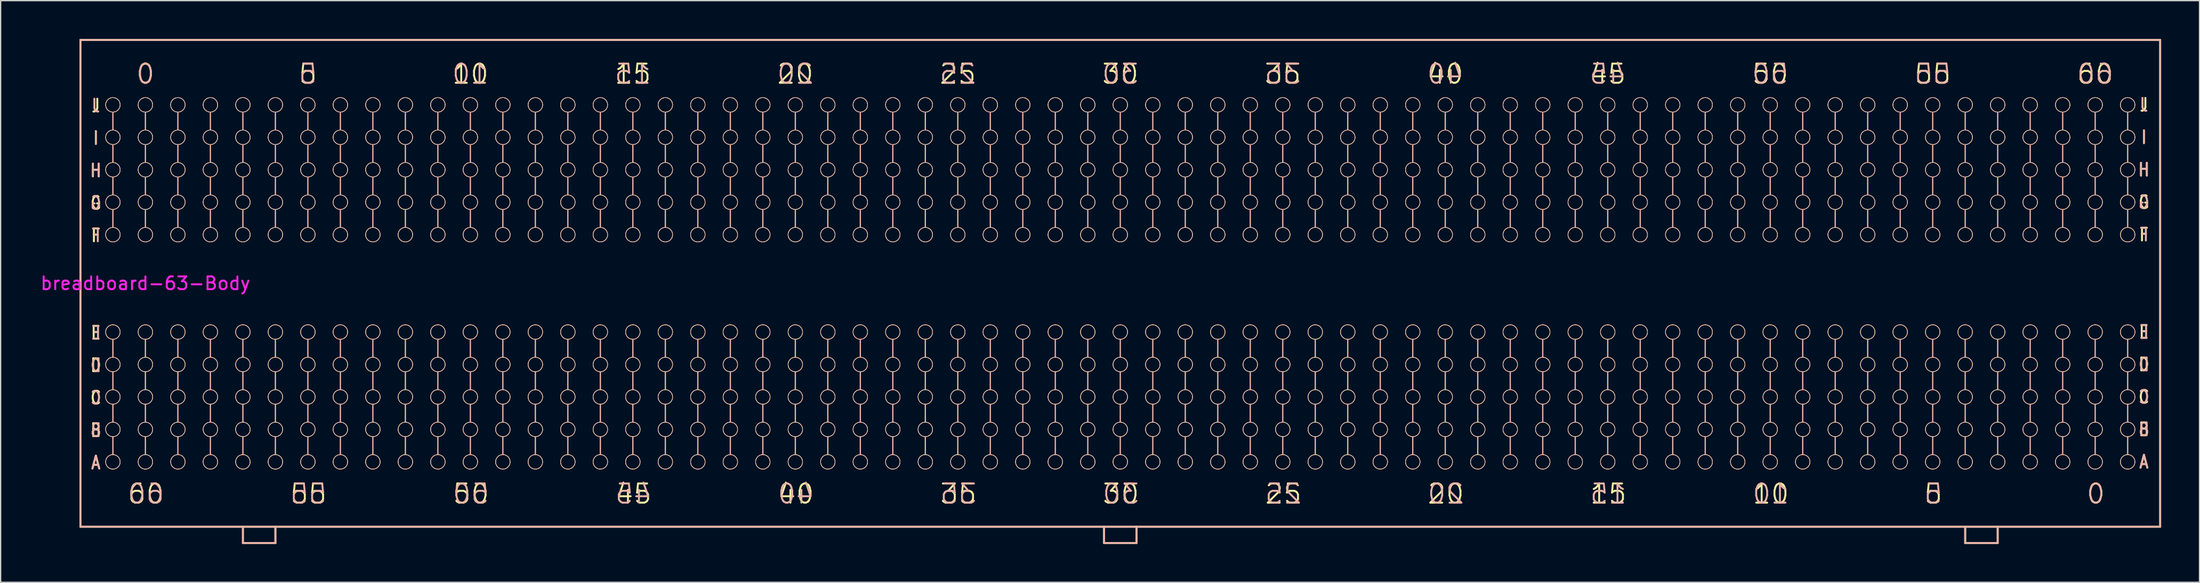
<source format=kicad_pcb>
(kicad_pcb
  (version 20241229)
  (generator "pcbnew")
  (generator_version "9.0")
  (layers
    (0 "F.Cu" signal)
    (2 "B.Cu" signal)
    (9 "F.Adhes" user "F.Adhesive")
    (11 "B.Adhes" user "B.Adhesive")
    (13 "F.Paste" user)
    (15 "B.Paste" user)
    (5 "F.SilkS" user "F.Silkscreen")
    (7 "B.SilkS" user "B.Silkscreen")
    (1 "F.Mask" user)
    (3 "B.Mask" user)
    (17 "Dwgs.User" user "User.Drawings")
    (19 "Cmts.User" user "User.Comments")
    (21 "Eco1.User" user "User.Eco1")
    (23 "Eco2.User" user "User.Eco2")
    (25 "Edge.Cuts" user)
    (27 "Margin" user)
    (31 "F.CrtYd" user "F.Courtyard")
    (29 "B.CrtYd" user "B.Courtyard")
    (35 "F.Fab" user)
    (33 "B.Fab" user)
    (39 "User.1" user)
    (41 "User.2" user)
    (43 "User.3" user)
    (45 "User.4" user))
  (footprint "breadboard-63-Body"
    (layer "F.Cu")
    (at 46.415 17.855)
    (property "Reference" "breadboard-63-Body" (at -38.1 1.27 180) (layer "F.CrtYd") (effects (font (size 1 1) (thickness 0.15))))
    (attr exclude_from_pos_files exclude_from_bom)
    (fp_line (start -43.18 -17.78) (end -43.18 20.32) (stroke (width 0.15) (type solid)) (layer "F.SilkS"))
    (fp_line (start -43.18 -17.78) (end 119.38 -17.78) (stroke (width 0.15) (type solid)) (layer "F.SilkS"))
    (fp_line (start -30.48 20.32) (end -30.48 21.59) (stroke (width 0.15) (type solid)) (layer "F.SilkS"))
    (fp_line (start -30.48 21.59) (end -27.94 21.59) (stroke (width 0.15) (type solid)) (layer "F.SilkS"))
    (fp_line (start -27.94 21.59) (end -27.94 20.32) (stroke (width 0.15) (type solid)) (layer "F.SilkS"))
    (fp_line (start 36.83 20.32) (end 36.83 21.59) (stroke (width 0.15) (type solid)) (layer "F.SilkS"))
    (fp_line (start 36.83 21.59) (end 39.37 21.59) (stroke (width 0.15) (type solid)) (layer "F.SilkS"))
    (fp_line (start 39.37 21.59) (end 39.37 20.32) (stroke (width 0.15) (type solid)) (layer "F.SilkS"))
    (fp_line (start 104.14 20.32) (end 104.14 21.59) (stroke (width 0.15) (type solid)) (layer "F.SilkS"))
    (fp_line (start 104.14 21.59) (end 106.68 21.59) (stroke (width 0.15) (type solid)) (layer "F.SilkS"))
    (fp_line (start 106.68 21.59) (end 106.68 20.32) (stroke (width 0.15) (type solid)) (layer "F.SilkS"))
    (fp_line (start 119.38 -17.78) (end 119.38 20.32) (stroke (width 0.15) (type solid)) (layer "F.SilkS"))
    (fp_line (start 119.38 20.32) (end -43.18 20.32) (stroke (width 0.15) (type solid)) (layer "F.SilkS"))
    (fp_circle (center -40.64 -12.7) (end -40.132 -12.446) (stroke (width 0.05) (type solid)) (fill no) (layer "F.SilkS"))
    (fp_circle (center -40.64 -10.16) (end -40.132 -9.906) (stroke (width 0.05) (type solid)) (fill no) (layer "F.SilkS"))
    (fp_circle (center -40.64 -7.62) (end -40.132 -7.366) (stroke (width 0.05) (type solid)) (fill no) (layer "F.SilkS"))
    (fp_circle (center -40.64 -5.08) (end -40.132 -4.826) (stroke (width 0.05) (type solid)) (fill no) (layer "F.SilkS"))
    (fp_circle (center -40.64 -2.54) (end -40.132 -2.286) (stroke (width 0.05) (type solid)) (fill no) (layer "F.SilkS"))
    (fp_circle (center -40.64 5.08) (end -40.132 5.334) (stroke (width 0.05) (type solid)) (fill no) (layer "F.SilkS"))
    (fp_circle (center -40.64 7.62) (end -40.132 7.874) (stroke (width 0.05) (type solid)) (fill no) (layer "F.SilkS"))
    (fp_circle (center -40.64 10.16) (end -40.132 10.414) (stroke (width 0.05) (type solid)) (fill no) (layer "F.SilkS"))
    (fp_circle (center -40.64 12.7) (end -40.132 12.954) (stroke (width 0.05) (type solid)) (fill no) (layer "F.SilkS"))
    (fp_circle (center -40.64 15.24) (end -40.132 15.494) (stroke (width 0.05) (type solid)) (fill no) (layer "F.SilkS"))
    (fp_circle (center -38.1 -12.7) (end -37.592 -12.446) (stroke (width 0.05) (type solid)) (fill no) (layer "F.SilkS"))
    (fp_circle (center -38.1 -10.16) (end -37.592 -9.906) (stroke (width 0.05) (type solid)) (fill no) (layer "F.SilkS"))
    (fp_circle (center -38.1 -7.62) (end -37.592 -7.366) (stroke (width 0.05) (type solid)) (fill no) (layer "F.SilkS"))
    (fp_circle (center -38.1 -5.08) (end -37.592 -4.826) (stroke (width 0.05) (type solid)) (fill no) (layer "F.SilkS"))
    (fp_circle (center -38.1 -2.54) (end -37.592 -2.286) (stroke (width 0.05) (type solid)) (fill no) (layer "F.SilkS"))
    (fp_circle (center -38.1 5.08) (end -37.592 5.334) (stroke (width 0.05) (type solid)) (fill no) (layer "F.SilkS"))
    (fp_circle (center -38.1 7.62) (end -37.592 7.874) (stroke (width 0.05) (type solid)) (fill no) (layer "F.SilkS"))
    (fp_circle (center -38.1 10.16) (end -37.592 10.414) (stroke (width 0.05) (type solid)) (fill no) (layer "F.SilkS"))
    (fp_circle (center -38.1 12.7) (end -37.592 12.954) (stroke (width 0.05) (type solid)) (fill no) (layer "F.SilkS"))
    (fp_circle (center -38.1 15.24) (end -37.592 15.494) (stroke (width 0.05) (type solid)) (fill no) (layer "F.SilkS"))
    (fp_circle (center -35.56 -12.7) (end -35.052 -12.446) (stroke (width 0.05) (type solid)) (fill no) (layer "F.SilkS"))
    (fp_circle (center -35.56 -10.16) (end -35.052 -9.906) (stroke (width 0.05) (type solid)) (fill no) (layer "F.SilkS"))
    (fp_circle (center -35.56 -7.62) (end -35.052 -7.366) (stroke (width 0.05) (type solid)) (fill no) (layer "F.SilkS"))
    (fp_circle (center -35.56 -5.08) (end -35.052 -4.826) (stroke (width 0.05) (type solid)) (fill no) (layer "F.SilkS"))
    (fp_circle (center -35.56 -2.54) (end -35.052 -2.286) (stroke (width 0.05) (type solid)) (fill no) (layer "F.SilkS"))
    (fp_circle (center -35.56 5.08) (end -35.052 5.334) (stroke (width 0.05) (type solid)) (fill no) (layer "F.SilkS"))
    (fp_circle (center -35.56 7.62) (end -35.052 7.874) (stroke (width 0.05) (type solid)) (fill no) (layer "F.SilkS"))
    (fp_circle (center -35.56 10.16) (end -35.052 10.414) (stroke (width 0.05) (type solid)) (fill no) (layer "F.SilkS"))
    (fp_circle (center -35.56 12.7) (end -35.052 12.954) (stroke (width 0.05) (type solid)) (fill no) (layer "F.SilkS"))
    (fp_circle (center -35.56 15.24) (end -35.052 15.494) (stroke (width 0.05) (type solid)) (fill no) (layer "F.SilkS"))
    (fp_circle (center -33.02 -12.7) (end -32.512 -12.446) (stroke (width 0.05) (type solid)) (fill no) (layer "F.SilkS"))
    (fp_circle (center -33.02 -10.16) (end -32.512 -9.906) (stroke (width 0.05) (type solid)) (fill no) (layer "F.SilkS"))
    (fp_circle (center -33.02 -7.62) (end -32.512 -7.366) (stroke (width 0.05) (type solid)) (fill no) (layer "F.SilkS"))
    (fp_circle (center -33.02 -5.08) (end -32.512 -4.826) (stroke (width 0.05) (type solid)) (fill no) (layer "F.SilkS"))
    (fp_circle (center -33.02 -2.54) (end -32.512 -2.286) (stroke (width 0.05) (type solid)) (fill no) (layer "F.SilkS"))
    (fp_circle (center -33.02 5.08) (end -32.512 5.334) (stroke (width 0.05) (type solid)) (fill no) (layer "F.SilkS"))
    (fp_circle (center -33.02 7.62) (end -32.512 7.874) (stroke (width 0.05) (type solid)) (fill no) (layer "F.SilkS"))
    (fp_circle (center -33.02 10.16) (end -32.512 10.414) (stroke (width 0.05) (type solid)) (fill no) (layer "F.SilkS"))
    (fp_circle (center -33.02 12.7) (end -32.512 12.954) (stroke (width 0.05) (type solid)) (fill no) (layer "F.SilkS"))
    (fp_circle (center -33.02 15.24) (end -32.512 15.494) (stroke (width 0.05) (type solid)) (fill no) (layer "F.SilkS"))
    (fp_circle (center -30.48 -12.7) (end -29.972 -12.446) (stroke (width 0.05) (type solid)) (fill no) (layer "F.SilkS"))
    (fp_circle (center -30.48 -10.16) (end -29.972 -9.906) (stroke (width 0.05) (type solid)) (fill no) (layer "F.SilkS"))
    (fp_circle (center -30.48 -7.62) (end -29.972 -7.366) (stroke (width 0.05) (type solid)) (fill no) (layer "F.SilkS"))
    (fp_circle (center -30.48 -5.08) (end -29.972 -4.826) (stroke (width 0.05) (type solid)) (fill no) (layer "F.SilkS"))
    (fp_circle (center -30.48 -2.54) (end -29.972 -2.286) (stroke (width 0.05) (type solid)) (fill no) (layer "F.SilkS"))
    (fp_circle (center -30.48 5.08) (end -29.972 5.334) (stroke (width 0.05) (type solid)) (fill no) (layer "F.SilkS"))
    (fp_circle (center -30.48 7.62) (end -29.972 7.874) (stroke (width 0.05) (type solid)) (fill no) (layer "F.SilkS"))
    (fp_circle (center -30.48 10.16) (end -29.972 10.414) (stroke (width 0.05) (type solid)) (fill no) (layer "F.SilkS"))
    (fp_circle (center -30.48 12.7) (end -29.972 12.954) (stroke (width 0.05) (type solid)) (fill no) (layer "F.SilkS"))
    (fp_circle (center -30.48 15.24) (end -29.972 15.494) (stroke (width 0.05) (type solid)) (fill no) (layer "F.SilkS"))
    (fp_circle (center -27.94 -12.7) (end -27.432 -12.446) (stroke (width 0.05) (type solid)) (fill no) (layer "F.SilkS"))
    (fp_circle (center -27.94 -10.16) (end -27.432 -9.906) (stroke (width 0.05) (type solid)) (fill no) (layer "F.SilkS"))
    (fp_circle (center -27.94 -7.62) (end -27.432 -7.366) (stroke (width 0.05) (type solid)) (fill no) (layer "F.SilkS"))
    (fp_circle (center -27.94 -5.08) (end -27.432 -4.826) (stroke (width 0.05) (type solid)) (fill no) (layer "F.SilkS"))
    (fp_circle (center -27.94 -2.54) (end -27.432 -2.286) (stroke (width 0.05) (type solid)) (fill no) (layer "F.SilkS"))
    (fp_circle (center -27.94 5.08) (end -27.432 5.334) (stroke (width 0.05) (type solid)) (fill no) (layer "F.SilkS"))
    (fp_circle (center -27.94 7.62) (end -27.432 7.874) (stroke (width 0.05) (type solid)) (fill no) (layer "F.SilkS"))
    (fp_circle (center -27.94 10.16) (end -27.432 10.414) (stroke (width 0.05) (type solid)) (fill no) (layer "F.SilkS"))
    (fp_circle (center -27.94 12.7) (end -27.432 12.954) (stroke (width 0.05) (type solid)) (fill no) (layer "F.SilkS"))
    (fp_circle (center -27.94 15.24) (end -27.432 15.494) (stroke (width 0.05) (type solid)) (fill no) (layer "F.SilkS"))
    (fp_circle (center -25.4 -12.7) (end -24.892 -12.446) (stroke (width 0.05) (type solid)) (fill no) (layer "F.SilkS"))
    (fp_circle (center -25.4 -10.16) (end -24.892 -9.906) (stroke (width 0.05) (type solid)) (fill no) (layer "F.SilkS"))
    (fp_circle (center -25.4 -7.62) (end -24.892 -7.366) (stroke (width 0.05) (type solid)) (fill no) (layer "F.SilkS"))
    (fp_circle (center -25.4 -5.08) (end -24.892 -4.826) (stroke (width 0.05) (type solid)) (fill no) (layer "F.SilkS"))
    (fp_circle (center -25.4 -2.54) (end -24.892 -2.286) (stroke (width 0.05) (type solid)) (fill no) (layer "F.SilkS"))
    (fp_circle (center -25.4 5.08) (end -24.892 5.334) (stroke (width 0.05) (type solid)) (fill no) (layer "F.SilkS"))
    (fp_circle (center -25.4 7.62) (end -24.892 7.874) (stroke (width 0.05) (type solid)) (fill no) (layer "F.SilkS"))
    (fp_circle (center -25.4 10.16) (end -24.892 10.414) (stroke (width 0.05) (type solid)) (fill no) (layer "F.SilkS"))
    (fp_circle (center -25.4 12.7) (end -24.892 12.954) (stroke (width 0.05) (type solid)) (fill no) (layer "F.SilkS"))
    (fp_circle (center -25.4 15.24) (end -24.892 15.494) (stroke (width 0.05) (type solid)) (fill no) (layer "F.SilkS"))
    (fp_circle (center -22.86 -12.7) (end -22.352 -12.446) (stroke (width 0.05) (type solid)) (fill no) (layer "F.SilkS"))
    (fp_circle (center -22.86 -10.16) (end -22.352 -9.906) (stroke (width 0.05) (type solid)) (fill no) (layer "F.SilkS"))
    (fp_circle (center -22.86 -7.62) (end -22.352 -7.366) (stroke (width 0.05) (type solid)) (fill no) (layer "F.SilkS"))
    (fp_circle (center -22.86 -5.08) (end -22.352 -4.826) (stroke (width 0.05) (type solid)) (fill no) (layer "F.SilkS"))
    (fp_circle (center -22.86 -2.54) (end -22.352 -2.286) (stroke (width 0.05) (type solid)) (fill no) (layer "F.SilkS"))
    (fp_circle (center -22.86 5.08) (end -22.352 5.334) (stroke (width 0.05) (type solid)) (fill no) (layer "F.SilkS"))
    (fp_circle (center -22.86 7.62) (end -22.352 7.874) (stroke (width 0.05) (type solid)) (fill no) (layer "F.SilkS"))
    (fp_circle (center -22.86 10.16) (end -22.352 10.414) (stroke (width 0.05) (type solid)) (fill no) (layer "F.SilkS"))
    (fp_circle (center -22.86 12.7) (end -22.352 12.954) (stroke (width 0.05) (type solid)) (fill no) (layer "F.SilkS"))
    (fp_circle (center -22.86 15.24) (end -22.352 15.494) (stroke (width 0.05) (type solid)) (fill no) (layer "F.SilkS"))
    (fp_circle (center -20.32 -12.7) (end -19.812 -12.446) (stroke (width 0.05) (type solid)) (fill no) (layer "F.SilkS"))
    (fp_circle (center -20.32 -10.16) (end -19.812 -9.906) (stroke (width 0.05) (type solid)) (fill no) (layer "F.SilkS"))
    (fp_circle (center -20.32 -7.62) (end -19.812 -7.366) (stroke (width 0.05) (type solid)) (fill no) (layer "F.SilkS"))
    (fp_circle (center -20.32 -5.08) (end -19.812 -4.826) (stroke (width 0.05) (type solid)) (fill no) (layer "F.SilkS"))
    (fp_circle (center -20.32 -2.54) (end -19.812 -2.286) (stroke (width 0.05) (type solid)) (fill no) (layer "F.SilkS"))
    (fp_circle (center -20.32 5.08) (end -19.812 5.334) (stroke (width 0.05) (type solid)) (fill no) (layer "F.SilkS"))
    (fp_circle (center -20.32 7.62) (end -19.812 7.874) (stroke (width 0.05) (type solid)) (fill no) (layer "F.SilkS"))
    (fp_circle (center -20.32 10.16) (end -19.812 10.414) (stroke (width 0.05) (type solid)) (fill no) (layer "F.SilkS"))
    (fp_circle (center -20.32 12.7) (end -19.812 12.954) (stroke (width 0.05) (type solid)) (fill no) (layer "F.SilkS"))
    (fp_circle (center -20.32 15.24) (end -19.812 15.494) (stroke (width 0.05) (type solid)) (fill no) (layer "F.SilkS"))
    (fp_circle (center -17.78 -12.7) (end -17.272 -12.446) (stroke (width 0.05) (type solid)) (fill no) (layer "F.SilkS"))
    (fp_circle (center -17.78 -10.16) (end -17.272 -9.906) (stroke (width 0.05) (type solid)) (fill no) (layer "F.SilkS"))
    (fp_circle (center -17.78 -7.62) (end -17.272 -7.366) (stroke (width 0.05) (type solid)) (fill no) (layer "F.SilkS"))
    (fp_circle (center -17.78 -5.08) (end -17.272 -4.826) (stroke (width 0.05) (type solid)) (fill no) (layer "F.SilkS"))
    (fp_circle (center -17.78 -2.54) (end -17.272 -2.286) (stroke (width 0.05) (type solid)) (fill no) (layer "F.SilkS"))
    (fp_circle (center -17.78 5.08) (end -17.272 5.334) (stroke (width 0.05) (type solid)) (fill no) (layer "F.SilkS"))
    (fp_circle (center -17.78 7.62) (end -17.272 7.874) (stroke (width 0.05) (type solid)) (fill no) (layer "F.SilkS"))
    (fp_circle (center -17.78 10.16) (end -17.272 10.414) (stroke (width 0.05) (type solid)) (fill no) (layer "F.SilkS"))
    (fp_circle (center -17.78 12.7) (end -17.272 12.954) (stroke (width 0.05) (type solid)) (fill no) (layer "F.SilkS"))
    (fp_circle (center -17.78 15.24) (end -17.272 15.494) (stroke (width 0.05) (type solid)) (fill no) (layer "F.SilkS"))
    (fp_circle (center -15.24 -12.7) (end -14.732 -12.446) (stroke (width 0.05) (type solid)) (fill no) (layer "F.SilkS"))
    (fp_circle (center -15.24 -10.16) (end -14.732 -9.906) (stroke (width 0.05) (type solid)) (fill no) (layer "F.SilkS"))
    (fp_circle (center -15.24 -7.62) (end -14.732 -7.366) (stroke (width 0.05) (type solid)) (fill no) (layer "F.SilkS"))
    (fp_circle (center -15.24 -5.08) (end -14.732 -4.826) (stroke (width 0.05) (type solid)) (fill no) (layer "F.SilkS"))
    (fp_circle (center -15.24 -2.54) (end -14.732 -2.286) (stroke (width 0.05) (type solid)) (fill no) (layer "F.SilkS"))
    (fp_circle (center -15.24 5.08) (end -14.732 5.334) (stroke (width 0.05) (type solid)) (fill no) (layer "F.SilkS"))
    (fp_circle (center -15.24 7.62) (end -14.732 7.874) (stroke (width 0.05) (type solid)) (fill no) (layer "F.SilkS"))
    (fp_circle (center -15.24 10.16) (end -14.732 10.414) (stroke (width 0.05) (type solid)) (fill no) (layer "F.SilkS"))
    (fp_circle (center -15.24 12.7) (end -14.732 12.954) (stroke (width 0.05) (type solid)) (fill no) (layer "F.SilkS"))
    (fp_circle (center -15.24 15.24) (end -14.732 15.494) (stroke (width 0.05) (type solid)) (fill no) (layer "F.SilkS"))
    (fp_circle (center -12.7 -12.7) (end -12.192 -12.446) (stroke (width 0.05) (type solid)) (fill no) (layer "F.SilkS"))
    (fp_circle (center -12.7 -10.16) (end -12.192 -9.906) (stroke (width 0.05) (type solid)) (fill no) (layer "F.SilkS"))
    (fp_circle (center -12.7 -7.62) (end -12.192 -7.366) (stroke (width 0.05) (type solid)) (fill no) (layer "F.SilkS"))
    (fp_circle (center -12.7 -5.08) (end -12.192 -4.826) (stroke (width 0.05) (type solid)) (fill no) (layer "F.SilkS"))
    (fp_circle (center -12.7 -2.54) (end -12.192 -2.286) (stroke (width 0.05) (type solid)) (fill no) (layer "F.SilkS"))
    (fp_circle (center -12.7 5.08) (end -12.192 5.334) (stroke (width 0.05) (type solid)) (fill no) (layer "F.SilkS"))
    (fp_circle (center -12.7 7.62) (end -12.192 7.874) (stroke (width 0.05) (type solid)) (fill no) (layer "F.SilkS"))
    (fp_circle (center -12.7 10.16) (end -12.192 10.414) (stroke (width 0.05) (type solid)) (fill no) (layer "F.SilkS"))
    (fp_circle (center -12.7 12.7) (end -12.192 12.954) (stroke (width 0.05) (type solid)) (fill no) (layer "F.SilkS"))
    (fp_circle (center -12.7 15.24) (end -12.192 15.494) (stroke (width 0.05) (type solid)) (fill no) (layer "F.SilkS"))
    (fp_circle (center -10.16 -12.7) (end -9.652 -12.446) (stroke (width 0.05) (type solid)) (fill no) (layer "F.SilkS"))
    (fp_circle (center -10.16 -10.16) (end -9.652 -9.906) (stroke (width 0.05) (type solid)) (fill no) (layer "F.SilkS"))
    (fp_circle (center -10.16 -7.62) (end -9.652 -7.366) (stroke (width 0.05) (type solid)) (fill no) (layer "F.SilkS"))
    (fp_circle (center -10.16 -5.08) (end -9.652 -4.826) (stroke (width 0.05) (type solid)) (fill no) (layer "F.SilkS"))
    (fp_circle (center -10.16 -2.54) (end -9.652 -2.286) (stroke (width 0.05) (type solid)) (fill no) (layer "F.SilkS"))
    (fp_circle (center -10.16 5.08) (end -9.652 5.334) (stroke (width 0.05) (type solid)) (fill no) (layer "F.SilkS"))
    (fp_circle (center -10.16 7.62) (end -9.652 7.874) (stroke (width 0.05) (type solid)) (fill no) (layer "F.SilkS"))
    (fp_circle (center -10.16 10.16) (end -9.652 10.414) (stroke (width 0.05) (type solid)) (fill no) (layer "F.SilkS"))
    (fp_circle (center -10.16 12.7) (end -9.652 12.954) (stroke (width 0.05) (type solid)) (fill no) (layer "F.SilkS"))
    (fp_circle (center -10.16 15.24) (end -9.652 15.494) (stroke (width 0.05) (type solid)) (fill no) (layer "F.SilkS"))
    (fp_circle (center -7.62 -12.7) (end -7.112 -12.446) (stroke (width 0.05) (type solid)) (fill no) (layer "F.SilkS"))
    (fp_circle (center -7.62 -10.16) (end -7.112 -9.906) (stroke (width 0.05) (type solid)) (fill no) (layer "F.SilkS"))
    (fp_circle (center -7.62 -7.62) (end -7.112 -7.366) (stroke (width 0.05) (type solid)) (fill no) (layer "F.SilkS"))
    (fp_circle (center -7.62 -5.08) (end -7.112 -4.826) (stroke (width 0.05) (type solid)) (fill no) (layer "F.SilkS"))
    (fp_circle (center -7.62 -2.54) (end -7.112 -2.286) (stroke (width 0.05) (type solid)) (fill no) (layer "F.SilkS"))
    (fp_circle (center -7.62 5.08) (end -7.112 5.334) (stroke (width 0.05) (type solid)) (fill no) (layer "F.SilkS"))
    (fp_circle (center -7.62 7.62) (end -7.112 7.874) (stroke (width 0.05) (type solid)) (fill no) (layer "F.SilkS"))
    (fp_circle (center -7.62 10.16) (end -7.112 10.414) (stroke (width 0.05) (type solid)) (fill no) (layer "F.SilkS"))
    (fp_circle (center -7.62 12.7) (end -7.112 12.954) (stroke (width 0.05) (type solid)) (fill no) (layer "F.SilkS"))
    (fp_circle (center -7.62 15.24) (end -7.112 15.494) (stroke (width 0.05) (type solid)) (fill no) (layer "F.SilkS"))
    (fp_circle (center -5.08 -12.7) (end -4.572 -12.446) (stroke (width 0.05) (type solid)) (fill no) (layer "F.SilkS"))
    (fp_circle (center -5.08 -10.16) (end -4.572 -9.906) (stroke (width 0.05) (type solid)) (fill no) (layer "F.SilkS"))
    (fp_circle (center -5.08 -7.62) (end -4.572 -7.366) (stroke (width 0.05) (type solid)) (fill no) (layer "F.SilkS"))
    (fp_circle (center -5.08 -5.08) (end -4.572 -4.826) (stroke (width 0.05) (type solid)) (fill no) (layer "F.SilkS"))
    (fp_circle (center -5.08 -2.54) (end -4.572 -2.286) (stroke (width 0.05) (type solid)) (fill no) (layer "F.SilkS"))
    (fp_circle (center -5.08 5.08) (end -4.572 5.334) (stroke (width 0.05) (type solid)) (fill no) (layer "F.SilkS"))
    (fp_circle (center -5.08 7.62) (end -4.572 7.874) (stroke (width 0.05) (type solid)) (fill no) (layer "F.SilkS"))
    (fp_circle (center -5.08 10.16) (end -4.572 10.414) (stroke (width 0.05) (type solid)) (fill no) (layer "F.SilkS"))
    (fp_circle (center -5.08 12.7) (end -4.572 12.954) (stroke (width 0.05) (type solid)) (fill no) (layer "F.SilkS"))
    (fp_circle (center -5.08 15.24) (end -4.572 15.494) (stroke (width 0.05) (type solid)) (fill no) (layer "F.SilkS"))
    (fp_circle (center -2.54 -12.7) (end -2.032 -12.446) (stroke (width 0.05) (type solid)) (fill no) (layer "F.SilkS"))
    (fp_circle (center -2.54 -10.16) (end -2.032 -9.906) (stroke (width 0.05) (type solid)) (fill no) (layer "F.SilkS"))
    (fp_circle (center -2.54 -7.62) (end -2.032 -7.366) (stroke (width 0.05) (type solid)) (fill no) (layer "F.SilkS"))
    (fp_circle (center -2.54 -5.08) (end -2.032 -4.826) (stroke (width 0.05) (type solid)) (fill no) (layer "F.SilkS"))
    (fp_circle (center -2.54 -2.54) (end -2.032 -2.286) (stroke (width 0.05) (type solid)) (fill no) (layer "F.SilkS"))
    (fp_circle (center -2.54 5.08) (end -2.032 5.334) (stroke (width 0.05) (type solid)) (fill no) (layer "F.SilkS"))
    (fp_circle (center -2.54 7.62) (end -2.032 7.874) (stroke (width 0.05) (type solid)) (fill no) (layer "F.SilkS"))
    (fp_circle (center -2.54 10.16) (end -2.032 10.414) (stroke (width 0.05) (type solid)) (fill no) (layer "F.SilkS"))
    (fp_circle (center -2.54 12.7) (end -2.032 12.954) (stroke (width 0.05) (type solid)) (fill no) (layer "F.SilkS"))
    (fp_circle (center -2.54 15.24) (end -2.032 15.494) (stroke (width 0.05) (type solid)) (fill no) (layer "F.SilkS"))
    (fp_circle (center 0 -12.7) (end 0.508 -12.446) (stroke (width 0.05) (type solid)) (fill no) (layer "F.SilkS"))
    (fp_circle (center 0 -10.16) (end 0.508 -9.906) (stroke (width 0.05) (type solid)) (fill no) (layer "F.SilkS"))
    (fp_circle (center 0 -7.62) (end 0.508 -7.366) (stroke (width 0.05) (type solid)) (fill no) (layer "F.SilkS"))
    (fp_circle (center 0 -5.08) (end 0.508 -4.826) (stroke (width 0.05) (type solid)) (fill no) (layer "F.SilkS"))
    (fp_circle (center 0 -2.54) (end 0.508 -2.286) (stroke (width 0.05) (type solid)) (fill no) (layer "F.SilkS"))
    (fp_circle (center 0 5.08) (end 0.508 5.334) (stroke (width 0.05) (type solid)) (fill no) (layer "F.SilkS"))
    (fp_circle (center 0 7.62) (end 0.508 7.874) (stroke (width 0.05) (type solid)) (fill no) (layer "F.SilkS"))
    (fp_circle (center 0 10.16) (end 0.508 10.414) (stroke (width 0.05) (type solid)) (fill no) (layer "F.SilkS"))
    (fp_circle (center 0 12.7) (end 0.508 12.954) (stroke (width 0.05) (type solid)) (fill no) (layer "F.SilkS"))
    (fp_circle (center 0 15.24) (end 0.508 15.494) (stroke (width 0.05) (type solid)) (fill no) (layer "F.SilkS"))
    (fp_circle (center 2.54 -12.7) (end 3.048 -12.446) (stroke (width 0.05) (type solid)) (fill no) (layer "F.SilkS"))
    (fp_circle (center 2.54 -10.16) (end 3.048 -9.906) (stroke (width 0.05) (type solid)) (fill no) (layer "F.SilkS"))
    (fp_circle (center 2.54 -7.62) (end 3.048 -7.366) (stroke (width 0.05) (type solid)) (fill no) (layer "F.SilkS"))
    (fp_circle (center 2.54 -5.08) (end 3.048 -4.826) (stroke (width 0.05) (type solid)) (fill no) (layer "F.SilkS"))
    (fp_circle (center 2.54 -2.54) (end 3.048 -2.286) (stroke (width 0.05) (type solid)) (fill no) (layer "F.SilkS"))
    (fp_circle (center 2.54 5.08) (end 3.048 5.334) (stroke (width 0.05) (type solid)) (fill no) (layer "F.SilkS"))
    (fp_circle (center 2.54 7.62) (end 3.048 7.874) (stroke (width 0.05) (type solid)) (fill no) (layer "F.SilkS"))
    (fp_circle (center 2.54 10.16) (end 3.048 10.414) (stroke (width 0.05) (type solid)) (fill no) (layer "F.SilkS"))
    (fp_circle (center 2.54 12.7) (end 3.048 12.954) (stroke (width 0.05) (type solid)) (fill no) (layer "F.SilkS"))
    (fp_circle (center 2.54 15.24) (end 3.048 15.494) (stroke (width 0.05) (type solid)) (fill no) (layer "F.SilkS"))
    (fp_circle (center 5.08 -12.7) (end 5.588 -12.446) (stroke (width 0.05) (type solid)) (fill no) (layer "F.SilkS"))
    (fp_circle (center 5.08 -10.16) (end 5.588 -9.906) (stroke (width 0.05) (type solid)) (fill no) (layer "F.SilkS"))
    (fp_circle (center 5.08 -7.62) (end 5.588 -7.366) (stroke (width 0.05) (type solid)) (fill no) (layer "F.SilkS"))
    (fp_circle (center 5.08 -5.08) (end 5.588 -4.826) (stroke (width 0.05) (type solid)) (fill no) (layer "F.SilkS"))
    (fp_circle (center 5.08 -2.54) (end 5.588 -2.286) (stroke (width 0.05) (type solid)) (fill no) (layer "F.SilkS"))
    (fp_circle (center 5.08 5.08) (end 5.588 5.334) (stroke (width 0.05) (type solid)) (fill no) (layer "F.SilkS"))
    (fp_circle (center 5.08 7.62) (end 5.588 7.874) (stroke (width 0.05) (type solid)) (fill no) (layer "F.SilkS"))
    (fp_circle (center 5.08 10.16) (end 5.588 10.414) (stroke (width 0.05) (type solid)) (fill no) (layer "F.SilkS"))
    (fp_circle (center 5.08 12.7) (end 5.588 12.954) (stroke (width 0.05) (type solid)) (fill no) (layer "F.SilkS"))
    (fp_circle (center 5.08 15.24) (end 5.588 15.494) (stroke (width 0.05) (type solid)) (fill no) (layer "F.SilkS"))
    (fp_circle (center 7.62 -12.7) (end 8.128 -12.446) (stroke (width 0.05) (type solid)) (fill no) (layer "F.SilkS"))
    (fp_circle (center 7.62 -10.16) (end 8.128 -9.906) (stroke (width 0.05) (type solid)) (fill no) (layer "F.SilkS"))
    (fp_circle (center 7.62 -7.62) (end 8.128 -7.366) (stroke (width 0.05) (type solid)) (fill no) (layer "F.SilkS"))
    (fp_circle (center 7.62 -5.08) (end 8.128 -4.826) (stroke (width 0.05) (type solid)) (fill no) (layer "F.SilkS"))
    (fp_circle (center 7.62 -2.54) (end 8.128 -2.286) (stroke (width 0.05) (type solid)) (fill no) (layer "F.SilkS"))
    (fp_circle (center 7.62 5.08) (end 8.128 5.334) (stroke (width 0.05) (type solid)) (fill no) (layer "F.SilkS"))
    (fp_circle (center 7.62 7.62) (end 8.128 7.874) (stroke (width 0.05) (type solid)) (fill no) (layer "F.SilkS"))
    (fp_circle (center 7.62 10.16) (end 8.128 10.414) (stroke (width 0.05) (type solid)) (fill no) (layer "F.SilkS"))
    (fp_circle (center 7.62 12.7) (end 8.128 12.954) (stroke (width 0.05) (type solid)) (fill no) (layer "F.SilkS"))
    (fp_circle (center 7.62 15.24) (end 8.128 15.494) (stroke (width 0.05) (type solid)) (fill no) (layer "F.SilkS"))
    (fp_circle (center 10.16 -12.7) (end 10.668 -12.446) (stroke (width 0.05) (type solid)) (fill no) (layer "F.SilkS"))
    (fp_circle (center 10.16 -10.16) (end 10.668 -9.906) (stroke (width 0.05) (type solid)) (fill no) (layer "F.SilkS"))
    (fp_circle (center 10.16 -7.62) (end 10.668 -7.366) (stroke (width 0.05) (type solid)) (fill no) (layer "F.SilkS"))
    (fp_circle (center 10.16 -5.08) (end 10.668 -4.826) (stroke (width 0.05) (type solid)) (fill no) (layer "F.SilkS"))
    (fp_circle (center 10.16 -2.54) (end 10.668 -2.286) (stroke (width 0.05) (type solid)) (fill no) (layer "F.SilkS"))
    (fp_circle (center 10.16 5.08) (end 10.668 5.334) (stroke (width 0.05) (type solid)) (fill no) (layer "F.SilkS"))
    (fp_circle (center 10.16 7.62) (end 10.668 7.874) (stroke (width 0.05) (type solid)) (fill no) (layer "F.SilkS"))
    (fp_circle (center 10.16 10.16) (end 10.668 10.414) (stroke (width 0.05) (type solid)) (fill no) (layer "F.SilkS"))
    (fp_circle (center 10.16 12.7) (end 10.668 12.954) (stroke (width 0.05) (type solid)) (fill no) (layer "F.SilkS"))
    (fp_circle (center 10.16 15.24) (end 10.668 15.494) (stroke (width 0.05) (type solid)) (fill no) (layer "F.SilkS"))
    (fp_circle (center 12.7 -12.7) (end 13.208 -12.446) (stroke (width 0.05) (type solid)) (fill no) (layer "F.SilkS"))
    (fp_circle (center 12.7 -10.16) (end 13.208 -9.906) (stroke (width 0.05) (type solid)) (fill no) (layer "F.SilkS"))
    (fp_circle (center 12.7 -7.62) (end 13.208 -7.366) (stroke (width 0.05) (type solid)) (fill no) (layer "F.SilkS"))
    (fp_circle (center 12.7 -5.08) (end 13.208 -4.826) (stroke (width 0.05) (type solid)) (fill no) (layer "F.SilkS"))
    (fp_circle (center 12.7 -2.54) (end 13.208 -2.286) (stroke (width 0.05) (type solid)) (fill no) (layer "F.SilkS"))
    (fp_circle (center 12.7 5.08) (end 13.208 5.334) (stroke (width 0.05) (type solid)) (fill no) (layer "F.SilkS"))
    (fp_circle (center 12.7 7.62) (end 13.208 7.874) (stroke (width 0.05) (type solid)) (fill no) (layer "F.SilkS"))
    (fp_circle (center 12.7 10.16) (end 13.208 10.414) (stroke (width 0.05) (type solid)) (fill no) (layer "F.SilkS"))
    (fp_circle (center 12.7 12.7) (end 13.208 12.954) (stroke (width 0.05) (type solid)) (fill no) (layer "F.SilkS"))
    (fp_circle (center 12.7 15.24) (end 13.208 15.494) (stroke (width 0.05) (type solid)) (fill no) (layer "F.SilkS"))
    (fp_circle (center 15.24 -12.7) (end 15.748 -12.446) (stroke (width 0.05) (type solid)) (fill no) (layer "F.SilkS"))
    (fp_circle (center 15.24 -10.16) (end 15.748 -9.906) (stroke (width 0.05) (type solid)) (fill no) (layer "F.SilkS"))
    (fp_circle (center 15.24 -7.62) (end 15.748 -7.366) (stroke (width 0.05) (type solid)) (fill no) (layer "F.SilkS"))
    (fp_circle (center 15.24 -5.08) (end 15.748 -4.826) (stroke (width 0.05) (type solid)) (fill no) (layer "F.SilkS"))
    (fp_circle (center 15.24 -2.54) (end 15.748 -2.286) (stroke (width 0.05) (type solid)) (fill no) (layer "F.SilkS"))
    (fp_circle (center 15.24 5.08) (end 15.748 5.334) (stroke (width 0.05) (type solid)) (fill no) (layer "F.SilkS"))
    (fp_circle (center 15.24 7.62) (end 15.748 7.874) (stroke (width 0.05) (type solid)) (fill no) (layer "F.SilkS"))
    (fp_circle (center 15.24 10.16) (end 15.748 10.414) (stroke (width 0.05) (type solid)) (fill no) (layer "F.SilkS"))
    (fp_circle (center 15.24 12.7) (end 15.748 12.954) (stroke (width 0.05) (type solid)) (fill no) (layer "F.SilkS"))
    (fp_circle (center 15.24 15.24) (end 15.748 15.494) (stroke (width 0.05) (type solid)) (fill no) (layer "F.SilkS"))
    (fp_circle (center 17.78 -12.7) (end 18.288 -12.446) (stroke (width 0.05) (type solid)) (fill no) (layer "F.SilkS"))
    (fp_circle (center 17.78 -10.16) (end 18.288 -9.906) (stroke (width 0.05) (type solid)) (fill no) (layer "F.SilkS"))
    (fp_circle (center 17.78 -7.62) (end 18.288 -7.366) (stroke (width 0.05) (type solid)) (fill no) (layer "F.SilkS"))
    (fp_circle (center 17.78 -5.08) (end 18.288 -4.826) (stroke (width 0.05) (type solid)) (fill no) (layer "F.SilkS"))
    (fp_circle (center 17.78 -2.54) (end 18.288 -2.286) (stroke (width 0.05) (type solid)) (fill no) (layer "F.SilkS"))
    (fp_circle (center 17.78 5.08) (end 18.288 5.334) (stroke (width 0.05) (type solid)) (fill no) (layer "F.SilkS"))
    (fp_circle (center 17.78 7.62) (end 18.288 7.874) (stroke (width 0.05) (type solid)) (fill no) (layer "F.SilkS"))
    (fp_circle (center 17.78 10.16) (end 18.288 10.414) (stroke (width 0.05) (type solid)) (fill no) (layer "F.SilkS"))
    (fp_circle (center 17.78 12.7) (end 18.288 12.954) (stroke (width 0.05) (type solid)) (fill no) (layer "F.SilkS"))
    (fp_circle (center 17.78 15.24) (end 18.288 15.494) (stroke (width 0.05) (type solid)) (fill no) (layer "F.SilkS"))
    (fp_circle (center 20.32 -12.7) (end 20.828 -12.446) (stroke (width 0.05) (type solid)) (fill no) (layer "F.SilkS"))
    (fp_circle (center 20.32 -10.16) (end 20.828 -9.906) (stroke (width 0.05) (type solid)) (fill no) (layer "F.SilkS"))
    (fp_circle (center 20.32 -7.62) (end 20.828 -7.366) (stroke (width 0.05) (type solid)) (fill no) (layer "F.SilkS"))
    (fp_circle (center 20.32 -5.08) (end 20.828 -4.826) (stroke (width 0.05) (type solid)) (fill no) (layer "F.SilkS"))
    (fp_circle (center 20.32 -2.54) (end 20.828 -2.286) (stroke (width 0.05) (type solid)) (fill no) (layer "F.SilkS"))
    (fp_circle (center 20.32 5.08) (end 20.828 5.334) (stroke (width 0.05) (type solid)) (fill no) (layer "F.SilkS"))
    (fp_circle (center 20.32 7.62) (end 20.828 7.874) (stroke (width 0.05) (type solid)) (fill no) (layer "F.SilkS"))
    (fp_circle (center 20.32 10.16) (end 20.828 10.414) (stroke (width 0.05) (type solid)) (fill no) (layer "F.SilkS"))
    (fp_circle (center 20.32 12.7) (end 20.828 12.954) (stroke (width 0.05) (type solid)) (fill no) (layer "F.SilkS"))
    (fp_circle (center 20.32 15.24) (end 20.828 15.494) (stroke (width 0.05) (type solid)) (fill no) (layer "F.SilkS"))
    (fp_circle (center 22.86 -12.7) (end 23.368 -12.446) (stroke (width 0.05) (type solid)) (fill no) (layer "F.SilkS"))
    (fp_circle (center 22.86 -10.16) (end 23.368 -9.906) (stroke (width 0.05) (type solid)) (fill no) (layer "F.SilkS"))
    (fp_circle (center 22.86 -7.62) (end 23.368 -7.366) (stroke (width 0.05) (type solid)) (fill no) (layer "F.SilkS"))
    (fp_circle (center 22.86 -5.08) (end 23.368 -4.826) (stroke (width 0.05) (type solid)) (fill no) (layer "F.SilkS"))
    (fp_circle (center 22.86 -2.54) (end 23.368 -2.286) (stroke (width 0.05) (type solid)) (fill no) (layer "F.SilkS"))
    (fp_circle (center 22.86 5.08) (end 23.368 5.334) (stroke (width 0.05) (type solid)) (fill no) (layer "F.SilkS"))
    (fp_circle (center 22.86 7.62) (end 23.368 7.874) (stroke (width 0.05) (type solid)) (fill no) (layer "F.SilkS"))
    (fp_circle (center 22.86 10.16) (end 23.368 10.414) (stroke (width 0.05) (type solid)) (fill no) (layer "F.SilkS"))
    (fp_circle (center 22.86 12.7) (end 23.368 12.954) (stroke (width 0.05) (type solid)) (fill no) (layer "F.SilkS"))
    (fp_circle (center 22.86 15.24) (end 23.368 15.494) (stroke (width 0.05) (type solid)) (fill no) (layer "F.SilkS"))
    (fp_circle (center 25.4 -12.7) (end 25.908 -12.446) (stroke (width 0.05) (type solid)) (fill no) (layer "F.SilkS"))
    (fp_circle (center 25.4 -10.16) (end 25.908 -9.906) (stroke (width 0.05) (type solid)) (fill no) (layer "F.SilkS"))
    (fp_circle (center 25.4 -7.62) (end 25.908 -7.366) (stroke (width 0.05) (type solid)) (fill no) (layer "F.SilkS"))
    (fp_circle (center 25.4 -5.08) (end 25.908 -4.826) (stroke (width 0.05) (type solid)) (fill no) (layer "F.SilkS"))
    (fp_circle (center 25.4 -2.54) (end 25.908 -2.286) (stroke (width 0.05) (type solid)) (fill no) (layer "F.SilkS"))
    (fp_circle (center 25.4 5.08) (end 25.908 5.334) (stroke (width 0.05) (type solid)) (fill no) (layer "F.SilkS"))
    (fp_circle (center 25.4 7.62) (end 25.908 7.874) (stroke (width 0.05) (type solid)) (fill no) (layer "F.SilkS"))
    (fp_circle (center 25.4 10.16) (end 25.908 10.414) (stroke (width 0.05) (type solid)) (fill no) (layer "F.SilkS"))
    (fp_circle (center 25.4 12.7) (end 25.908 12.954) (stroke (width 0.05) (type solid)) (fill no) (layer "F.SilkS"))
    (fp_circle (center 25.4 15.24) (end 25.908 15.494) (stroke (width 0.05) (type solid)) (fill no) (layer "F.SilkS"))
    (fp_circle (center 27.94 -12.7) (end 28.448 -12.446) (stroke (width 0.05) (type solid)) (fill no) (layer "F.SilkS"))
    (fp_circle (center 27.94 -10.16) (end 28.448 -9.906) (stroke (width 0.05) (type solid)) (fill no) (layer "F.SilkS"))
    (fp_circle (center 27.94 -7.62) (end 28.448 -7.366) (stroke (width 0.05) (type solid)) (fill no) (layer "F.SilkS"))
    (fp_circle (center 27.94 -5.08) (end 28.448 -4.826) (stroke (width 0.05) (type solid)) (fill no) (layer "F.SilkS"))
    (fp_circle (center 27.94 -2.54) (end 28.448 -2.286) (stroke (width 0.05) (type solid)) (fill no) (layer "F.SilkS"))
    (fp_circle (center 27.94 5.08) (end 28.448 5.334) (stroke (width 0.05) (type solid)) (fill no) (layer "F.SilkS"))
    (fp_circle (center 27.94 7.62) (end 28.448 7.874) (stroke (width 0.05) (type solid)) (fill no) (layer "F.SilkS"))
    (fp_circle (center 27.94 10.16) (end 28.448 10.414) (stroke (width 0.05) (type solid)) (fill no) (layer "F.SilkS"))
    (fp_circle (center 27.94 12.7) (end 28.448 12.954) (stroke (width 0.05) (type solid)) (fill no) (layer "F.SilkS"))
    (fp_circle (center 27.94 15.24) (end 28.448 15.494) (stroke (width 0.05) (type solid)) (fill no) (layer "F.SilkS"))
    (fp_circle (center 30.48 -12.7) (end 30.988 -12.446) (stroke (width 0.05) (type solid)) (fill no) (layer "F.SilkS"))
    (fp_circle (center 30.48 -10.16) (end 30.988 -9.906) (stroke (width 0.05) (type solid)) (fill no) (layer "F.SilkS"))
    (fp_circle (center 30.48 -7.62) (end 30.988 -7.366) (stroke (width 0.05) (type solid)) (fill no) (layer "F.SilkS"))
    (fp_circle (center 30.48 -5.08) (end 30.988 -4.826) (stroke (width 0.05) (type solid)) (fill no) (layer "F.SilkS"))
    (fp_circle (center 30.48 -2.54) (end 30.988 -2.286) (stroke (width 0.05) (type solid)) (fill no) (layer "F.SilkS"))
    (fp_circle (center 30.48 5.08) (end 30.988 5.334) (stroke (width 0.05) (type solid)) (fill no) (layer "F.SilkS"))
    (fp_circle (center 30.48 7.62) (end 30.988 7.874) (stroke (width 0.05) (type solid)) (fill no) (layer "F.SilkS"))
    (fp_circle (center 30.48 10.16) (end 30.988 10.414) (stroke (width 0.05) (type solid)) (fill no) (layer "F.SilkS"))
    (fp_circle (center 30.48 12.7) (end 30.988 12.954) (stroke (width 0.05) (type solid)) (fill no) (layer "F.SilkS"))
    (fp_circle (center 30.48 15.24) (end 30.988 15.494) (stroke (width 0.05) (type solid)) (fill no) (layer "F.SilkS"))
    (fp_circle (center 33.02 -12.7) (end 33.528 -12.446) (stroke (width 0.05) (type solid)) (fill no) (layer "F.SilkS"))
    (fp_circle (center 33.02 -10.16) (end 33.528 -9.906) (stroke (width 0.05) (type solid)) (fill no) (layer "F.SilkS"))
    (fp_circle (center 33.02 -7.62) (end 33.528 -7.366) (stroke (width 0.05) (type solid)) (fill no) (layer "F.SilkS"))
    (fp_circle (center 33.02 -5.08) (end 33.528 -4.826) (stroke (width 0.05) (type solid)) (fill no) (layer "F.SilkS"))
    (fp_circle (center 33.02 -2.54) (end 33.528 -2.286) (stroke (width 0.05) (type solid)) (fill no) (layer "F.SilkS"))
    (fp_circle (center 33.02 5.08) (end 33.528 5.334) (stroke (width 0.05) (type solid)) (fill no) (layer "F.SilkS"))
    (fp_circle (center 33.02 7.62) (end 33.528 7.874) (stroke (width 0.05) (type solid)) (fill no) (layer "F.SilkS"))
    (fp_circle (center 33.02 10.16) (end 33.528 10.414) (stroke (width 0.05) (type solid)) (fill no) (layer "F.SilkS"))
    (fp_circle (center 33.02 12.7) (end 33.528 12.954) (stroke (width 0.05) (type solid)) (fill no) (layer "F.SilkS"))
    (fp_circle (center 33.02 15.24) (end 33.528 15.494) (stroke (width 0.05) (type solid)) (fill no) (layer "F.SilkS"))
    (fp_circle (center 35.56 -12.7) (end 36.068 -12.446) (stroke (width 0.05) (type solid)) (fill no) (layer "F.SilkS"))
    (fp_circle (center 35.56 -10.16) (end 36.068 -9.906) (stroke (width 0.05) (type solid)) (fill no) (layer "F.SilkS"))
    (fp_circle (center 35.56 -7.62) (end 36.068 -7.366) (stroke (width 0.05) (type solid)) (fill no) (layer "F.SilkS"))
    (fp_circle (center 35.56 -5.08) (end 36.068 -4.826) (stroke (width 0.05) (type solid)) (fill no) (layer "F.SilkS"))
    (fp_circle (center 35.56 -2.54) (end 36.068 -2.286) (stroke (width 0.05) (type solid)) (fill no) (layer "F.SilkS"))
    (fp_circle (center 35.56 5.08) (end 36.068 5.334) (stroke (width 0.05) (type solid)) (fill no) (layer "F.SilkS"))
    (fp_circle (center 35.56 7.62) (end 36.068 7.874) (stroke (width 0.05) (type solid)) (fill no) (layer "F.SilkS"))
    (fp_circle (center 35.56 10.16) (end 36.068 10.414) (stroke (width 0.05) (type solid)) (fill no) (layer "F.SilkS"))
    (fp_circle (center 35.56 12.7) (end 36.068 12.954) (stroke (width 0.05) (type solid)) (fill no) (layer "F.SilkS"))
    (fp_circle (center 35.56 15.24) (end 36.068 15.494) (stroke (width 0.05) (type solid)) (fill no) (layer "F.SilkS"))
    (fp_circle (center 38.1 -12.7) (end 38.608 -12.446) (stroke (width 0.05) (type solid)) (fill no) (layer "F.SilkS"))
    (fp_circle (center 38.1 -10.16) (end 38.608 -9.906) (stroke (width 0.05) (type solid)) (fill no) (layer "F.SilkS"))
    (fp_circle (center 38.1 -7.62) (end 38.608 -7.366) (stroke (width 0.05) (type solid)) (fill no) (layer "F.SilkS"))
    (fp_circle (center 38.1 -5.08) (end 38.608 -4.826) (stroke (width 0.05) (type solid)) (fill no) (layer "F.SilkS"))
    (fp_circle (center 38.1 -2.54) (end 38.608 -2.286) (stroke (width 0.05) (type solid)) (fill no) (layer "F.SilkS"))
    (fp_circle (center 38.1 5.08) (end 38.608 5.334) (stroke (width 0.05) (type solid)) (fill no) (layer "F.SilkS"))
    (fp_circle (center 38.1 7.62) (end 38.608 7.874) (stroke (width 0.05) (type solid)) (fill no) (layer "F.SilkS"))
    (fp_circle (center 38.1 10.16) (end 38.608 10.414) (stroke (width 0.05) (type solid)) (fill no) (layer "F.SilkS"))
    (fp_circle (center 38.1 12.7) (end 38.608 12.954) (stroke (width 0.05) (type solid)) (fill no) (layer "F.SilkS"))
    (fp_circle (center 38.1 15.24) (end 38.608 15.494) (stroke (width 0.05) (type solid)) (fill no) (layer "F.SilkS"))
    (fp_circle (center 40.64 -12.7) (end 41.148 -12.446) (stroke (width 0.05) (type solid)) (fill no) (layer "F.SilkS"))
    (fp_circle (center 40.64 -10.16) (end 41.148 -9.906) (stroke (width 0.05) (type solid)) (fill no) (layer "F.SilkS"))
    (fp_circle (center 40.64 -7.62) (end 41.148 -7.366) (stroke (width 0.05) (type solid)) (fill no) (layer "F.SilkS"))
    (fp_circle (center 40.64 -5.08) (end 41.148 -4.826) (stroke (width 0.05) (type solid)) (fill no) (layer "F.SilkS"))
    (fp_circle (center 40.64 -2.54) (end 41.148 -2.286) (stroke (width 0.05) (type solid)) (fill no) (layer "F.SilkS"))
    (fp_circle (center 40.64 5.08) (end 41.148 5.334) (stroke (width 0.05) (type solid)) (fill no) (layer "F.SilkS"))
    (fp_circle (center 40.64 7.62) (end 41.148 7.874) (stroke (width 0.05) (type solid)) (fill no) (layer "F.SilkS"))
    (fp_circle (center 40.64 10.16) (end 41.148 10.414) (stroke (width 0.05) (type solid)) (fill no) (layer "F.SilkS"))
    (fp_circle (center 40.64 12.7) (end 41.148 12.954) (stroke (width 0.05) (type solid)) (fill no) (layer "F.SilkS"))
    (fp_circle (center 40.64 15.24) (end 41.148 15.494) (stroke (width 0.05) (type solid)) (fill no) (layer "F.SilkS"))
    (fp_circle (center 43.18 -12.7) (end 43.688 -12.446) (stroke (width 0.05) (type solid)) (fill no) (layer "F.SilkS"))
    (fp_circle (center 43.18 -10.16) (end 43.688 -9.906) (stroke (width 0.05) (type solid)) (fill no) (layer "F.SilkS"))
    (fp_circle (center 43.18 -7.62) (end 43.688 -7.366) (stroke (width 0.05) (type solid)) (fill no) (layer "F.SilkS"))
    (fp_circle (center 43.18 -5.08) (end 43.688 -4.826) (stroke (width 0.05) (type solid)) (fill no) (layer "F.SilkS"))
    (fp_circle (center 43.18 -2.54) (end 43.688 -2.286) (stroke (width 0.05) (type solid)) (fill no) (layer "F.SilkS"))
    (fp_circle (center 43.18 5.08) (end 43.688 5.334) (stroke (width 0.05) (type solid)) (fill no) (layer "F.SilkS"))
    (fp_circle (center 43.18 7.62) (end 43.688 7.874) (stroke (width 0.05) (type solid)) (fill no) (layer "F.SilkS"))
    (fp_circle (center 43.18 10.16) (end 43.688 10.414) (stroke (width 0.05) (type solid)) (fill no) (layer "F.SilkS"))
    (fp_circle (center 43.18 12.7) (end 43.688 12.954) (stroke (width 0.05) (type solid)) (fill no) (layer "F.SilkS"))
    (fp_circle (center 43.18 15.24) (end 43.688 15.494) (stroke (width 0.05) (type solid)) (fill no) (layer "F.SilkS"))
    (fp_circle (center 45.72 -12.7) (end 46.228 -12.446) (stroke (width 0.05) (type solid)) (fill no) (layer "F.SilkS"))
    (fp_circle (center 45.72 -10.16) (end 46.228 -9.906) (stroke (width 0.05) (type solid)) (fill no) (layer "F.SilkS"))
    (fp_circle (center 45.72 -7.62) (end 46.228 -7.366) (stroke (width 0.05) (type solid)) (fill no) (layer "F.SilkS"))
    (fp_circle (center 45.72 -5.08) (end 46.228 -4.826) (stroke (width 0.05) (type solid)) (fill no) (layer "F.SilkS"))
    (fp_circle (center 45.72 -2.54) (end 46.228 -2.286) (stroke (width 0.05) (type solid)) (fill no) (layer "F.SilkS"))
    (fp_circle (center 45.72 5.08) (end 46.228 5.334) (stroke (width 0.05) (type solid)) (fill no) (layer "F.SilkS"))
    (fp_circle (center 45.72 7.62) (end 46.228 7.874) (stroke (width 0.05) (type solid)) (fill no) (layer "F.SilkS"))
    (fp_circle (center 45.72 10.16) (end 46.228 10.414) (stroke (width 0.05) (type solid)) (fill no) (layer "F.SilkS"))
    (fp_circle (center 45.72 12.7) (end 46.228 12.954) (stroke (width 0.05) (type solid)) (fill no) (layer "F.SilkS"))
    (fp_circle (center 45.72 15.24) (end 46.228 15.494) (stroke (width 0.05) (type solid)) (fill no) (layer "F.SilkS"))
    (fp_circle (center 48.26 -12.7) (end 48.768 -12.446) (stroke (width 0.05) (type solid)) (fill no) (layer "F.SilkS"))
    (fp_circle (center 48.26 -10.16) (end 48.768 -9.906) (stroke (width 0.05) (type solid)) (fill no) (layer "F.SilkS"))
    (fp_circle (center 48.26 -7.62) (end 48.768 -7.366) (stroke (width 0.05) (type solid)) (fill no) (layer "F.SilkS"))
    (fp_circle (center 48.26 -5.08) (end 48.768 -4.826) (stroke (width 0.05) (type solid)) (fill no) (layer "F.SilkS"))
    (fp_circle (center 48.26 -2.54) (end 48.768 -2.286) (stroke (width 0.05) (type solid)) (fill no) (layer "F.SilkS"))
    (fp_circle (center 48.26 5.08) (end 48.768 5.334) (stroke (width 0.05) (type solid)) (fill no) (layer "F.SilkS"))
    (fp_circle (center 48.26 7.62) (end 48.768 7.874) (stroke (width 0.05) (type solid)) (fill no) (layer "F.SilkS"))
    (fp_circle (center 48.26 10.16) (end 48.768 10.414) (stroke (width 0.05) (type solid)) (fill no) (layer "F.SilkS"))
    (fp_circle (center 48.26 12.7) (end 48.768 12.954) (stroke (width 0.05) (type solid)) (fill no) (layer "F.SilkS"))
    (fp_circle (center 48.26 15.24) (end 48.768 15.494) (stroke (width 0.05) (type solid)) (fill no) (layer "F.SilkS"))
    (fp_circle (center 50.8 -12.7) (end 51.308 -12.446) (stroke (width 0.05) (type solid)) (fill no) (layer "F.SilkS"))
    (fp_circle (center 50.8 -10.16) (end 51.308 -9.906) (stroke (width 0.05) (type solid)) (fill no) (layer "F.SilkS"))
    (fp_circle (center 50.8 -7.62) (end 51.308 -7.366) (stroke (width 0.05) (type solid)) (fill no) (layer "F.SilkS"))
    (fp_circle (center 50.8 -5.08) (end 51.308 -4.826) (stroke (width 0.05) (type solid)) (fill no) (layer "F.SilkS"))
    (fp_circle (center 50.8 -2.54) (end 51.308 -2.286) (stroke (width 0.05) (type solid)) (fill no) (layer "F.SilkS"))
    (fp_circle (center 50.8 5.08) (end 51.308 5.334) (stroke (width 0.05) (type solid)) (fill no) (layer "F.SilkS"))
    (fp_circle (center 50.8 7.62) (end 51.308 7.874) (stroke (width 0.05) (type solid)) (fill no) (layer "F.SilkS"))
    (fp_circle (center 50.8 10.16) (end 51.308 10.414) (stroke (width 0.05) (type solid)) (fill no) (layer "F.SilkS"))
    (fp_circle (center 50.8 12.7) (end 51.308 12.954) (stroke (width 0.05) (type solid)) (fill no) (layer "F.SilkS"))
    (fp_circle (center 50.8 15.24) (end 51.308 15.494) (stroke (width 0.05) (type solid)) (fill no) (layer "F.SilkS"))
    (fp_circle (center 53.34 -12.7) (end 53.848 -12.446) (stroke (width 0.05) (type solid)) (fill no) (layer "F.SilkS"))
    (fp_circle (center 53.34 -10.16) (end 53.848 -9.906) (stroke (width 0.05) (type solid)) (fill no) (layer "F.SilkS"))
    (fp_circle (center 53.34 -7.62) (end 53.848 -7.366) (stroke (width 0.05) (type solid)) (fill no) (layer "F.SilkS"))
    (fp_circle (center 53.34 -5.08) (end 53.848 -4.826) (stroke (width 0.05) (type solid)) (fill no) (layer "F.SilkS"))
    (fp_circle (center 53.34 -2.54) (end 53.848 -2.286) (stroke (width 0.05) (type solid)) (fill no) (layer "F.SilkS"))
    (fp_circle (center 53.34 5.08) (end 53.848 5.334) (stroke (width 0.05) (type solid)) (fill no) (layer "F.SilkS"))
    (fp_circle (center 53.34 7.62) (end 53.848 7.874) (stroke (width 0.05) (type solid)) (fill no) (layer "F.SilkS"))
    (fp_circle (center 53.34 10.16) (end 53.848 10.414) (stroke (width 0.05) (type solid)) (fill no) (layer "F.SilkS"))
    (fp_circle (center 53.34 12.7) (end 53.848 12.954) (stroke (width 0.05) (type solid)) (fill no) (layer "F.SilkS"))
    (fp_circle (center 53.34 15.24) (end 53.848 15.494) (stroke (width 0.05) (type solid)) (fill no) (layer "F.SilkS"))
    (fp_circle (center 55.88 -12.7) (end 56.388 -12.446) (stroke (width 0.05) (type solid)) (fill no) (layer "F.SilkS"))
    (fp_circle (center 55.88 -10.16) (end 56.388 -9.906) (stroke (width 0.05) (type solid)) (fill no) (layer "F.SilkS"))
    (fp_circle (center 55.88 -7.62) (end 56.388 -7.366) (stroke (width 0.05) (type solid)) (fill no) (layer "F.SilkS"))
    (fp_circle (center 55.88 -5.08) (end 56.388 -4.826) (stroke (width 0.05) (type solid)) (fill no) (layer "F.SilkS"))
    (fp_circle (center 55.88 -2.54) (end 56.388 -2.286) (stroke (width 0.05) (type solid)) (fill no) (layer "F.SilkS"))
    (fp_circle (center 55.88 5.08) (end 56.388 5.334) (stroke (width 0.05) (type solid)) (fill no) (layer "F.SilkS"))
    (fp_circle (center 55.88 7.62) (end 56.388 7.874) (stroke (width 0.05) (type solid)) (fill no) (layer "F.SilkS"))
    (fp_circle (center 55.88 10.16) (end 56.388 10.414) (stroke (width 0.05) (type solid)) (fill no) (layer "F.SilkS"))
    (fp_circle (center 55.88 12.7) (end 56.388 12.954) (stroke (width 0.05) (type solid)) (fill no) (layer "F.SilkS"))
    (fp_circle (center 55.88 15.24) (end 56.388 15.494) (stroke (width 0.05) (type solid)) (fill no) (layer "F.SilkS"))
    (fp_circle (center 58.42 -12.7) (end 58.928 -12.446) (stroke (width 0.05) (type solid)) (fill no) (layer "F.SilkS"))
    (fp_circle (center 58.42 -10.16) (end 58.928 -9.906) (stroke (width 0.05) (type solid)) (fill no) (layer "F.SilkS"))
    (fp_circle (center 58.42 -7.62) (end 58.928 -7.366) (stroke (width 0.05) (type solid)) (fill no) (layer "F.SilkS"))
    (fp_circle (center 58.42 -5.08) (end 58.928 -4.826) (stroke (width 0.05) (type solid)) (fill no) (layer "F.SilkS"))
    (fp_circle (center 58.42 -2.54) (end 58.928 -2.286) (stroke (width 0.05) (type solid)) (fill no) (layer "F.SilkS"))
    (fp_circle (center 58.42 5.08) (end 58.928 5.334) (stroke (width 0.05) (type solid)) (fill no) (layer "F.SilkS"))
    (fp_circle (center 58.42 7.62) (end 58.928 7.874) (stroke (width 0.05) (type solid)) (fill no) (layer "F.SilkS"))
    (fp_circle (center 58.42 10.16) (end 58.928 10.414) (stroke (width 0.05) (type solid)) (fill no) (layer "F.SilkS"))
    (fp_circle (center 58.42 12.7) (end 58.928 12.954) (stroke (width 0.05) (type solid)) (fill no) (layer "F.SilkS"))
    (fp_circle (center 58.42 15.24) (end 58.928 15.494) (stroke (width 0.05) (type solid)) (fill no) (layer "F.SilkS"))
    (fp_circle (center 60.96 -12.7) (end 61.468 -12.446) (stroke (width 0.05) (type solid)) (fill no) (layer "F.SilkS"))
    (fp_circle (center 60.96 -10.16) (end 61.468 -9.906) (stroke (width 0.05) (type solid)) (fill no) (layer "F.SilkS"))
    (fp_circle (center 60.96 -7.62) (end 61.468 -7.366) (stroke (width 0.05) (type solid)) (fill no) (layer "F.SilkS"))
    (fp_circle (center 60.96 -5.08) (end 61.468 -4.826) (stroke (width 0.05) (type solid)) (fill no) (layer "F.SilkS"))
    (fp_circle (center 60.96 -2.54) (end 61.468 -2.286) (stroke (width 0.05) (type solid)) (fill no) (layer "F.SilkS"))
    (fp_circle (center 60.96 5.08) (end 61.468 5.334) (stroke (width 0.05) (type solid)) (fill no) (layer "F.SilkS"))
    (fp_circle (center 60.96 7.62) (end 61.468 7.874) (stroke (width 0.05) (type solid)) (fill no) (layer "F.SilkS"))
    (fp_circle (center 60.96 10.16) (end 61.468 10.414) (stroke (width 0.05) (type solid)) (fill no) (layer "F.SilkS"))
    (fp_circle (center 60.96 12.7) (end 61.468 12.954) (stroke (width 0.05) (type solid)) (fill no) (layer "F.SilkS"))
    (fp_circle (center 60.96 15.24) (end 61.468 15.494) (stroke (width 0.05) (type solid)) (fill no) (layer "F.SilkS"))
    (fp_circle (center 63.5 -12.7) (end 64.008 -12.446) (stroke (width 0.05) (type solid)) (fill no) (layer "F.SilkS"))
    (fp_circle (center 63.5 -10.16) (end 64.008 -9.906) (stroke (width 0.05) (type solid)) (fill no) (layer "F.SilkS"))
    (fp_circle (center 63.5 -7.62) (end 64.008 -7.366) (stroke (width 0.05) (type solid)) (fill no) (layer "F.SilkS"))
    (fp_circle (center 63.5 -5.08) (end 64.008 -4.826) (stroke (width 0.05) (type solid)) (fill no) (layer "F.SilkS"))
    (fp_circle (center 63.5 -2.54) (end 64.008 -2.286) (stroke (width 0.05) (type solid)) (fill no) (layer "F.SilkS"))
    (fp_circle (center 63.5 5.08) (end 64.008 5.334) (stroke (width 0.05) (type solid)) (fill no) (layer "F.SilkS"))
    (fp_circle (center 63.5 7.62) (end 64.008 7.874) (stroke (width 0.05) (type solid)) (fill no) (layer "F.SilkS"))
    (fp_circle (center 63.5 10.16) (end 64.008 10.414) (stroke (width 0.05) (type solid)) (fill no) (layer "F.SilkS"))
    (fp_circle (center 63.5 12.7) (end 64.008 12.954) (stroke (width 0.05) (type solid)) (fill no) (layer "F.SilkS"))
    (fp_circle (center 63.5 15.24) (end 64.008 15.494) (stroke (width 0.05) (type solid)) (fill no) (layer "F.SilkS"))
    (fp_circle (center 66.04 -12.7) (end 66.548 -12.446) (stroke (width 0.05) (type solid)) (fill no) (layer "F.SilkS"))
    (fp_circle (center 66.04 -10.16) (end 66.548 -9.906) (stroke (width 0.05) (type solid)) (fill no) (layer "F.SilkS"))
    (fp_circle (center 66.04 -7.62) (end 66.548 -7.366) (stroke (width 0.05) (type solid)) (fill no) (layer "F.SilkS"))
    (fp_circle (center 66.04 -5.08) (end 66.548 -4.826) (stroke (width 0.05) (type solid)) (fill no) (layer "F.SilkS"))
    (fp_circle (center 66.04 -2.54) (end 66.548 -2.286) (stroke (width 0.05) (type solid)) (fill no) (layer "F.SilkS"))
    (fp_circle (center 66.04 5.08) (end 66.548 5.334) (stroke (width 0.05) (type solid)) (fill no) (layer "F.SilkS"))
    (fp_circle (center 66.04 7.62) (end 66.548 7.874) (stroke (width 0.05) (type solid)) (fill no) (layer "F.SilkS"))
    (fp_circle (center 66.04 10.16) (end 66.548 10.414) (stroke (width 0.05) (type solid)) (fill no) (layer "F.SilkS"))
    (fp_circle (center 66.04 12.7) (end 66.548 12.954) (stroke (width 0.05) (type solid)) (fill no) (layer "F.SilkS"))
    (fp_circle (center 66.04 15.24) (end 66.548 15.494) (stroke (width 0.05) (type solid)) (fill no) (layer "F.SilkS"))
    (fp_circle (center 68.58 -12.7) (end 69.088 -12.446) (stroke (width 0.05) (type solid)) (fill no) (layer "F.SilkS"))
    (fp_circle (center 68.58 -10.16) (end 69.088 -9.906) (stroke (width 0.05) (type solid)) (fill no) (layer "F.SilkS"))
    (fp_circle (center 68.58 -7.62) (end 69.088 -7.366) (stroke (width 0.05) (type solid)) (fill no) (layer "F.SilkS"))
    (fp_circle (center 68.58 -5.08) (end 69.088 -4.826) (stroke (width 0.05) (type solid)) (fill no) (layer "F.SilkS"))
    (fp_circle (center 68.58 -2.54) (end 69.088 -2.286) (stroke (width 0.05) (type solid)) (fill no) (layer "F.SilkS"))
    (fp_circle (center 68.58 5.08) (end 69.088 5.334) (stroke (width 0.05) (type solid)) (fill no) (layer "F.SilkS"))
    (fp_circle (center 68.58 7.62) (end 69.088 7.874) (stroke (width 0.05) (type solid)) (fill no) (layer "F.SilkS"))
    (fp_circle (center 68.58 10.16) (end 69.088 10.414) (stroke (width 0.05) (type solid)) (fill no) (layer "F.SilkS"))
    (fp_circle (center 68.58 12.7) (end 69.088 12.954) (stroke (width 0.05) (type solid)) (fill no) (layer "F.SilkS"))
    (fp_circle (center 68.58 15.24) (end 69.088 15.494) (stroke (width 0.05) (type solid)) (fill no) (layer "F.SilkS"))
    (fp_circle (center 71.12 -12.7) (end 71.628 -12.446) (stroke (width 0.05) (type solid)) (fill no) (layer "F.SilkS"))
    (fp_circle (center 71.12 -10.16) (end 71.628 -9.906) (stroke (width 0.05) (type solid)) (fill no) (layer "F.SilkS"))
    (fp_circle (center 71.12 -7.62) (end 71.628 -7.366) (stroke (width 0.05) (type solid)) (fill no) (layer "F.SilkS"))
    (fp_circle (center 71.12 -5.08) (end 71.628 -4.826) (stroke (width 0.05) (type solid)) (fill no) (layer "F.SilkS"))
    (fp_circle (center 71.12 -2.54) (end 71.628 -2.286) (stroke (width 0.05) (type solid)) (fill no) (layer "F.SilkS"))
    (fp_circle (center 71.12 5.08) (end 71.628 5.334) (stroke (width 0.05) (type solid)) (fill no) (layer "F.SilkS"))
    (fp_circle (center 71.12 7.62) (end 71.628 7.874) (stroke (width 0.05) (type solid)) (fill no) (layer "F.SilkS"))
    (fp_circle (center 71.12 10.16) (end 71.628 10.414) (stroke (width 0.05) (type solid)) (fill no) (layer "F.SilkS"))
    (fp_circle (center 71.12 12.7) (end 71.628 12.954) (stroke (width 0.05) (type solid)) (fill no) (layer "F.SilkS"))
    (fp_circle (center 71.12 15.24) (end 71.628 15.494) (stroke (width 0.05) (type solid)) (fill no) (layer "F.SilkS"))
    (fp_circle (center 73.66 -12.7) (end 74.168 -12.446) (stroke (width 0.05) (type solid)) (fill no) (layer "F.SilkS"))
    (fp_circle (center 73.66 -10.16) (end 74.168 -9.906) (stroke (width 0.05) (type solid)) (fill no) (layer "F.SilkS"))
    (fp_circle (center 73.66 -7.62) (end 74.168 -7.366) (stroke (width 0.05) (type solid)) (fill no) (layer "F.SilkS"))
    (fp_circle (center 73.66 -5.08) (end 74.168 -4.826) (stroke (width 0.05) (type solid)) (fill no) (layer "F.SilkS"))
    (fp_circle (center 73.66 -2.54) (end 74.168 -2.286) (stroke (width 0.05) (type solid)) (fill no) (layer "F.SilkS"))
    (fp_circle (center 73.66 5.08) (end 74.168 5.334) (stroke (width 0.05) (type solid)) (fill no) (layer "F.SilkS"))
    (fp_circle (center 73.66 7.62) (end 74.168 7.874) (stroke (width 0.05) (type solid)) (fill no) (layer "F.SilkS"))
    (fp_circle (center 73.66 10.16) (end 74.168 10.414) (stroke (width 0.05) (type solid)) (fill no) (layer "F.SilkS"))
    (fp_circle (center 73.66 12.7) (end 74.168 12.954) (stroke (width 0.05) (type solid)) (fill no) (layer "F.SilkS"))
    (fp_circle (center 73.66 15.24) (end 74.168 15.494) (stroke (width 0.05) (type solid)) (fill no) (layer "F.SilkS"))
    (fp_circle (center 76.2 -12.7) (end 76.708 -12.446) (stroke (width 0.05) (type solid)) (fill no) (layer "F.SilkS"))
    (fp_circle (center 76.2 -10.16) (end 76.708 -9.906) (stroke (width 0.05) (type solid)) (fill no) (layer "F.SilkS"))
    (fp_circle (center 76.2 -7.62) (end 76.708 -7.366) (stroke (width 0.05) (type solid)) (fill no) (layer "F.SilkS"))
    (fp_circle (center 76.2 -5.08) (end 76.708 -4.826) (stroke (width 0.05) (type solid)) (fill no) (layer "F.SilkS"))
    (fp_circle (center 76.2 -2.54) (end 76.708 -2.286) (stroke (width 0.05) (type solid)) (fill no) (layer "F.SilkS"))
    (fp_circle (center 76.2 5.08) (end 76.708 5.334) (stroke (width 0.05) (type solid)) (fill no) (layer "F.SilkS"))
    (fp_circle (center 76.2 7.62) (end 76.708 7.874) (stroke (width 0.05) (type solid)) (fill no) (layer "F.SilkS"))
    (fp_circle (center 76.2 10.16) (end 76.708 10.414) (stroke (width 0.05) (type solid)) (fill no) (layer "F.SilkS"))
    (fp_circle (center 76.2 12.7) (end 76.708 12.954) (stroke (width 0.05) (type solid)) (fill no) (layer "F.SilkS"))
    (fp_circle (center 76.2 15.24) (end 76.708 15.494) (stroke (width 0.05) (type solid)) (fill no) (layer "F.SilkS"))
    (fp_circle (center 78.74 -12.7) (end 79.248 -12.446) (stroke (width 0.05) (type solid)) (fill no) (layer "F.SilkS"))
    (fp_circle (center 78.74 -10.16) (end 79.248 -9.906) (stroke (width 0.05) (type solid)) (fill no) (layer "F.SilkS"))
    (fp_circle (center 78.74 -7.62) (end 79.248 -7.366) (stroke (width 0.05) (type solid)) (fill no) (layer "F.SilkS"))
    (fp_circle (center 78.74 -5.08) (end 79.248 -4.826) (stroke (width 0.05) (type solid)) (fill no) (layer "F.SilkS"))
    (fp_circle (center 78.74 -2.54) (end 79.248 -2.286) (stroke (width 0.05) (type solid)) (fill no) (layer "F.SilkS"))
    (fp_circle (center 78.74 5.08) (end 79.248 5.334) (stroke (width 0.05) (type solid)) (fill no) (layer "F.SilkS"))
    (fp_circle (center 78.74 7.62) (end 79.248 7.874) (stroke (width 0.05) (type solid)) (fill no) (layer "F.SilkS"))
    (fp_circle (center 78.74 10.16) (end 79.248 10.414) (stroke (width 0.05) (type solid)) (fill no) (layer "F.SilkS"))
    (fp_circle (center 78.74 12.7) (end 79.248 12.954) (stroke (width 0.05) (type solid)) (fill no) (layer "F.SilkS"))
    (fp_circle (center 78.74 15.24) (end 79.248 15.494) (stroke (width 0.05) (type solid)) (fill no) (layer "F.SilkS"))
    (fp_circle (center 81.28 -12.7) (end 81.788 -12.446) (stroke (width 0.05) (type solid)) (fill no) (layer "F.SilkS"))
    (fp_circle (center 81.28 -10.16) (end 81.788 -9.906) (stroke (width 0.05) (type solid)) (fill no) (layer "F.SilkS"))
    (fp_circle (center 81.28 -7.62) (end 81.788 -7.366) (stroke (width 0.05) (type solid)) (fill no) (layer "F.SilkS"))
    (fp_circle (center 81.28 -5.08) (end 81.788 -4.826) (stroke (width 0.05) (type solid)) (fill no) (layer "F.SilkS"))
    (fp_circle (center 81.28 -2.54) (end 81.788 -2.286) (stroke (width 0.05) (type solid)) (fill no) (layer "F.SilkS"))
    (fp_circle (center 81.28 5.08) (end 81.788 5.334) (stroke (width 0.05) (type solid)) (fill no) (layer "F.SilkS"))
    (fp_circle (center 81.28 7.62) (end 81.788 7.874) (stroke (width 0.05) (type solid)) (fill no) (layer "F.SilkS"))
    (fp_circle (center 81.28 10.16) (end 81.788 10.414) (stroke (width 0.05) (type solid)) (fill no) (layer "F.SilkS"))
    (fp_circle (center 81.28 12.7) (end 81.788 12.954) (stroke (width 0.05) (type solid)) (fill no) (layer "F.SilkS"))
    (fp_circle (center 81.28 15.24) (end 81.788 15.494) (stroke (width 0.05) (type solid)) (fill no) (layer "F.SilkS"))
    (fp_circle (center 83.82 -12.7) (end 84.328 -12.446) (stroke (width 0.05) (type solid)) (fill no) (layer "F.SilkS"))
    (fp_circle (center 83.82 -10.16) (end 84.328 -9.906) (stroke (width 0.05) (type solid)) (fill no) (layer "F.SilkS"))
    (fp_circle (center 83.82 -7.62) (end 84.328 -7.366) (stroke (width 0.05) (type solid)) (fill no) (layer "F.SilkS"))
    (fp_circle (center 83.82 -5.08) (end 84.328 -4.826) (stroke (width 0.05) (type solid)) (fill no) (layer "F.SilkS"))
    (fp_circle (center 83.82 -2.54) (end 84.328 -2.286) (stroke (width 0.05) (type solid)) (fill no) (layer "F.SilkS"))
    (fp_circle (center 83.82 5.08) (end 84.328 5.334) (stroke (width 0.05) (type solid)) (fill no) (layer "F.SilkS"))
    (fp_circle (center 83.82 7.62) (end 84.328 7.874) (stroke (width 0.05) (type solid)) (fill no) (layer "F.SilkS"))
    (fp_circle (center 83.82 10.16) (end 84.328 10.414) (stroke (width 0.05) (type solid)) (fill no) (layer "F.SilkS"))
    (fp_circle (center 83.82 12.7) (end 84.328 12.954) (stroke (width 0.05) (type solid)) (fill no) (layer "F.SilkS"))
    (fp_circle (center 83.82 15.24) (end 84.328 15.494) (stroke (width 0.05) (type solid)) (fill no) (layer "F.SilkS"))
    (fp_circle (center 86.36 -12.7) (end 86.868 -12.446) (stroke (width 0.05) (type solid)) (fill no) (layer "F.SilkS"))
    (fp_circle (center 86.36 -10.16) (end 86.868 -9.906) (stroke (width 0.05) (type solid)) (fill no) (layer "F.SilkS"))
    (fp_circle (center 86.36 -7.62) (end 86.868 -7.366) (stroke (width 0.05) (type solid)) (fill no) (layer "F.SilkS"))
    (fp_circle (center 86.36 -5.08) (end 86.868 -4.826) (stroke (width 0.05) (type solid)) (fill no) (layer "F.SilkS"))
    (fp_circle (center 86.36 -2.54) (end 86.868 -2.286) (stroke (width 0.05) (type solid)) (fill no) (layer "F.SilkS"))
    (fp_circle (center 86.36 5.08) (end 86.868 5.334) (stroke (width 0.05) (type solid)) (fill no) (layer "F.SilkS"))
    (fp_circle (center 86.36 7.62) (end 86.868 7.874) (stroke (width 0.05) (type solid)) (fill no) (layer "F.SilkS"))
    (fp_circle (center 86.36 10.16) (end 86.868 10.414) (stroke (width 0.05) (type solid)) (fill no) (layer "F.SilkS"))
    (fp_circle (center 86.36 12.7) (end 86.868 12.954) (stroke (width 0.05) (type solid)) (fill no) (layer "F.SilkS"))
    (fp_circle (center 86.36 15.24) (end 86.868 15.494) (stroke (width 0.05) (type solid)) (fill no) (layer "F.SilkS"))
    (fp_circle (center 88.9 -12.7) (end 89.408 -12.446) (stroke (width 0.05) (type solid)) (fill no) (layer "F.SilkS"))
    (fp_circle (center 88.9 -10.16) (end 89.408 -9.906) (stroke (width 0.05) (type solid)) (fill no) (layer "F.SilkS"))
    (fp_circle (center 88.9 -7.62) (end 89.408 -7.366) (stroke (width 0.05) (type solid)) (fill no) (layer "F.SilkS"))
    (fp_circle (center 88.9 -5.08) (end 89.408 -4.826) (stroke (width 0.05) (type solid)) (fill no) (layer "F.SilkS"))
    (fp_circle (center 88.9 -2.54) (end 89.408 -2.286) (stroke (width 0.05) (type solid)) (fill no) (layer "F.SilkS"))
    (fp_circle (center 88.9 5.08) (end 89.408 5.334) (stroke (width 0.05) (type solid)) (fill no) (layer "F.SilkS"))
    (fp_circle (center 88.9 7.62) (end 89.408 7.874) (stroke (width 0.05) (type solid)) (fill no) (layer "F.SilkS"))
    (fp_circle (center 88.9 10.16) (end 89.408 10.414) (stroke (width 0.05) (type solid)) (fill no) (layer "F.SilkS"))
    (fp_circle (center 88.9 12.7) (end 89.408 12.954) (stroke (width 0.05) (type solid)) (fill no) (layer "F.SilkS"))
    (fp_circle (center 88.9 15.24) (end 89.408 15.494) (stroke (width 0.05) (type solid)) (fill no) (layer "F.SilkS"))
    (fp_circle (center 91.44 -12.7) (end 91.948 -12.446) (stroke (width 0.05) (type solid)) (fill no) (layer "F.SilkS"))
    (fp_circle (center 91.44 -10.16) (end 91.948 -9.906) (stroke (width 0.05) (type solid)) (fill no) (layer "F.SilkS"))
    (fp_circle (center 91.44 -7.62) (end 91.948 -7.366) (stroke (width 0.05) (type solid)) (fill no) (layer "F.SilkS"))
    (fp_circle (center 91.44 -5.08) (end 91.948 -4.826) (stroke (width 0.05) (type solid)) (fill no) (layer "F.SilkS"))
    (fp_circle (center 91.44 -2.54) (end 91.948 -2.286) (stroke (width 0.05) (type solid)) (fill no) (layer "F.SilkS"))
    (fp_circle (center 91.44 5.08) (end 91.948 5.334) (stroke (width 0.05) (type solid)) (fill no) (layer "F.SilkS"))
    (fp_circle (center 91.44 7.62) (end 91.948 7.874) (stroke (width 0.05) (type solid)) (fill no) (layer "F.SilkS"))
    (fp_circle (center 91.44 10.16) (end 91.948 10.414) (stroke (width 0.05) (type solid)) (fill no) (layer "F.SilkS"))
    (fp_circle (center 91.44 12.7) (end 91.948 12.954) (stroke (width 0.05) (type solid)) (fill no) (layer "F.SilkS"))
    (fp_circle (center 91.44 15.24) (end 91.948 15.494) (stroke (width 0.05) (type solid)) (fill no) (layer "F.SilkS"))
    (fp_circle (center 93.98 -12.7) (end 94.488 -12.446) (stroke (width 0.05) (type solid)) (fill no) (layer "F.SilkS"))
    (fp_circle (center 93.98 -10.16) (end 94.488 -9.906) (stroke (width 0.05) (type solid)) (fill no) (layer "F.SilkS"))
    (fp_circle (center 93.98 -7.62) (end 94.488 -7.366) (stroke (width 0.05) (type solid)) (fill no) (layer "F.SilkS"))
    (fp_circle (center 93.98 -5.08) (end 94.488 -4.826) (stroke (width 0.05) (type solid)) (fill no) (layer "F.SilkS"))
    (fp_circle (center 93.98 -2.54) (end 94.488 -2.286) (stroke (width 0.05) (type solid)) (fill no) (layer "F.SilkS"))
    (fp_circle (center 93.98 5.08) (end 94.488 5.334) (stroke (width 0.05) (type solid)) (fill no) (layer "F.SilkS"))
    (fp_circle (center 93.98 7.62) (end 94.488 7.874) (stroke (width 0.05) (type solid)) (fill no) (layer "F.SilkS"))
    (fp_circle (center 93.98 10.16) (end 94.488 10.414) (stroke (width 0.05) (type solid)) (fill no) (layer "F.SilkS"))
    (fp_circle (center 93.98 12.7) (end 94.488 12.954) (stroke (width 0.05) (type solid)) (fill no) (layer "F.SilkS"))
    (fp_circle (center 93.98 15.24) (end 94.488 15.494) (stroke (width 0.05) (type solid)) (fill no) (layer "F.SilkS"))
    (fp_circle (center 96.52 -12.7) (end 97.028 -12.446) (stroke (width 0.05) (type solid)) (fill no) (layer "F.SilkS"))
    (fp_circle (center 96.52 -10.16) (end 97.028 -9.906) (stroke (width 0.05) (type solid)) (fill no) (layer "F.SilkS"))
    (fp_circle (center 96.52 -7.62) (end 97.028 -7.366) (stroke (width 0.05) (type solid)) (fill no) (layer "F.SilkS"))
    (fp_circle (center 96.52 -5.08) (end 97.028 -4.826) (stroke (width 0.05) (type solid)) (fill no) (layer "F.SilkS"))
    (fp_circle (center 96.52 -2.54) (end 97.028 -2.286) (stroke (width 0.05) (type solid)) (fill no) (layer "F.SilkS"))
    (fp_circle (center 96.52 5.08) (end 97.028 5.334) (stroke (width 0.05) (type solid)) (fill no) (layer "F.SilkS"))
    (fp_circle (center 96.52 7.62) (end 97.028 7.874) (stroke (width 0.05) (type solid)) (fill no) (layer "F.SilkS"))
    (fp_circle (center 96.52 10.16) (end 97.028 10.414) (stroke (width 0.05) (type solid)) (fill no) (layer "F.SilkS"))
    (fp_circle (center 96.52 12.7) (end 97.028 12.954) (stroke (width 0.05) (type solid)) (fill no) (layer "F.SilkS"))
    (fp_circle (center 96.52 15.24) (end 97.028 15.494) (stroke (width 0.05) (type solid)) (fill no) (layer "F.SilkS"))
    (fp_circle (center 99.06 -12.7) (end 99.568 -12.446) (stroke (width 0.05) (type solid)) (fill no) (layer "F.SilkS"))
    (fp_circle (center 99.06 -10.16) (end 99.568 -9.906) (stroke (width 0.05) (type solid)) (fill no) (layer "F.SilkS"))
    (fp_circle (center 99.06 -7.62) (end 99.568 -7.366) (stroke (width 0.05) (type solid)) (fill no) (layer "F.SilkS"))
    (fp_circle (center 99.06 -5.08) (end 99.568 -4.826) (stroke (width 0.05) (type solid)) (fill no) (layer "F.SilkS"))
    (fp_circle (center 99.06 -2.54) (end 99.568 -2.286) (stroke (width 0.05) (type solid)) (fill no) (layer "F.SilkS"))
    (fp_circle (center 99.06 5.08) (end 99.568 5.334) (stroke (width 0.05) (type solid)) (fill no) (layer "F.SilkS"))
    (fp_circle (center 99.06 7.62) (end 99.568 7.874) (stroke (width 0.05) (type solid)) (fill no) (layer "F.SilkS"))
    (fp_circle (center 99.06 10.16) (end 99.568 10.414) (stroke (width 0.05) (type solid)) (fill no) (layer "F.SilkS"))
    (fp_circle (center 99.06 12.7) (end 99.568 12.954) (stroke (width 0.05) (type solid)) (fill no) (layer "F.SilkS"))
    (fp_circle (center 99.06 15.24) (end 99.568 15.494) (stroke (width 0.05) (type solid)) (fill no) (layer "F.SilkS"))
    (fp_circle (center 101.6 -12.7) (end 102.108 -12.446) (stroke (width 0.05) (type solid)) (fill no) (layer "F.SilkS"))
    (fp_circle (center 101.6 -10.16) (end 102.108 -9.906) (stroke (width 0.05) (type solid)) (fill no) (layer "F.SilkS"))
    (fp_circle (center 101.6 -7.62) (end 102.108 -7.366) (stroke (width 0.05) (type solid)) (fill no) (layer "F.SilkS"))
    (fp_circle (center 101.6 -5.08) (end 102.108 -4.826) (stroke (width 0.05) (type solid)) (fill no) (layer "F.SilkS"))
    (fp_circle (center 101.6 -2.54) (end 102.108 -2.286) (stroke (width 0.05) (type solid)) (fill no) (layer "F.SilkS"))
    (fp_circle (center 101.6 5.08) (end 102.108 5.334) (stroke (width 0.05) (type solid)) (fill no) (layer "F.SilkS"))
    (fp_circle (center 101.6 7.62) (end 102.108 7.874) (stroke (width 0.05) (type solid)) (fill no) (layer "F.SilkS"))
    (fp_circle (center 101.6 10.16) (end 102.108 10.414) (stroke (width 0.05) (type solid)) (fill no) (layer "F.SilkS"))
    (fp_circle (center 101.6 12.7) (end 102.108 12.954) (stroke (width 0.05) (type solid)) (fill no) (layer "F.SilkS"))
    (fp_circle (center 101.6 15.24) (end 102.108 15.494) (stroke (width 0.05) (type solid)) (fill no) (layer "F.SilkS"))
    (fp_circle (center 104.14 -12.7) (end 104.648 -12.446) (stroke (width 0.05) (type solid)) (fill no) (layer "F.SilkS"))
    (fp_circle (center 104.14 -10.16) (end 104.648 -9.906) (stroke (width 0.05) (type solid)) (fill no) (layer "F.SilkS"))
    (fp_circle (center 104.14 -7.62) (end 104.648 -7.366) (stroke (width 0.05) (type solid)) (fill no) (layer "F.SilkS"))
    (fp_circle (center 104.14 -5.08) (end 104.648 -4.826) (stroke (width 0.05) (type solid)) (fill no) (layer "F.SilkS"))
    (fp_circle (center 104.14 -2.54) (end 104.648 -2.286) (stroke (width 0.05) (type solid)) (fill no) (layer "F.SilkS"))
    (fp_circle (center 104.14 5.08) (end 104.648 5.334) (stroke (width 0.05) (type solid)) (fill no) (layer "F.SilkS"))
    (fp_circle (center 104.14 7.62) (end 104.648 7.874) (stroke (width 0.05) (type solid)) (fill no) (layer "F.SilkS"))
    (fp_circle (center 104.14 10.16) (end 104.648 10.414) (stroke (width 0.05) (type solid)) (fill no) (layer "F.SilkS"))
    (fp_circle (center 104.14 12.7) (end 104.648 12.954) (stroke (width 0.05) (type solid)) (fill no) (layer "F.SilkS"))
    (fp_circle (center 104.14 15.24) (end 104.648 15.494) (stroke (width 0.05) (type solid)) (fill no) (layer "F.SilkS"))
    (fp_circle (center 106.68 -12.7) (end 107.188 -12.446) (stroke (width 0.05) (type solid)) (fill no) (layer "F.SilkS"))
    (fp_circle (center 106.68 -10.16) (end 107.188 -9.906) (stroke (width 0.05) (type solid)) (fill no) (layer "F.SilkS"))
    (fp_circle (center 106.68 -7.62) (end 107.188 -7.366) (stroke (width 0.05) (type solid)) (fill no) (layer "F.SilkS"))
    (fp_circle (center 106.68 -5.08) (end 107.188 -4.826) (stroke (width 0.05) (type solid)) (fill no) (layer "F.SilkS"))
    (fp_circle (center 106.68 -2.54) (end 107.188 -2.286) (stroke (width 0.05) (type solid)) (fill no) (layer "F.SilkS"))
    (fp_circle (center 106.68 5.08) (end 107.188 5.334) (stroke (width 0.05) (type solid)) (fill no) (layer "F.SilkS"))
    (fp_circle (center 106.68 7.62) (end 107.188 7.874) (stroke (width 0.05) (type solid)) (fill no) (layer "F.SilkS"))
    (fp_circle (center 106.68 10.16) (end 107.188 10.414) (stroke (width 0.05) (type solid)) (fill no) (layer "F.SilkS"))
    (fp_circle (center 106.68 12.7) (end 107.188 12.954) (stroke (width 0.05) (type solid)) (fill no) (layer "F.SilkS"))
    (fp_circle (center 106.68 15.24) (end 107.188 15.494) (stroke (width 0.05) (type solid)) (fill no) (layer "F.SilkS"))
    (fp_circle (center 109.22 -12.7) (end 109.728 -12.446) (stroke (width 0.05) (type solid)) (fill no) (layer "F.SilkS"))
    (fp_circle (center 109.22 -10.16) (end 109.728 -9.906) (stroke (width 0.05) (type solid)) (fill no) (layer "F.SilkS"))
    (fp_circle (center 109.22 -7.62) (end 109.728 -7.366) (stroke (width 0.05) (type solid)) (fill no) (layer "F.SilkS"))
    (fp_circle (center 109.22 -5.08) (end 109.728 -4.826) (stroke (width 0.05) (type solid)) (fill no) (layer "F.SilkS"))
    (fp_circle (center 109.22 -2.54) (end 109.728 -2.286) (stroke (width 0.05) (type solid)) (fill no) (layer "F.SilkS"))
    (fp_circle (center 109.22 5.08) (end 109.728 5.334) (stroke (width 0.05) (type solid)) (fill no) (layer "F.SilkS"))
    (fp_circle (center 109.22 7.62) (end 109.728 7.874) (stroke (width 0.05) (type solid)) (fill no) (layer "F.SilkS"))
    (fp_circle (center 109.22 10.16) (end 109.728 10.414) (stroke (width 0.05) (type solid)) (fill no) (layer "F.SilkS"))
    (fp_circle (center 109.22 12.7) (end 109.728 12.954) (stroke (width 0.05) (type solid)) (fill no) (layer "F.SilkS"))
    (fp_circle (center 109.22 15.24) (end 109.728 15.494) (stroke (width 0.05) (type solid)) (fill no) (layer "F.SilkS"))
    (fp_circle (center 111.76 -12.7) (end 112.268 -12.446) (stroke (width 0.05) (type solid)) (fill no) (layer "F.SilkS"))
    (fp_circle (center 111.76 -10.16) (end 112.268 -9.906) (stroke (width 0.05) (type solid)) (fill no) (layer "F.SilkS"))
    (fp_circle (center 111.76 -7.62) (end 112.268 -7.366) (stroke (width 0.05) (type solid)) (fill no) (layer "F.SilkS"))
    (fp_circle (center 111.76 -5.08) (end 112.268 -4.826) (stroke (width 0.05) (type solid)) (fill no) (layer "F.SilkS"))
    (fp_circle (center 111.76 -2.54) (end 112.268 -2.286) (stroke (width 0.05) (type solid)) (fill no) (layer "F.SilkS"))
    (fp_circle (center 111.76 5.08) (end 112.268 5.334) (stroke (width 0.05) (type solid)) (fill no) (layer "F.SilkS"))
    (fp_circle (center 111.76 7.62) (end 112.268 7.874) (stroke (width 0.05) (type solid)) (fill no) (layer "F.SilkS"))
    (fp_circle (center 111.76 10.16) (end 112.268 10.414) (stroke (width 0.05) (type solid)) (fill no) (layer "F.SilkS"))
    (fp_circle (center 111.76 12.7) (end 112.268 12.954) (stroke (width 0.05) (type solid)) (fill no) (layer "F.SilkS"))
    (fp_circle (center 111.76 15.24) (end 112.268 15.494) (stroke (width 0.05) (type solid)) (fill no) (layer "F.SilkS"))
    (fp_circle (center 114.3 -12.7) (end 114.808 -12.446) (stroke (width 0.05) (type solid)) (fill no) (layer "F.SilkS"))
    (fp_circle (center 114.3 -10.16) (end 114.808 -9.906) (stroke (width 0.05) (type solid)) (fill no) (layer "F.SilkS"))
    (fp_circle (center 114.3 -7.62) (end 114.808 -7.366) (stroke (width 0.05) (type solid)) (fill no) (layer "F.SilkS"))
    (fp_circle (center 114.3 -5.08) (end 114.808 -4.826) (stroke (width 0.05) (type solid)) (fill no) (layer "F.SilkS"))
    (fp_circle (center 114.3 -2.54) (end 114.808 -2.286) (stroke (width 0.05) (type solid)) (fill no) (layer "F.SilkS"))
    (fp_circle (center 114.3 5.08) (end 114.808 5.334) (stroke (width 0.05) (type solid)) (fill no) (layer "F.SilkS"))
    (fp_circle (center 114.3 7.62) (end 114.808 7.874) (stroke (width 0.05) (type solid)) (fill no) (layer "F.SilkS"))
    (fp_circle (center 114.3 10.16) (end 114.808 10.414) (stroke (width 0.05) (type solid)) (fill no) (layer "F.SilkS"))
    (fp_circle (center 114.3 12.7) (end 114.808 12.954) (stroke (width 0.05) (type solid)) (fill no) (layer "F.SilkS"))
    (fp_circle (center 114.3 15.24) (end 114.808 15.494) (stroke (width 0.05) (type solid)) (fill no) (layer "F.SilkS"))
    (fp_circle (center 116.84 -12.7) (end 117.348 -12.446) (stroke (width 0.05) (type solid)) (fill no) (layer "F.SilkS"))
    (fp_circle (center 116.84 -10.16) (end 117.348 -9.906) (stroke (width 0.05) (type solid)) (fill no) (layer "F.SilkS"))
    (fp_circle (center 116.84 -7.62) (end 117.348 -7.366) (stroke (width 0.05) (type solid)) (fill no) (layer "F.SilkS"))
    (fp_circle (center 116.84 -5.08) (end 117.348 -4.826) (stroke (width 0.05) (type solid)) (fill no) (layer "F.SilkS"))
    (fp_circle (center 116.84 -2.54) (end 117.348 -2.286) (stroke (width 0.05) (type solid)) (fill no) (layer "F.SilkS"))
    (fp_circle (center 116.84 5.08) (end 117.348 5.334) (stroke (width 0.05) (type solid)) (fill no) (layer "F.SilkS"))
    (fp_circle (center 116.84 7.62) (end 117.348 7.874) (stroke (width 0.05) (type solid)) (fill no) (layer "F.SilkS"))
    (fp_circle (center 116.84 10.16) (end 117.348 10.414) (stroke (width 0.05) (type solid)) (fill no) (layer "F.SilkS"))
    (fp_circle (center 116.84 12.7) (end 117.348 12.954) (stroke (width 0.05) (type solid)) (fill no) (layer "F.SilkS"))
    (fp_circle (center 116.84 15.24) (end 117.348 15.494) (stroke (width 0.05) (type solid)) (fill no) (layer "F.SilkS"))
    (fp_line (start -43.18 -17.78) (end -43.18 20.32) (stroke (width 0.15) (type solid)) (layer "B.SilkS"))
    (fp_line (start -40.64 -12.09) (end -40.64 -10.77) (stroke (width 0.1) (type solid)) (layer "B.SilkS"))
    (fp_line (start -40.64 -9.55) (end -40.64 -8.23) (stroke (width 0.1) (type solid)) (layer "B.SilkS"))
    (fp_line (start -40.64 -7.01) (end -40.64 -5.69) (stroke (width 0.1) (type solid)) (layer "B.SilkS"))
    (fp_line (start -40.64 -4.47) (end -40.64 -3.15) (stroke (width 0.1) (type solid)) (layer "B.SilkS"))
    (fp_line (start -40.64 5.69) (end -40.64 7.01) (stroke (width 0.1) (type solid)) (layer "B.SilkS"))
    (fp_line (start -40.64 8.23) (end -40.64 9.55) (stroke (width 0.1) (type solid)) (layer "B.SilkS"))
    (fp_line (start -40.64 10.77) (end -40.64 12.09) (stroke (width 0.1) (type solid)) (layer "B.SilkS"))
    (fp_line (start -40.64 13.31) (end -40.64 14.63) (stroke (width 0.1) (type solid)) (layer "B.SilkS"))
    (fp_line (start -38.1 -12.09) (end -38.1 -10.77) (stroke (width 0.1) (type solid)) (layer "B.SilkS"))
    (fp_line (start -38.1 -9.55) (end -38.1 -8.23) (stroke (width 0.1) (type solid)) (layer "B.SilkS"))
    (fp_line (start -38.1 -7.01) (end -38.1 -5.69) (stroke (width 0.1) (type solid)) (layer "B.SilkS"))
    (fp_line (start -38.1 -4.47) (end -38.1 -3.15) (stroke (width 0.1) (type solid)) (layer "B.SilkS"))
    (fp_line (start -38.1 5.69) (end -38.1 7.01) (stroke (width 0.1) (type solid)) (layer "B.SilkS"))
    (fp_line (start -38.1 8.23) (end -38.1 9.55) (stroke (width 0.1) (type solid)) (layer "B.SilkS"))
    (fp_line (start -38.1 10.77) (end -38.1 12.09) (stroke (width 0.1) (type solid)) (layer "B.SilkS"))
    (fp_line (start -38.1 13.31) (end -38.1 14.63) (stroke (width 0.1) (type solid)) (layer "B.SilkS"))
    (fp_line (start -35.56 -12.09) (end -35.56 -10.77) (stroke (width 0.1) (type solid)) (layer "B.SilkS"))
    (fp_line (start -35.56 -9.55) (end -35.56 -8.23) (stroke (width 0.1) (type solid)) (layer "B.SilkS"))
    (fp_line (start -35.56 -7.01) (end -35.56 -5.69) (stroke (width 0.1) (type solid)) (layer "B.SilkS"))
    (fp_line (start -35.56 -4.47) (end -35.56 -3.15) (stroke (width 0.1) (type solid)) (layer "B.SilkS"))
    (fp_line (start -35.56 5.69) (end -35.56 7.01) (stroke (width 0.1) (type solid)) (layer "B.SilkS"))
    (fp_line (start -35.56 8.23) (end -35.56 9.55) (stroke (width 0.1) (type solid)) (layer "B.SilkS"))
    (fp_line (start -35.56 10.77) (end -35.56 12.09) (stroke (width 0.1) (type solid)) (layer "B.SilkS"))
    (fp_line (start -35.56 13.31) (end -35.56 14.63) (stroke (width 0.1) (type solid)) (layer "B.SilkS"))
    (fp_line (start -33.02 -12.09) (end -33.02 -10.77) (stroke (width 0.1) (type solid)) (layer "B.SilkS"))
    (fp_line (start -33.02 -9.55) (end -33.02 -8.23) (stroke (width 0.1) (type solid)) (layer "B.SilkS"))
    (fp_line (start -33.02 -7.01) (end -33.02 -5.69) (stroke (width 0.1) (type solid)) (layer "B.SilkS"))
    (fp_line (start -33.02 -4.47) (end -33.02 -3.15) (stroke (width 0.1) (type solid)) (layer "B.SilkS"))
    (fp_line (start -33.02 5.69) (end -33.02 7.01) (stroke (width 0.1) (type solid)) (layer "B.SilkS"))
    (fp_line (start -33.02 8.23) (end -33.02 9.55) (stroke (width 0.1) (type solid)) (layer "B.SilkS"))
    (fp_line (start -33.02 10.77) (end -33.02 12.09) (stroke (width 0.1) (type solid)) (layer "B.SilkS"))
    (fp_line (start -33.02 13.31) (end -33.02 14.63) (stroke (width 0.1) (type solid)) (layer "B.SilkS"))
    (fp_line (start -30.48 -12.09) (end -30.48 -10.77) (stroke (width 0.1) (type solid)) (layer "B.SilkS"))
    (fp_line (start -30.48 -9.55) (end -30.48 -8.23) (stroke (width 0.1) (type solid)) (layer "B.SilkS"))
    (fp_line (start -30.48 -7.01) (end -30.48 -5.69) (stroke (width 0.1) (type solid)) (layer "B.SilkS"))
    (fp_line (start -30.48 -4.47) (end -30.48 -3.15) (stroke (width 0.1) (type solid)) (layer "B.SilkS"))
    (fp_line (start -30.48 5.69) (end -30.48 7.01) (stroke (width 0.1) (type solid)) (layer "B.SilkS"))
    (fp_line (start -30.48 8.23) (end -30.48 9.55) (stroke (width 0.1) (type solid)) (layer "B.SilkS"))
    (fp_line (start -30.48 10.77) (end -30.48 12.09) (stroke (width 0.1) (type solid)) (layer "B.SilkS"))
    (fp_line (start -30.48 13.31) (end -30.48 14.63) (stroke (width 0.1) (type solid)) (layer "B.SilkS"))
    (fp_line (start -30.48 20.32) (end -30.48 21.59) (stroke (width 0.15) (type solid)) (layer "B.SilkS"))
    (fp_line (start -30.48 21.59) (end -27.94 21.59) (stroke (width 0.15) (type solid)) (layer "B.SilkS"))
    (fp_line (start -27.94 -12.09) (end -27.94 -10.77) (stroke (width 0.1) (type solid)) (layer "B.SilkS"))
    (fp_line (start -27.94 -9.55) (end -27.94 -8.23) (stroke (width 0.1) (type solid)) (layer "B.SilkS"))
    (fp_line (start -27.94 -7.01) (end -27.94 -5.69) (stroke (width 0.1) (type solid)) (layer "B.SilkS"))
    (fp_line (start -27.94 -4.47) (end -27.94 -3.15) (stroke (width 0.1) (type solid)) (layer "B.SilkS"))
    (fp_line (start -27.94 5.69) (end -27.94 7.01) (stroke (width 0.1) (type solid)) (layer "B.SilkS"))
    (fp_line (start -27.94 8.23) (end -27.94 9.55) (stroke (width 0.1) (type solid)) (layer "B.SilkS"))
    (fp_line (start -27.94 10.77) (end -27.94 12.09) (stroke (width 0.1) (type solid)) (layer "B.SilkS"))
    (fp_line (start -27.94 13.31) (end -27.94 14.63) (stroke (width 0.1) (type solid)) (layer "B.SilkS"))
    (fp_line (start -27.94 21.59) (end -27.94 20.32) (stroke (width 0.15) (type solid)) (layer "B.SilkS"))
    (fp_line (start -25.4 -12.09) (end -25.4 -10.77) (stroke (width 0.1) (type solid)) (layer "B.SilkS"))
    (fp_line (start -25.4 -9.55) (end -25.4 -8.23) (stroke (width 0.1) (type solid)) (layer "B.SilkS"))
    (fp_line (start -25.4 -7.01) (end -25.4 -5.69) (stroke (width 0.1) (type solid)) (layer "B.SilkS"))
    (fp_line (start -25.4 -4.47) (end -25.4 -3.15) (stroke (width 0.1) (type solid)) (layer "B.SilkS"))
    (fp_line (start -25.4 5.69) (end -25.4 7.01) (stroke (width 0.1) (type solid)) (layer "B.SilkS"))
    (fp_line (start -25.4 8.23) (end -25.4 9.55) (stroke (width 0.1) (type solid)) (layer "B.SilkS"))
    (fp_line (start -25.4 10.77) (end -25.4 12.09) (stroke (width 0.1) (type solid)) (layer "B.SilkS"))
    (fp_line (start -25.4 13.31) (end -25.4 14.63) (stroke (width 0.1) (type solid)) (layer "B.SilkS"))
    (fp_line (start -22.86 -12.09) (end -22.86 -10.77) (stroke (width 0.1) (type solid)) (layer "B.SilkS"))
    (fp_line (start -22.86 -9.55) (end -22.86 -8.23) (stroke (width 0.1) (type solid)) (layer "B.SilkS"))
    (fp_line (start -22.86 -7.01) (end -22.86 -5.69) (stroke (width 0.1) (type solid)) (layer "B.SilkS"))
    (fp_line (start -22.86 -4.47) (end -22.86 -3.15) (stroke (width 0.1) (type solid)) (layer "B.SilkS"))
    (fp_line (start -22.86 5.69) (end -22.86 7.01) (stroke (width 0.1) (type solid)) (layer "B.SilkS"))
    (fp_line (start -22.86 8.23) (end -22.86 9.55) (stroke (width 0.1) (type solid)) (layer "B.SilkS"))
    (fp_line (start -22.86 10.77) (end -22.86 12.09) (stroke (width 0.1) (type solid)) (layer "B.SilkS"))
    (fp_line (start -22.86 13.31) (end -22.86 14.63) (stroke (width 0.1) (type solid)) (layer "B.SilkS"))
    (fp_line (start -20.32 -12.09) (end -20.32 -10.77) (stroke (width 0.1) (type solid)) (layer "B.SilkS"))
    (fp_line (start -20.32 -9.55) (end -20.32 -8.23) (stroke (width 0.1) (type solid)) (layer "B.SilkS"))
    (fp_line (start -20.32 -7.01) (end -20.32 -5.69) (stroke (width 0.1) (type solid)) (layer "B.SilkS"))
    (fp_line (start -20.32 -4.47) (end -20.32 -3.15) (stroke (width 0.1) (type solid)) (layer "B.SilkS"))
    (fp_line (start -20.32 5.69) (end -20.32 7.01) (stroke (width 0.1) (type solid)) (layer "B.SilkS"))
    (fp_line (start -20.32 8.23) (end -20.32 9.55) (stroke (width 0.1) (type solid)) (layer "B.SilkS"))
    (fp_line (start -20.32 10.77) (end -20.32 12.09) (stroke (width 0.1) (type solid)) (layer "B.SilkS"))
    (fp_line (start -20.32 13.31) (end -20.32 14.63) (stroke (width 0.1) (type solid)) (layer "B.SilkS"))
    (fp_line (start -17.78 -12.09) (end -17.78 -10.77) (stroke (width 0.1) (type solid)) (layer "B.SilkS"))
    (fp_line (start -17.78 -9.55) (end -17.78 -8.23) (stroke (width 0.1) (type solid)) (layer "B.SilkS"))
    (fp_line (start -17.78 -7.01) (end -17.78 -5.69) (stroke (width 0.1) (type solid)) (layer "B.SilkS"))
    (fp_line (start -17.78 -4.47) (end -17.78 -3.15) (stroke (width 0.1) (type solid)) (layer "B.SilkS"))
    (fp_line (start -17.78 5.69) (end -17.78 7.01) (stroke (width 0.1) (type solid)) (layer "B.SilkS"))
    (fp_line (start -17.78 8.23) (end -17.78 9.55) (stroke (width 0.1) (type solid)) (layer "B.SilkS"))
    (fp_line (start -17.78 10.77) (end -17.78 12.09) (stroke (width 0.1) (type solid)) (layer "B.SilkS"))
    (fp_line (start -17.78 13.31) (end -17.78 14.63) (stroke (width 0.1) (type solid)) (layer "B.SilkS"))
    (fp_line (start -15.24 -12.09) (end -15.24 -10.77) (stroke (width 0.1) (type solid)) (layer "B.SilkS"))
    (fp_line (start -15.24 -9.55) (end -15.24 -8.23) (stroke (width 0.1) (type solid)) (layer "B.SilkS"))
    (fp_line (start -15.24 -7.01) (end -15.24 -5.69) (stroke (width 0.1) (type solid)) (layer "B.SilkS"))
    (fp_line (start -15.24 -4.47) (end -15.24 -3.15) (stroke (width 0.1) (type solid)) (layer "B.SilkS"))
    (fp_line (start -15.24 5.69) (end -15.24 7.01) (stroke (width 0.1) (type solid)) (layer "B.SilkS"))
    (fp_line (start -15.24 8.23) (end -15.24 9.55) (stroke (width 0.1) (type solid)) (layer "B.SilkS"))
    (fp_line (start -15.24 10.77) (end -15.24 12.09) (stroke (width 0.1) (type solid)) (layer "B.SilkS"))
    (fp_line (start -15.24 13.31) (end -15.24 14.63) (stroke (width 0.1) (type solid)) (layer "B.SilkS"))
    (fp_line (start -12.7 -12.09) (end -12.7 -10.77) (stroke (width 0.1) (type solid)) (layer "B.SilkS"))
    (fp_line (start -12.7 -9.55) (end -12.7 -8.23) (stroke (width 0.1) (type solid)) (layer "B.SilkS"))
    (fp_line (start -12.7 -7.01) (end -12.7 -5.69) (stroke (width 0.1) (type solid)) (layer "B.SilkS"))
    (fp_line (start -12.7 -4.47) (end -12.7 -3.15) (stroke (width 0.1) (type solid)) (layer "B.SilkS"))
    (fp_line (start -12.7 5.69) (end -12.7 7.01) (stroke (width 0.1) (type solid)) (layer "B.SilkS"))
    (fp_line (start -12.7 8.23) (end -12.7 9.55) (stroke (width 0.1) (type solid)) (layer "B.SilkS"))
    (fp_line (start -12.7 10.77) (end -12.7 12.09) (stroke (width 0.1) (type solid)) (layer "B.SilkS"))
    (fp_line (start -12.7 13.31) (end -12.7 14.63) (stroke (width 0.1) (type solid)) (layer "B.SilkS"))
    (fp_line (start -10.16 -12.09) (end -10.16 -10.77) (stroke (width 0.1) (type solid)) (layer "B.SilkS"))
    (fp_line (start -10.16 -9.55) (end -10.16 -8.23) (stroke (width 0.1) (type solid)) (layer "B.SilkS"))
    (fp_line (start -10.16 -7.01) (end -10.16 -5.69) (stroke (width 0.1) (type solid)) (layer "B.SilkS"))
    (fp_line (start -10.16 -4.47) (end -10.16 -3.15) (stroke (width 0.1) (type solid)) (layer "B.SilkS"))
    (fp_line (start -10.16 5.69) (end -10.16 7.01) (stroke (width 0.1) (type solid)) (layer "B.SilkS"))
    (fp_line (start -10.16 8.23) (end -10.16 9.55) (stroke (width 0.1) (type solid)) (layer "B.SilkS"))
    (fp_line (start -10.16 10.77) (end -10.16 12.09) (stroke (width 0.1) (type solid)) (layer "B.SilkS"))
    (fp_line (start -10.16 13.31) (end -10.16 14.63) (stroke (width 0.1) (type solid)) (layer "B.SilkS"))
    (fp_line (start -7.62 -12.09) (end -7.62 -10.77) (stroke (width 0.1) (type solid)) (layer "B.SilkS"))
    (fp_line (start -7.62 -9.55) (end -7.62 -8.23) (stroke (width 0.1) (type solid)) (layer "B.SilkS"))
    (fp_line (start -7.62 -7.01) (end -7.62 -5.69) (stroke (width 0.1) (type solid)) (layer "B.SilkS"))
    (fp_line (start -7.62 -4.47) (end -7.62 -3.15) (stroke (width 0.1) (type solid)) (layer "B.SilkS"))
    (fp_line (start -7.62 5.69) (end -7.62 7.01) (stroke (width 0.1) (type solid)) (layer "B.SilkS"))
    (fp_line (start -7.62 8.23) (end -7.62 9.55) (stroke (width 0.1) (type solid)) (layer "B.SilkS"))
    (fp_line (start -7.62 10.77) (end -7.62 12.09) (stroke (width 0.1) (type solid)) (layer "B.SilkS"))
    (fp_line (start -7.62 13.31) (end -7.62 14.63) (stroke (width 0.1) (type solid)) (layer "B.SilkS"))
    (fp_line (start -5.08 -12.09) (end -5.08 -10.77) (stroke (width 0.1) (type solid)) (layer "B.SilkS"))
    (fp_line (start -5.08 -9.55) (end -5.08 -8.23) (stroke (width 0.1) (type solid)) (layer "B.SilkS"))
    (fp_line (start -5.08 -7.01) (end -5.08 -5.69) (stroke (width 0.1) (type solid)) (layer "B.SilkS"))
    (fp_line (start -5.08 -4.47) (end -5.08 -3.15) (stroke (width 0.1) (type solid)) (layer "B.SilkS"))
    (fp_line (start -5.08 5.69) (end -5.08 7.01) (stroke (width 0.1) (type solid)) (layer "B.SilkS"))
    (fp_line (start -5.08 8.23) (end -5.08 9.55) (stroke (width 0.1) (type solid)) (layer "B.SilkS"))
    (fp_line (start -5.08 10.77) (end -5.08 12.09) (stroke (width 0.1) (type solid)) (layer "B.SilkS"))
    (fp_line (start -5.08 13.31) (end -5.08 14.63) (stroke (width 0.1) (type solid)) (layer "B.SilkS"))
    (fp_line (start -2.54 -12.09) (end -2.54 -10.77) (stroke (width 0.1) (type solid)) (layer "B.SilkS"))
    (fp_line (start -2.54 -9.55) (end -2.54 -8.23) (stroke (width 0.1) (type solid)) (layer "B.SilkS"))
    (fp_line (start -2.54 -7.01) (end -2.54 -5.69) (stroke (width 0.1) (type solid)) (layer "B.SilkS"))
    (fp_line (start -2.54 -4.47) (end -2.54 -3.15) (stroke (width 0.1) (type solid)) (layer "B.SilkS"))
    (fp_line (start -2.54 5.69) (end -2.54 7.01) (stroke (width 0.1) (type solid)) (layer "B.SilkS"))
    (fp_line (start -2.54 8.23) (end -2.54 9.55) (stroke (width 0.1) (type solid)) (layer "B.SilkS"))
    (fp_line (start -2.54 10.77) (end -2.54 12.09) (stroke (width 0.1) (type solid)) (layer "B.SilkS"))
    (fp_line (start -2.54 13.31) (end -2.54 14.63) (stroke (width 0.1) (type solid)) (layer "B.SilkS"))
    (fp_line (start 0 -12.09) (end 0 -10.77) (stroke (width 0.1) (type solid)) (layer "B.SilkS"))
    (fp_line (start 0 -9.55) (end 0 -8.23) (stroke (width 0.1) (type solid)) (layer "B.SilkS"))
    (fp_line (start 0 -7.01) (end 0 -5.69) (stroke (width 0.1) (type solid)) (layer "B.SilkS"))
    (fp_line (start 0 -4.47) (end 0 -3.15) (stroke (width 0.1) (type solid)) (layer "B.SilkS"))
    (fp_line (start 0 5.69) (end 0 7.01) (stroke (width 0.1) (type solid)) (layer "B.SilkS"))
    (fp_line (start 0 8.23) (end 0 9.55) (stroke (width 0.1) (type solid)) (layer "B.SilkS"))
    (fp_line (start 0 10.77) (end 0 12.09) (stroke (width 0.1) (type solid)) (layer "B.SilkS"))
    (fp_line (start 0 13.31) (end 0 14.63) (stroke (width 0.1) (type solid)) (layer "B.SilkS"))
    (fp_line (start 2.54 -12.09) (end 2.54 -10.77) (stroke (width 0.1) (type solid)) (layer "B.SilkS"))
    (fp_line (start 2.54 -9.55) (end 2.54 -8.23) (stroke (width 0.1) (type solid)) (layer "B.SilkS"))
    (fp_line (start 2.54 -7.01) (end 2.54 -5.69) (stroke (width 0.1) (type solid)) (layer "B.SilkS"))
    (fp_line (start 2.54 -4.47) (end 2.54 -3.15) (stroke (width 0.1) (type solid)) (layer "B.SilkS"))
    (fp_line (start 2.54 5.69) (end 2.54 7.01) (stroke (width 0.1) (type solid)) (layer "B.SilkS"))
    (fp_line (start 2.54 8.23) (end 2.54 9.55) (stroke (width 0.1) (type solid)) (layer "B.SilkS"))
    (fp_line (start 2.54 10.77) (end 2.54 12.09) (stroke (width 0.1) (type solid)) (layer "B.SilkS"))
    (fp_line (start 2.54 13.31) (end 2.54 14.63) (stroke (width 0.1) (type solid)) (layer "B.SilkS"))
    (fp_line (start 5.08 -12.09) (end 5.08 -10.77) (stroke (width 0.1) (type solid)) (layer "B.SilkS"))
    (fp_line (start 5.08 -9.55) (end 5.08 -8.23) (stroke (width 0.1) (type solid)) (layer "B.SilkS"))
    (fp_line (start 5.08 -7.01) (end 5.08 -5.69) (stroke (width 0.1) (type solid)) (layer "B.SilkS"))
    (fp_line (start 5.08 -4.47) (end 5.08 -3.15) (stroke (width 0.1) (type solid)) (layer "B.SilkS"))
    (fp_line (start 5.08 5.69) (end 5.08 7.01) (stroke (width 0.1) (type solid)) (layer "B.SilkS"))
    (fp_line (start 5.08 8.23) (end 5.08 9.55) (stroke (width 0.1) (type solid)) (layer "B.SilkS"))
    (fp_line (start 5.08 10.77) (end 5.08 12.09) (stroke (width 0.1) (type solid)) (layer "B.SilkS"))
    (fp_line (start 5.08 13.31) (end 5.08 14.63) (stroke (width 0.1) (type solid)) (layer "B.SilkS"))
    (fp_line (start 7.62 -12.09) (end 7.62 -10.77) (stroke (width 0.1) (type solid)) (layer "B.SilkS"))
    (fp_line (start 7.62 -9.55) (end 7.62 -8.23) (stroke (width 0.1) (type solid)) (layer "B.SilkS"))
    (fp_line (start 7.62 -7.01) (end 7.62 -5.69) (stroke (width 0.1) (type solid)) (layer "B.SilkS"))
    (fp_line (start 7.62 -4.47) (end 7.62 -3.15) (stroke (width 0.1) (type solid)) (layer "B.SilkS"))
    (fp_line (start 7.62 5.69) (end 7.62 7.01) (stroke (width 0.1) (type solid)) (layer "B.SilkS"))
    (fp_line (start 7.62 8.23) (end 7.62 9.55) (stroke (width 0.1) (type solid)) (layer "B.SilkS"))
    (fp_line (start 7.62 10.77) (end 7.62 12.09) (stroke (width 0.1) (type solid)) (layer "B.SilkS"))
    (fp_line (start 7.62 13.31) (end 7.62 14.63) (stroke (width 0.1) (type solid)) (layer "B.SilkS"))
    (fp_line (start 10.16 -12.09) (end 10.16 -10.77) (stroke (width 0.1) (type solid)) (layer "B.SilkS"))
    (fp_line (start 10.16 -9.55) (end 10.16 -8.23) (stroke (width 0.1) (type solid)) (layer "B.SilkS"))
    (fp_line (start 10.16 -7.01) (end 10.16 -5.69) (stroke (width 0.1) (type solid)) (layer "B.SilkS"))
    (fp_line (start 10.16 -4.47) (end 10.16 -3.15) (stroke (width 0.1) (type solid)) (layer "B.SilkS"))
    (fp_line (start 10.16 5.69) (end 10.16 7.01) (stroke (width 0.1) (type solid)) (layer "B.SilkS"))
    (fp_line (start 10.16 8.23) (end 10.16 9.55) (stroke (width 0.1) (type solid)) (layer "B.SilkS"))
    (fp_line (start 10.16 10.77) (end 10.16 12.09) (stroke (width 0.1) (type solid)) (layer "B.SilkS"))
    (fp_line (start 10.16 13.31) (end 10.16 14.63) (stroke (width 0.1) (type solid)) (layer "B.SilkS"))
    (fp_line (start 12.7 -12.09) (end 12.7 -10.77) (stroke (width 0.1) (type solid)) (layer "B.SilkS"))
    (fp_line (start 12.7 -9.55) (end 12.7 -8.23) (stroke (width 0.1) (type solid)) (layer "B.SilkS"))
    (fp_line (start 12.7 -7.01) (end 12.7 -5.69) (stroke (width 0.1) (type solid)) (layer "B.SilkS"))
    (fp_line (start 12.7 -4.47) (end 12.7 -3.15) (stroke (width 0.1) (type solid)) (layer "B.SilkS"))
    (fp_line (start 12.7 5.69) (end 12.7 7.01) (stroke (width 0.1) (type solid)) (layer "B.SilkS"))
    (fp_line (start 12.7 8.23) (end 12.7 9.55) (stroke (width 0.1) (type solid)) (layer "B.SilkS"))
    (fp_line (start 12.7 10.77) (end 12.7 12.09) (stroke (width 0.1) (type solid)) (layer "B.SilkS"))
    (fp_line (start 12.7 13.31) (end 12.7 14.63) (stroke (width 0.1) (type solid)) (layer "B.SilkS"))
    (fp_line (start 15.24 -12.09) (end 15.24 -10.77) (stroke (width 0.1) (type solid)) (layer "B.SilkS"))
    (fp_line (start 15.24 -9.55) (end 15.24 -8.23) (stroke (width 0.1) (type solid)) (layer "B.SilkS"))
    (fp_line (start 15.24 -7.01) (end 15.24 -5.69) (stroke (width 0.1) (type solid)) (layer "B.SilkS"))
    (fp_line (start 15.24 -4.47) (end 15.24 -3.15) (stroke (width 0.1) (type solid)) (layer "B.SilkS"))
    (fp_line (start 15.24 5.69) (end 15.24 7.01) (stroke (width 0.1) (type solid)) (layer "B.SilkS"))
    (fp_line (start 15.24 8.23) (end 15.24 9.55) (stroke (width 0.1) (type solid)) (layer "B.SilkS"))
    (fp_line (start 15.24 10.77) (end 15.24 12.09) (stroke (width 0.1) (type solid)) (layer "B.SilkS"))
    (fp_line (start 15.24 13.31) (end 15.24 14.63) (stroke (width 0.1) (type solid)) (layer "B.SilkS"))
    (fp_line (start 17.78 -12.09) (end 17.78 -10.77) (stroke (width 0.1) (type solid)) (layer "B.SilkS"))
    (fp_line (start 17.78 -9.55) (end 17.78 -8.23) (stroke (width 0.1) (type solid)) (layer "B.SilkS"))
    (fp_line (start 17.78 -7.01) (end 17.78 -5.69) (stroke (width 0.1) (type solid)) (layer "B.SilkS"))
    (fp_line (start 17.78 -4.47) (end 17.78 -3.15) (stroke (width 0.1) (type solid)) (layer "B.SilkS"))
    (fp_line (start 17.78 5.69) (end 17.78 7.01) (stroke (width 0.1) (type solid)) (layer "B.SilkS"))
    (fp_line (start 17.78 8.23) (end 17.78 9.55) (stroke (width 0.1) (type solid)) (layer "B.SilkS"))
    (fp_line (start 17.78 10.77) (end 17.78 12.09) (stroke (width 0.1) (type solid)) (layer "B.SilkS"))
    (fp_line (start 17.78 13.31) (end 17.78 14.63) (stroke (width 0.1) (type solid)) (layer "B.SilkS"))
    (fp_line (start 20.32 -12.09) (end 20.32 -10.77) (stroke (width 0.1) (type solid)) (layer "B.SilkS"))
    (fp_line (start 20.32 -9.55) (end 20.32 -8.23) (stroke (width 0.1) (type solid)) (layer "B.SilkS"))
    (fp_line (start 20.32 -7.01) (end 20.32 -5.69) (stroke (width 0.1) (type solid)) (layer "B.SilkS"))
    (fp_line (start 20.32 -4.47) (end 20.32 -3.15) (stroke (width 0.1) (type solid)) (layer "B.SilkS"))
    (fp_line (start 20.32 5.69) (end 20.32 7.01) (stroke (width 0.1) (type solid)) (layer "B.SilkS"))
    (fp_line (start 20.32 8.23) (end 20.32 9.55) (stroke (width 0.1) (type solid)) (layer "B.SilkS"))
    (fp_line (start 20.32 10.77) (end 20.32 12.09) (stroke (width 0.1) (type solid)) (layer "B.SilkS"))
    (fp_line (start 20.32 13.31) (end 20.32 14.63) (stroke (width 0.1) (type solid)) (layer "B.SilkS"))
    (fp_line (start 22.86 -12.09) (end 22.86 -10.77) (stroke (width 0.1) (type solid)) (layer "B.SilkS"))
    (fp_line (start 22.86 -9.55) (end 22.86 -8.23) (stroke (width 0.1) (type solid)) (layer "B.SilkS"))
    (fp_line (start 22.86 -7.01) (end 22.86 -5.69) (stroke (width 0.1) (type solid)) (layer "B.SilkS"))
    (fp_line (start 22.86 -4.47) (end 22.86 -3.15) (stroke (width 0.1) (type solid)) (layer "B.SilkS"))
    (fp_line (start 22.86 5.69) (end 22.86 7.01) (stroke (width 0.1) (type solid)) (layer "B.SilkS"))
    (fp_line (start 22.86 8.23) (end 22.86 9.55) (stroke (width 0.1) (type solid)) (layer "B.SilkS"))
    (fp_line (start 22.86 10.77) (end 22.86 12.09) (stroke (width 0.1) (type solid)) (layer "B.SilkS"))
    (fp_line (start 22.86 13.31) (end 22.86 14.63) (stroke (width 0.1) (type solid)) (layer "B.SilkS"))
    (fp_line (start 25.4 -12.09) (end 25.4 -10.77) (stroke (width 0.1) (type solid)) (layer "B.SilkS"))
    (fp_line (start 25.4 -9.55) (end 25.4 -8.23) (stroke (width 0.1) (type solid)) (layer "B.SilkS"))
    (fp_line (start 25.4 -7.01) (end 25.4 -5.69) (stroke (width 0.1) (type solid)) (layer "B.SilkS"))
    (fp_line (start 25.4 -4.47) (end 25.4 -3.15) (stroke (width 0.1) (type solid)) (layer "B.SilkS"))
    (fp_line (start 25.4 5.69) (end 25.4 7.01) (stroke (width 0.1) (type solid)) (layer "B.SilkS"))
    (fp_line (start 25.4 8.23) (end 25.4 9.55) (stroke (width 0.1) (type solid)) (layer "B.SilkS"))
    (fp_line (start 25.4 10.77) (end 25.4 12.09) (stroke (width 0.1) (type solid)) (layer "B.SilkS"))
    (fp_line (start 25.4 13.31) (end 25.4 14.63) (stroke (width 0.1) (type solid)) (layer "B.SilkS"))
    (fp_line (start 27.94 -12.09) (end 27.94 -10.77) (stroke (width 0.1) (type solid)) (layer "B.SilkS"))
    (fp_line (start 27.94 -9.55) (end 27.94 -8.23) (stroke (width 0.1) (type solid)) (layer "B.SilkS"))
    (fp_line (start 27.94 -7.01) (end 27.94 -5.69) (stroke (width 0.1) (type solid)) (layer "B.SilkS"))
    (fp_line (start 27.94 -4.47) (end 27.94 -3.15) (stroke (width 0.1) (type solid)) (layer "B.SilkS"))
    (fp_line (start 27.94 5.69) (end 27.94 7.01) (stroke (width 0.1) (type solid)) (layer "B.SilkS"))
    (fp_line (start 27.94 8.23) (end 27.94 9.55) (stroke (width 0.1) (type solid)) (layer "B.SilkS"))
    (fp_line (start 27.94 10.77) (end 27.94 12.09) (stroke (width 0.1) (type solid)) (layer "B.SilkS"))
    (fp_line (start 27.94 13.31) (end 27.94 14.63) (stroke (width 0.1) (type solid)) (layer "B.SilkS"))
    (fp_line (start 30.48 -12.09) (end 30.48 -10.77) (stroke (width 0.1) (type solid)) (layer "B.SilkS"))
    (fp_line (start 30.48 -9.55) (end 30.48 -8.23) (stroke (width 0.1) (type solid)) (layer "B.SilkS"))
    (fp_line (start 30.48 -7.01) (end 30.48 -5.69) (stroke (width 0.1) (type solid)) (layer "B.SilkS"))
    (fp_line (start 30.48 -4.47) (end 30.48 -3.15) (stroke (width 0.1) (type solid)) (layer "B.SilkS"))
    (fp_line (start 30.48 5.69) (end 30.48 7.01) (stroke (width 0.1) (type solid)) (layer "B.SilkS"))
    (fp_line (start 30.48 8.23) (end 30.48 9.55) (stroke (width 0.1) (type solid)) (layer "B.SilkS"))
    (fp_line (start 30.48 10.77) (end 30.48 12.09) (stroke (width 0.1) (type solid)) (layer "B.SilkS"))
    (fp_line (start 30.48 13.31) (end 30.48 14.63) (stroke (width 0.1) (type solid)) (layer "B.SilkS"))
    (fp_line (start 33.02 -12.09) (end 33.02 -10.77) (stroke (width 0.1) (type solid)) (layer "B.SilkS"))
    (fp_line (start 33.02 -9.55) (end 33.02 -8.23) (stroke (width 0.1) (type solid)) (layer "B.SilkS"))
    (fp_line (start 33.02 -7.01) (end 33.02 -5.69) (stroke (width 0.1) (type solid)) (layer "B.SilkS"))
    (fp_line (start 33.02 -4.47) (end 33.02 -3.15) (stroke (width 0.1) (type solid)) (layer "B.SilkS"))
    (fp_line (start 33.02 5.69) (end 33.02 7.01) (stroke (width 0.1) (type solid)) (layer "B.SilkS"))
    (fp_line (start 33.02 8.23) (end 33.02 9.55) (stroke (width 0.1) (type solid)) (layer "B.SilkS"))
    (fp_line (start 33.02 10.77) (end 33.02 12.09) (stroke (width 0.1) (type solid)) (layer "B.SilkS"))
    (fp_line (start 33.02 13.31) (end 33.02 14.63) (stroke (width 0.1) (type solid)) (layer "B.SilkS"))
    (fp_line (start 35.56 -12.09) (end 35.56 -10.77) (stroke (width 0.1) (type solid)) (layer "B.SilkS"))
    (fp_line (start 35.56 -9.55) (end 35.56 -8.23) (stroke (width 0.1) (type solid)) (layer "B.SilkS"))
    (fp_line (start 35.56 -7.01) (end 35.56 -5.69) (stroke (width 0.1) (type solid)) (layer "B.SilkS"))
    (fp_line (start 35.56 -4.47) (end 35.56 -3.15) (stroke (width 0.1) (type solid)) (layer "B.SilkS"))
    (fp_line (start 35.56 5.69) (end 35.56 7.01) (stroke (width 0.1) (type solid)) (layer "B.SilkS"))
    (fp_line (start 35.56 8.23) (end 35.56 9.55) (stroke (width 0.1) (type solid)) (layer "B.SilkS"))
    (fp_line (start 35.56 10.77) (end 35.56 12.09) (stroke (width 0.1) (type solid)) (layer "B.SilkS"))
    (fp_line (start 35.56 13.31) (end 35.56 14.63) (stroke (width 0.1) (type solid)) (layer "B.SilkS"))
    (fp_line (start 36.83 20.32) (end 36.83 21.59) (stroke (width 0.15) (type solid)) (layer "B.SilkS"))
    (fp_line (start 36.83 21.59) (end 39.37 21.59) (stroke (width 0.15) (type solid)) (layer "B.SilkS"))
    (fp_line (start 38.1 -12.09) (end 38.1 -10.77) (stroke (width 0.1) (type solid)) (layer "B.SilkS"))
    (fp_line (start 38.1 -9.55) (end 38.1 -8.23) (stroke (width 0.1) (type solid)) (layer "B.SilkS"))
    (fp_line (start 38.1 -7.01) (end 38.1 -5.69) (stroke (width 0.1) (type solid)) (layer "B.SilkS"))
    (fp_line (start 38.1 -4.47) (end 38.1 -3.15) (stroke (width 0.1) (type solid)) (layer "B.SilkS"))
    (fp_line (start 38.1 5.69) (end 38.1 7.01) (stroke (width 0.1) (type solid)) (layer "B.SilkS"))
    (fp_line (start 38.1 8.23) (end 38.1 9.55) (stroke (width 0.1) (type solid)) (layer "B.SilkS"))
    (fp_line (start 38.1 10.77) (end 38.1 12.09) (stroke (width 0.1) (type solid)) (layer "B.SilkS"))
    (fp_line (start 38.1 13.31) (end 38.1 14.63) (stroke (width 0.1) (type solid)) (layer "B.SilkS"))
    (fp_line (start 39.37 21.59) (end 39.37 20.32) (stroke (width 0.15) (type solid)) (layer "B.SilkS"))
    (fp_line (start 40.64 -12.09) (end 40.64 -10.77) (stroke (width 0.1) (type solid)) (layer "B.SilkS"))
    (fp_line (start 40.64 -9.55) (end 40.64 -8.23) (stroke (width 0.1) (type solid)) (layer "B.SilkS"))
    (fp_line (start 40.64 -7.01) (end 40.64 -5.69) (stroke (width 0.1) (type solid)) (layer "B.SilkS"))
    (fp_line (start 40.64 -4.47) (end 40.64 -3.15) (stroke (width 0.1) (type solid)) (layer "B.SilkS"))
    (fp_line (start 40.64 5.69) (end 40.64 7.01) (stroke (width 0.1) (type solid)) (layer "B.SilkS"))
    (fp_line (start 40.64 8.23) (end 40.64 9.55) (stroke (width 0.1) (type solid)) (layer "B.SilkS"))
    (fp_line (start 40.64 10.77) (end 40.64 12.09) (stroke (width 0.1) (type solid)) (layer "B.SilkS"))
    (fp_line (start 40.64 13.31) (end 40.64 14.63) (stroke (width 0.1) (type solid)) (layer "B.SilkS"))
    (fp_line (start 43.18 -12.09) (end 43.18 -10.77) (stroke (width 0.1) (type solid)) (layer "B.SilkS"))
    (fp_line (start 43.18 -9.55) (end 43.18 -8.23) (stroke (width 0.1) (type solid)) (layer "B.SilkS"))
    (fp_line (start 43.18 -7.01) (end 43.18 -5.69) (stroke (width 0.1) (type solid)) (layer "B.SilkS"))
    (fp_line (start 43.18 -4.47) (end 43.18 -3.15) (stroke (width 0.1) (type solid)) (layer "B.SilkS"))
    (fp_line (start 43.18 5.69) (end 43.18 7.01) (stroke (width 0.1) (type solid)) (layer "B.SilkS"))
    (fp_line (start 43.18 8.23) (end 43.18 9.55) (stroke (width 0.1) (type solid)) (layer "B.SilkS"))
    (fp_line (start 43.18 10.77) (end 43.18 12.09) (stroke (width 0.1) (type solid)) (layer "B.SilkS"))
    (fp_line (start 43.18 13.31) (end 43.18 14.63) (stroke (width 0.1) (type solid)) (layer "B.SilkS"))
    (fp_line (start 45.72 -12.09) (end 45.72 -10.77) (stroke (width 0.1) (type solid)) (layer "B.SilkS"))
    (fp_line (start 45.72 -9.55) (end 45.72 -8.23) (stroke (width 0.1) (type solid)) (layer "B.SilkS"))
    (fp_line (start 45.72 -7.01) (end 45.72 -5.69) (stroke (width 0.1) (type solid)) (layer "B.SilkS"))
    (fp_line (start 45.72 -4.47) (end 45.72 -3.15) (stroke (width 0.1) (type solid)) (layer "B.SilkS"))
    (fp_line (start 45.72 5.69) (end 45.72 7.01) (stroke (width 0.1) (type solid)) (layer "B.SilkS"))
    (fp_line (start 45.72 8.23) (end 45.72 9.55) (stroke (width 0.1) (type solid)) (layer "B.SilkS"))
    (fp_line (start 45.72 10.77) (end 45.72 12.09) (stroke (width 0.1) (type solid)) (layer "B.SilkS"))
    (fp_line (start 45.72 13.31) (end 45.72 14.63) (stroke (width 0.1) (type solid)) (layer "B.SilkS"))
    (fp_line (start 48.26 -12.09) (end 48.26 -10.77) (stroke (width 0.1) (type solid)) (layer "B.SilkS"))
    (fp_line (start 48.26 -9.55) (end 48.26 -8.23) (stroke (width 0.1) (type solid)) (layer "B.SilkS"))
    (fp_line (start 48.26 -7.01) (end 48.26 -5.69) (stroke (width 0.1) (type solid)) (layer "B.SilkS"))
    (fp_line (start 48.26 -4.47) (end 48.26 -3.15) (stroke (width 0.1) (type solid)) (layer "B.SilkS"))
    (fp_line (start 48.26 5.69) (end 48.26 7.01) (stroke (width 0.1) (type solid)) (layer "B.SilkS"))
    (fp_line (start 48.26 8.23) (end 48.26 9.55) (stroke (width 0.1) (type solid)) (layer "B.SilkS"))
    (fp_line (start 48.26 10.77) (end 48.26 12.09) (stroke (width 0.1) (type solid)) (layer "B.SilkS"))
    (fp_line (start 48.26 13.31) (end 48.26 14.63) (stroke (width 0.1) (type solid)) (layer "B.SilkS"))
    (fp_line (start 50.8 -12.09) (end 50.8 -10.77) (stroke (width 0.1) (type solid)) (layer "B.SilkS"))
    (fp_line (start 50.8 -9.55) (end 50.8 -8.23) (stroke (width 0.1) (type solid)) (layer "B.SilkS"))
    (fp_line (start 50.8 -7.01) (end 50.8 -5.69) (stroke (width 0.1) (type solid)) (layer "B.SilkS"))
    (fp_line (start 50.8 -4.47) (end 50.8 -3.15) (stroke (width 0.1) (type solid)) (layer "B.SilkS"))
    (fp_line (start 50.8 5.69) (end 50.8 7.01) (stroke (width 0.1) (type solid)) (layer "B.SilkS"))
    (fp_line (start 50.8 8.23) (end 50.8 9.55) (stroke (width 0.1) (type solid)) (layer "B.SilkS"))
    (fp_line (start 50.8 10.77) (end 50.8 12.09) (stroke (width 0.1) (type solid)) (layer "B.SilkS"))
    (fp_line (start 50.8 13.31) (end 50.8 14.63) (stroke (width 0.1) (type solid)) (layer "B.SilkS"))
    (fp_line (start 53.34 -12.09) (end 53.34 -10.77) (stroke (width 0.1) (type solid)) (layer "B.SilkS"))
    (fp_line (start 53.34 -9.55) (end 53.34 -8.23) (stroke (width 0.1) (type solid)) (layer "B.SilkS"))
    (fp_line (start 53.34 -7.01) (end 53.34 -5.69) (stroke (width 0.1) (type solid)) (layer "B.SilkS"))
    (fp_line (start 53.34 -4.47) (end 53.34 -3.15) (stroke (width 0.1) (type solid)) (layer "B.SilkS"))
    (fp_line (start 53.34 5.69) (end 53.34 7.01) (stroke (width 0.1) (type solid)) (layer "B.SilkS"))
    (fp_line (start 53.34 8.23) (end 53.34 9.55) (stroke (width 0.1) (type solid)) (layer "B.SilkS"))
    (fp_line (start 53.34 10.77) (end 53.34 12.09) (stroke (width 0.1) (type solid)) (layer "B.SilkS"))
    (fp_line (start 53.34 13.31) (end 53.34 14.63) (stroke (width 0.1) (type solid)) (layer "B.SilkS"))
    (fp_line (start 55.88 -12.09) (end 55.88 -10.77) (stroke (width 0.1) (type solid)) (layer "B.SilkS"))
    (fp_line (start 55.88 -9.55) (end 55.88 -8.23) (stroke (width 0.1) (type solid)) (layer "B.SilkS"))
    (fp_line (start 55.88 -7.01) (end 55.88 -5.69) (stroke (width 0.1) (type solid)) (layer "B.SilkS"))
    (fp_line (start 55.88 -4.47) (end 55.88 -3.15) (stroke (width 0.1) (type solid)) (layer "B.SilkS"))
    (fp_line (start 55.88 5.69) (end 55.88 7.01) (stroke (width 0.1) (type solid)) (layer "B.SilkS"))
    (fp_line (start 55.88 8.23) (end 55.88 9.55) (stroke (width 0.1) (type solid)) (layer "B.SilkS"))
    (fp_line (start 55.88 10.77) (end 55.88 12.09) (stroke (width 0.1) (type solid)) (layer "B.SilkS"))
    (fp_line (start 55.88 13.31) (end 55.88 14.63) (stroke (width 0.1) (type solid)) (layer "B.SilkS"))
    (fp_line (start 58.42 -12.09) (end 58.42 -10.77) (stroke (width 0.1) (type solid)) (layer "B.SilkS"))
    (fp_line (start 58.42 -9.55) (end 58.42 -8.23) (stroke (width 0.1) (type solid)) (layer "B.SilkS"))
    (fp_line (start 58.42 -7.01) (end 58.42 -5.69) (stroke (width 0.1) (type solid)) (layer "B.SilkS"))
    (fp_line (start 58.42 -4.47) (end 58.42 -3.15) (stroke (width 0.1) (type solid)) (layer "B.SilkS"))
    (fp_line (start 58.42 5.69) (end 58.42 7.01) (stroke (width 0.1) (type solid)) (layer "B.SilkS"))
    (fp_line (start 58.42 8.23) (end 58.42 9.55) (stroke (width 0.1) (type solid)) (layer "B.SilkS"))
    (fp_line (start 58.42 10.77) (end 58.42 12.09) (stroke (width 0.1) (type solid)) (layer "B.SilkS"))
    (fp_line (start 58.42 13.31) (end 58.42 14.63) (stroke (width 0.1) (type solid)) (layer "B.SilkS"))
    (fp_line (start 60.96 -12.09) (end 60.96 -10.77) (stroke (width 0.1) (type solid)) (layer "B.SilkS"))
    (fp_line (start 60.96 -9.55) (end 60.96 -8.23) (stroke (width 0.1) (type solid)) (layer "B.SilkS"))
    (fp_line (start 60.96 -7.01) (end 60.96 -5.69) (stroke (width 0.1) (type solid)) (layer "B.SilkS"))
    (fp_line (start 60.96 -4.47) (end 60.96 -3.15) (stroke (width 0.1) (type solid)) (layer "B.SilkS"))
    (fp_line (start 60.96 5.69) (end 60.96 7.01) (stroke (width 0.1) (type solid)) (layer "B.SilkS"))
    (fp_line (start 60.96 8.23) (end 60.96 9.55) (stroke (width 0.1) (type solid)) (layer "B.SilkS"))
    (fp_line (start 60.96 10.77) (end 60.96 12.09) (stroke (width 0.1) (type solid)) (layer "B.SilkS"))
    (fp_line (start 60.96 13.31) (end 60.96 14.63) (stroke (width 0.1) (type solid)) (layer "B.SilkS"))
    (fp_line (start 63.5 -12.09) (end 63.5 -10.77) (stroke (width 0.1) (type solid)) (layer "B.SilkS"))
    (fp_line (start 63.5 -9.55) (end 63.5 -8.23) (stroke (width 0.1) (type solid)) (layer "B.SilkS"))
    (fp_line (start 63.5 -7.01) (end 63.5 -5.69) (stroke (width 0.1) (type solid)) (layer "B.SilkS"))
    (fp_line (start 63.5 -4.47) (end 63.5 -3.15) (stroke (width 0.1) (type solid)) (layer "B.SilkS"))
    (fp_line (start 63.5 5.69) (end 63.5 7.01) (stroke (width 0.1) (type solid)) (layer "B.SilkS"))
    (fp_line (start 63.5 8.23) (end 63.5 9.55) (stroke (width 0.1) (type solid)) (layer "B.SilkS"))
    (fp_line (start 63.5 10.77) (end 63.5 12.09) (stroke (width 0.1) (type solid)) (layer "B.SilkS"))
    (fp_line (start 63.5 13.31) (end 63.5 14.63) (stroke (width 0.1) (type solid)) (layer "B.SilkS"))
    (fp_line (start 66.04 -12.09) (end 66.04 -10.77) (stroke (width 0.1) (type solid)) (layer "B.SilkS"))
    (fp_line (start 66.04 -9.55) (end 66.04 -8.23) (stroke (width 0.1) (type solid)) (layer "B.SilkS"))
    (fp_line (start 66.04 -7.01) (end 66.04 -5.69) (stroke (width 0.1) (type solid)) (layer "B.SilkS"))
    (fp_line (start 66.04 -4.47) (end 66.04 -3.15) (stroke (width 0.1) (type solid)) (layer "B.SilkS"))
    (fp_line (start 66.04 5.69) (end 66.04 7.01) (stroke (width 0.1) (type solid)) (layer "B.SilkS"))
    (fp_line (start 66.04 8.23) (end 66.04 9.55) (stroke (width 0.1) (type solid)) (layer "B.SilkS"))
    (fp_line (start 66.04 10.77) (end 66.04 12.09) (stroke (width 0.1) (type solid)) (layer "B.SilkS"))
    (fp_line (start 66.04 13.31) (end 66.04 14.63) (stroke (width 0.1) (type solid)) (layer "B.SilkS"))
    (fp_line (start 68.58 -12.09) (end 68.58 -10.77) (stroke (width 0.1) (type solid)) (layer "B.SilkS"))
    (fp_line (start 68.58 -9.55) (end 68.58 -8.23) (stroke (width 0.1) (type solid)) (layer "B.SilkS"))
    (fp_line (start 68.58 -7.01) (end 68.58 -5.69) (stroke (width 0.1) (type solid)) (layer "B.SilkS"))
    (fp_line (start 68.58 -4.47) (end 68.58 -3.15) (stroke (width 0.1) (type solid)) (layer "B.SilkS"))
    (fp_line (start 68.58 5.69) (end 68.58 7.01) (stroke (width 0.1) (type solid)) (layer "B.SilkS"))
    (fp_line (start 68.58 8.23) (end 68.58 9.55) (stroke (width 0.1) (type solid)) (layer "B.SilkS"))
    (fp_line (start 68.58 10.77) (end 68.58 12.09) (stroke (width 0.1) (type solid)) (layer "B.SilkS"))
    (fp_line (start 68.58 13.31) (end 68.58 14.63) (stroke (width 0.1) (type solid)) (layer "B.SilkS"))
    (fp_line (start 71.12 -12.09) (end 71.12 -10.77) (stroke (width 0.1) (type solid)) (layer "B.SilkS"))
    (fp_line (start 71.12 -9.55) (end 71.12 -8.23) (stroke (width 0.1) (type solid)) (layer "B.SilkS"))
    (fp_line (start 71.12 -7.01) (end 71.12 -5.69) (stroke (width 0.1) (type solid)) (layer "B.SilkS"))
    (fp_line (start 71.12 -4.47) (end 71.12 -3.15) (stroke (width 0.1) (type solid)) (layer "B.SilkS"))
    (fp_line (start 71.12 5.69) (end 71.12 7.01) (stroke (width 0.1) (type solid)) (layer "B.SilkS"))
    (fp_line (start 71.12 8.23) (end 71.12 9.55) (stroke (width 0.1) (type solid)) (layer "B.SilkS"))
    (fp_line (start 71.12 10.77) (end 71.12 12.09) (stroke (width 0.1) (type solid)) (layer "B.SilkS"))
    (fp_line (start 71.12 13.31) (end 71.12 14.63) (stroke (width 0.1) (type solid)) (layer "B.SilkS"))
    (fp_line (start 73.66 -12.09) (end 73.66 -10.77) (stroke (width 0.1) (type solid)) (layer "B.SilkS"))
    (fp_line (start 73.66 -9.55) (end 73.66 -8.23) (stroke (width 0.1) (type solid)) (layer "B.SilkS"))
    (fp_line (start 73.66 -7.01) (end 73.66 -5.69) (stroke (width 0.1) (type solid)) (layer "B.SilkS"))
    (fp_line (start 73.66 -4.47) (end 73.66 -3.15) (stroke (width 0.1) (type solid)) (layer "B.SilkS"))
    (fp_line (start 73.66 5.69) (end 73.66 7.01) (stroke (width 0.1) (type solid)) (layer "B.SilkS"))
    (fp_line (start 73.66 8.23) (end 73.66 9.55) (stroke (width 0.1) (type solid)) (layer "B.SilkS"))
    (fp_line (start 73.66 10.77) (end 73.66 12.09) (stroke (width 0.1) (type solid)) (layer "B.SilkS"))
    (fp_line (start 73.66 13.31) (end 73.66 14.63) (stroke (width 0.1) (type solid)) (layer "B.SilkS"))
    (fp_line (start 76.2 -12.09) (end 76.2 -10.77) (stroke (width 0.1) (type solid)) (layer "B.SilkS"))
    (fp_line (start 76.2 -9.55) (end 76.2 -8.23) (stroke (width 0.1) (type solid)) (layer "B.SilkS"))
    (fp_line (start 76.2 -7.01) (end 76.2 -5.69) (stroke (width 0.1) (type solid)) (layer "B.SilkS"))
    (fp_line (start 76.2 -4.47) (end 76.2 -3.15) (stroke (width 0.1) (type solid)) (layer "B.SilkS"))
    (fp_line (start 76.2 5.69) (end 76.2 7.01) (stroke (width 0.1) (type solid)) (layer "B.SilkS"))
    (fp_line (start 76.2 8.23) (end 76.2 9.55) (stroke (width 0.1) (type solid)) (layer "B.SilkS"))
    (fp_line (start 76.2 10.77) (end 76.2 12.09) (stroke (width 0.1) (type solid)) (layer "B.SilkS"))
    (fp_line (start 76.2 13.31) (end 76.2 14.63) (stroke (width 0.1) (type solid)) (layer "B.SilkS"))
    (fp_line (start 78.74 -12.09) (end 78.74 -10.77) (stroke (width 0.1) (type solid)) (layer "B.SilkS"))
    (fp_line (start 78.74 -9.55) (end 78.74 -8.23) (stroke (width 0.1) (type solid)) (layer "B.SilkS"))
    (fp_line (start 78.74 -7.01) (end 78.74 -5.69) (stroke (width 0.1) (type solid)) (layer "B.SilkS"))
    (fp_line (start 78.74 -4.47) (end 78.74 -3.15) (stroke (width 0.1) (type solid)) (layer "B.SilkS"))
    (fp_line (start 78.74 5.69) (end 78.74 7.01) (stroke (width 0.1) (type solid)) (layer "B.SilkS"))
    (fp_line (start 78.74 8.23) (end 78.74 9.55) (stroke (width 0.1) (type solid)) (layer "B.SilkS"))
    (fp_line (start 78.74 10.77) (end 78.74 12.09) (stroke (width 0.1) (type solid)) (layer "B.SilkS"))
    (fp_line (start 78.74 13.31) (end 78.74 14.63) (stroke (width 0.1) (type solid)) (layer "B.SilkS"))
    (fp_line (start 81.28 -12.09) (end 81.28 -10.77) (stroke (width 0.1) (type solid)) (layer "B.SilkS"))
    (fp_line (start 81.28 -9.55) (end 81.28 -8.23) (stroke (width 0.1) (type solid)) (layer "B.SilkS"))
    (fp_line (start 81.28 -7.01) (end 81.28 -5.69) (stroke (width 0.1) (type solid)) (layer "B.SilkS"))
    (fp_line (start 81.28 -4.47) (end 81.28 -3.15) (stroke (width 0.1) (type solid)) (layer "B.SilkS"))
    (fp_line (start 81.28 5.69) (end 81.28 7.01) (stroke (width 0.1) (type solid)) (layer "B.SilkS"))
    (fp_line (start 81.28 8.23) (end 81.28 9.55) (stroke (width 0.1) (type solid)) (layer "B.SilkS"))
    (fp_line (start 81.28 10.77) (end 81.28 12.09) (stroke (width 0.1) (type solid)) (layer "B.SilkS"))
    (fp_line (start 81.28 13.31) (end 81.28 14.63) (stroke (width 0.1) (type solid)) (layer "B.SilkS"))
    (fp_line (start 83.82 -12.09) (end 83.82 -10.77) (stroke (width 0.1) (type solid)) (layer "B.SilkS"))
    (fp_line (start 83.82 -9.55) (end 83.82 -8.23) (stroke (width 0.1) (type solid)) (layer "B.SilkS"))
    (fp_line (start 83.82 -7.01) (end 83.82 -5.69) (stroke (width 0.1) (type solid)) (layer "B.SilkS"))
    (fp_line (start 83.82 -4.47) (end 83.82 -3.15) (stroke (width 0.1) (type solid)) (layer "B.SilkS"))
    (fp_line (start 83.82 5.69) (end 83.82 7.01) (stroke (width 0.1) (type solid)) (layer "B.SilkS"))
    (fp_line (start 83.82 8.23) (end 83.82 9.55) (stroke (width 0.1) (type solid)) (layer "B.SilkS"))
    (fp_line (start 83.82 10.77) (end 83.82 12.09) (stroke (width 0.1) (type solid)) (layer "B.SilkS"))
    (fp_line (start 83.82 13.31) (end 83.82 14.63) (stroke (width 0.1) (type solid)) (layer "B.SilkS"))
    (fp_line (start 86.36 -12.09) (end 86.36 -10.77) (stroke (width 0.1) (type solid)) (layer "B.SilkS"))
    (fp_line (start 86.36 -9.55) (end 86.36 -8.23) (stroke (width 0.1) (type solid)) (layer "B.SilkS"))
    (fp_line (start 86.36 -7.01) (end 86.36 -5.69) (stroke (width 0.1) (type solid)) (layer "B.SilkS"))
    (fp_line (start 86.36 -4.47) (end 86.36 -3.15) (stroke (width 0.1) (type solid)) (layer "B.SilkS"))
    (fp_line (start 86.36 5.69) (end 86.36 7.01) (stroke (width 0.1) (type solid)) (layer "B.SilkS"))
    (fp_line (start 86.36 8.23) (end 86.36 9.55) (stroke (width 0.1) (type solid)) (layer "B.SilkS"))
    (fp_line (start 86.36 10.77) (end 86.36 12.09) (stroke (width 0.1) (type solid)) (layer "B.SilkS"))
    (fp_line (start 86.36 13.31) (end 86.36 14.63) (stroke (width 0.1) (type solid)) (layer "B.SilkS"))
    (fp_line (start 88.9 -12.09) (end 88.9 -10.77) (stroke (width 0.1) (type solid)) (layer "B.SilkS"))
    (fp_line (start 88.9 -9.55) (end 88.9 -8.23) (stroke (width 0.1) (type solid)) (layer "B.SilkS"))
    (fp_line (start 88.9 -7.01) (end 88.9 -5.69) (stroke (width 0.1) (type solid)) (layer "B.SilkS"))
    (fp_line (start 88.9 -4.47) (end 88.9 -3.15) (stroke (width 0.1) (type solid)) (layer "B.SilkS"))
    (fp_line (start 88.9 5.69) (end 88.9 7.01) (stroke (width 0.1) (type solid)) (layer "B.SilkS"))
    (fp_line (start 88.9 8.23) (end 88.9 9.55) (stroke (width 0.1) (type solid)) (layer "B.SilkS"))
    (fp_line (start 88.9 10.77) (end 88.9 12.09) (stroke (width 0.1) (type solid)) (layer "B.SilkS"))
    (fp_line (start 88.9 13.31) (end 88.9 14.63) (stroke (width 0.1) (type solid)) (layer "B.SilkS"))
    (fp_line (start 91.44 -12.09) (end 91.44 -10.77) (stroke (width 0.1) (type solid)) (layer "B.SilkS"))
    (fp_line (start 91.44 -9.55) (end 91.44 -8.23) (stroke (width 0.1) (type solid)) (layer "B.SilkS"))
    (fp_line (start 91.44 -7.01) (end 91.44 -5.69) (stroke (width 0.1) (type solid)) (layer "B.SilkS"))
    (fp_line (start 91.44 -4.47) (end 91.44 -3.15) (stroke (width 0.1) (type solid)) (layer "B.SilkS"))
    (fp_line (start 91.44 5.69) (end 91.44 7.01) (stroke (width 0.1) (type solid)) (layer "B.SilkS"))
    (fp_line (start 91.44 8.23) (end 91.44 9.55) (stroke (width 0.1) (type solid)) (layer "B.SilkS"))
    (fp_line (start 91.44 10.77) (end 91.44 12.09) (stroke (width 0.1) (type solid)) (layer "B.SilkS"))
    (fp_line (start 91.44 13.31) (end 91.44 14.63) (stroke (width 0.1) (type solid)) (layer "B.SilkS"))
    (fp_line (start 93.98 -12.09) (end 93.98 -10.77) (stroke (width 0.1) (type solid)) (layer "B.SilkS"))
    (fp_line (start 93.98 -9.55) (end 93.98 -8.23) (stroke (width 0.1) (type solid)) (layer "B.SilkS"))
    (fp_line (start 93.98 -7.01) (end 93.98 -5.69) (stroke (width 0.1) (type solid)) (layer "B.SilkS"))
    (fp_line (start 93.98 -4.47) (end 93.98 -3.15) (stroke (width 0.1) (type solid)) (layer "B.SilkS"))
    (fp_line (start 93.98 5.69) (end 93.98 7.01) (stroke (width 0.1) (type solid)) (layer "B.SilkS"))
    (fp_line (start 93.98 8.23) (end 93.98 9.55) (stroke (width 0.1) (type solid)) (layer "B.SilkS"))
    (fp_line (start 93.98 10.77) (end 93.98 12.09) (stroke (width 0.1) (type solid)) (layer "B.SilkS"))
    (fp_line (start 93.98 13.31) (end 93.98 14.63) (stroke (width 0.1) (type solid)) (layer "B.SilkS"))
    (fp_line (start 96.52 -12.09) (end 96.52 -10.77) (stroke (width 0.1) (type solid)) (layer "B.SilkS"))
    (fp_line (start 96.52 -9.55) (end 96.52 -8.23) (stroke (width 0.1) (type solid)) (layer "B.SilkS"))
    (fp_line (start 96.52 -7.01) (end 96.52 -5.69) (stroke (width 0.1) (type solid)) (layer "B.SilkS"))
    (fp_line (start 96.52 -4.47) (end 96.52 -3.15) (stroke (width 0.1) (type solid)) (layer "B.SilkS"))
    (fp_line (start 96.52 5.69) (end 96.52 7.01) (stroke (width 0.1) (type solid)) (layer "B.SilkS"))
    (fp_line (start 96.52 8.23) (end 96.52 9.55) (stroke (width 0.1) (type solid)) (layer "B.SilkS"))
    (fp_line (start 96.52 10.77) (end 96.52 12.09) (stroke (width 0.1) (type solid)) (layer "B.SilkS"))
    (fp_line (start 96.52 13.31) (end 96.52 14.63) (stroke (width 0.1) (type solid)) (layer "B.SilkS"))
    (fp_line (start 99.06 -12.09) (end 99.06 -10.77) (stroke (width 0.1) (type solid)) (layer "B.SilkS"))
    (fp_line (start 99.06 -9.55) (end 99.06 -8.23) (stroke (width 0.1) (type solid)) (layer "B.SilkS"))
    (fp_line (start 99.06 -7.01) (end 99.06 -5.69) (stroke (width 0.1) (type solid)) (layer "B.SilkS"))
    (fp_line (start 99.06 -4.47) (end 99.06 -3.15) (stroke (width 0.1) (type solid)) (layer "B.SilkS"))
    (fp_line (start 99.06 5.69) (end 99.06 7.01) (stroke (width 0.1) (type solid)) (layer "B.SilkS"))
    (fp_line (start 99.06 8.23) (end 99.06 9.55) (stroke (width 0.1) (type solid)) (layer "B.SilkS"))
    (fp_line (start 99.06 10.77) (end 99.06 12.09) (stroke (width 0.1) (type solid)) (layer "B.SilkS"))
    (fp_line (start 99.06 13.31) (end 99.06 14.63) (stroke (width 0.1) (type solid)) (layer "B.SilkS"))
    (fp_line (start 101.6 -12.09) (end 101.6 -10.77) (stroke (width 0.1) (type solid)) (layer "B.SilkS"))
    (fp_line (start 101.6 -9.55) (end 101.6 -8.23) (stroke (width 0.1) (type solid)) (layer "B.SilkS"))
    (fp_line (start 101.6 -7.01) (end 101.6 -5.69) (stroke (width 0.1) (type solid)) (layer "B.SilkS"))
    (fp_line (start 101.6 -4.47) (end 101.6 -3.15) (stroke (width 0.1) (type solid)) (layer "B.SilkS"))
    (fp_line (start 101.6 5.69) (end 101.6 7.01) (stroke (width 0.1) (type solid)) (layer "B.SilkS"))
    (fp_line (start 101.6 8.23) (end 101.6 9.55) (stroke (width 0.1) (type solid)) (layer "B.SilkS"))
    (fp_line (start 101.6 10.77) (end 101.6 12.09) (stroke (width 0.1) (type solid)) (layer "B.SilkS"))
    (fp_line (start 101.6 13.31) (end 101.6 14.63) (stroke (width 0.1) (type solid)) (layer "B.SilkS"))
    (fp_line (start 104.14 -12.09) (end 104.14 -10.77) (stroke (width 0.1) (type solid)) (layer "B.SilkS"))
    (fp_line (start 104.14 -9.55) (end 104.14 -8.23) (stroke (width 0.1) (type solid)) (layer "B.SilkS"))
    (fp_line (start 104.14 -7.01) (end 104.14 -5.69) (stroke (width 0.1) (type solid)) (layer "B.SilkS"))
    (fp_line (start 104.14 -4.47) (end 104.14 -3.15) (stroke (width 0.1) (type solid)) (layer "B.SilkS"))
    (fp_line (start 104.14 5.69) (end 104.14 7.01) (stroke (width 0.1) (type solid)) (layer "B.SilkS"))
    (fp_line (start 104.14 8.23) (end 104.14 9.55) (stroke (width 0.1) (type solid)) (layer "B.SilkS"))
    (fp_line (start 104.14 10.77) (end 104.14 12.09) (stroke (width 0.1) (type solid)) (layer "B.SilkS"))
    (fp_line (start 104.14 13.31) (end 104.14 14.63) (stroke (width 0.1) (type solid)) (layer "B.SilkS"))
    (fp_line (start 104.14 20.32) (end 104.14 21.59) (stroke (width 0.15) (type solid)) (layer "B.SilkS"))
    (fp_line (start 104.14 21.59) (end 106.68 21.59) (stroke (width 0.15) (type solid)) (layer "B.SilkS"))
    (fp_line (start 106.68 -12.09) (end 106.68 -10.77) (stroke (width 0.1) (type solid)) (layer "B.SilkS"))
    (fp_line (start 106.68 -9.55) (end 106.68 -8.23) (stroke (width 0.1) (type solid)) (layer "B.SilkS"))
    (fp_line (start 106.68 -7.01) (end 106.68 -5.69) (stroke (width 0.1) (type solid)) (layer "B.SilkS"))
    (fp_line (start 106.68 -4.47) (end 106.68 -3.15) (stroke (width 0.1) (type solid)) (layer "B.SilkS"))
    (fp_line (start 106.68 5.69) (end 106.68 7.01) (stroke (width 0.1) (type solid)) (layer "B.SilkS"))
    (fp_line (start 106.68 8.23) (end 106.68 9.55) (stroke (width 0.1) (type solid)) (layer "B.SilkS"))
    (fp_line (start 106.68 10.77) (end 106.68 12.09) (stroke (width 0.1) (type solid)) (layer "B.SilkS"))
    (fp_line (start 106.68 13.31) (end 106.68 14.63) (stroke (width 0.1) (type solid)) (layer "B.SilkS"))
    (fp_line (start 106.68 21.59) (end 106.68 20.32) (stroke (width 0.15) (type solid)) (layer "B.SilkS"))
    (fp_line (start 109.22 -12.09) (end 109.22 -10.77) (stroke (width 0.1) (type solid)) (layer "B.SilkS"))
    (fp_line (start 109.22 -9.55) (end 109.22 -8.23) (stroke (width 0.1) (type solid)) (layer "B.SilkS"))
    (fp_line (start 109.22 -7.01) (end 109.22 -5.69) (stroke (width 0.1) (type solid)) (layer "B.SilkS"))
    (fp_line (start 109.22 -4.47) (end 109.22 -3.15) (stroke (width 0.1) (type solid)) (layer "B.SilkS"))
    (fp_line (start 109.22 5.69) (end 109.22 7.01) (stroke (width 0.1) (type solid)) (layer "B.SilkS"))
    (fp_line (start 109.22 8.23) (end 109.22 9.55) (stroke (width 0.1) (type solid)) (layer "B.SilkS"))
    (fp_line (start 109.22 10.77) (end 109.22 12.09) (stroke (width 0.1) (type solid)) (layer "B.SilkS"))
    (fp_line (start 109.22 13.31) (end 109.22 14.63) (stroke (width 0.1) (type solid)) (layer "B.SilkS"))
    (fp_line (start 111.76 -12.09) (end 111.76 -10.77) (stroke (width 0.1) (type solid)) (layer "B.SilkS"))
    (fp_line (start 111.76 -9.55) (end 111.76 -8.23) (stroke (width 0.1) (type solid)) (layer "B.SilkS"))
    (fp_line (start 111.76 -7.01) (end 111.76 -5.69) (stroke (width 0.1) (type solid)) (layer "B.SilkS"))
    (fp_line (start 111.76 -4.47) (end 111.76 -3.15) (stroke (width 0.1) (type solid)) (layer "B.SilkS"))
    (fp_line (start 111.76 5.69) (end 111.76 7.01) (stroke (width 0.1) (type solid)) (layer "B.SilkS"))
    (fp_line (start 111.76 8.23) (end 111.76 9.55) (stroke (width 0.1) (type solid)) (layer "B.SilkS"))
    (fp_line (start 111.76 10.77) (end 111.76 12.09) (stroke (width 0.1) (type solid)) (layer "B.SilkS"))
    (fp_line (start 111.76 13.31) (end 111.76 14.63) (stroke (width 0.1) (type solid)) (layer "B.SilkS"))
    (fp_line (start 114.3 -12.09) (end 114.3 -10.77) (stroke (width 0.1) (type solid)) (layer "B.SilkS"))
    (fp_line (start 114.3 -9.55) (end 114.3 -8.23) (stroke (width 0.1) (type solid)) (layer "B.SilkS"))
    (fp_line (start 114.3 -7.01) (end 114.3 -5.69) (stroke (width 0.1) (type solid)) (layer "B.SilkS"))
    (fp_line (start 114.3 -4.47) (end 114.3 -3.15) (stroke (width 0.1) (type solid)) (layer "B.SilkS"))
    (fp_line (start 114.3 5.69) (end 114.3 7.01) (stroke (width 0.1) (type solid)) (layer "B.SilkS"))
    (fp_line (start 114.3 8.23) (end 114.3 9.55) (stroke (width 0.1) (type solid)) (layer "B.SilkS"))
    (fp_line (start 114.3 10.77) (end 114.3 12.09) (stroke (width 0.1) (type solid)) (layer "B.SilkS"))
    (fp_line (start 114.3 13.31) (end 114.3 14.63) (stroke (width 0.1) (type solid)) (layer "B.SilkS"))
    (fp_line (start 116.84 -12.09) (end 116.84 -10.77) (stroke (width 0.1) (type solid)) (layer "B.SilkS"))
    (fp_line (start 116.84 -9.55) (end 116.84 -8.23) (stroke (width 0.1) (type solid)) (layer "B.SilkS"))
    (fp_line (start 116.84 -7.01) (end 116.84 -5.69) (stroke (width 0.1) (type solid)) (layer "B.SilkS"))
    (fp_line (start 116.84 -4.47) (end 116.84 -3.15) (stroke (width 0.1) (type solid)) (layer "B.SilkS"))
    (fp_line (start 116.84 5.69) (end 116.84 7.01) (stroke (width 0.1) (type solid)) (layer "B.SilkS"))
    (fp_line (start 116.84 8.23) (end 116.84 9.55) (stroke (width 0.1) (type solid)) (layer "B.SilkS"))
    (fp_line (start 116.84 10.77) (end 116.84 12.09) (stroke (width 0.1) (type solid)) (layer "B.SilkS"))
    (fp_line (start 116.84 13.31) (end 116.84 14.63) (stroke (width 0.1) (type solid)) (layer "B.SilkS"))
    (fp_line (start 119.38 -17.78) (end -43.18 -17.78) (stroke (width 0.15) (type solid)) (layer "B.SilkS"))
    (fp_line (start 119.38 -17.78) (end 119.38 20.32) (stroke (width 0.15) (type solid)) (layer "B.SilkS"))
    (fp_line (start 119.38 20.32) (end -43.18 20.32) (stroke (width 0.15) (type solid)) (layer "B.SilkS"))
    (fp_circle (center -40.64 -12.7) (end -40.132 -12.446) (stroke (width 0.05) (type solid)) (fill no) (layer "B.SilkS"))
    (fp_circle (center -40.64 -10.16) (end -40.132 -9.906) (stroke (width 0.05) (type solid)) (fill no) (layer "B.SilkS"))
    (fp_circle (center -40.64 -7.62) (end -40.132 -7.366) (stroke (width 0.05) (type solid)) (fill no) (layer "B.SilkS"))
    (fp_circle (center -40.64 -5.08) (end -40.132 -4.826) (stroke (width 0.05) (type solid)) (fill no) (layer "B.SilkS"))
    (fp_circle (center -40.64 -2.54) (end -40.132 -2.286) (stroke (width 0.05) (type solid)) (fill no) (layer "B.SilkS"))
    (fp_circle (center -40.64 5.08) (end -40.132 5.334) (stroke (width 0.05) (type solid)) (fill no) (layer "B.SilkS"))
    (fp_circle (center -40.64 7.62) (end -40.132 7.874) (stroke (width 0.05) (type solid)) (fill no) (layer "B.SilkS"))
    (fp_circle (center -40.64 10.16) (end -40.132 10.414) (stroke (width 0.05) (type solid)) (fill no) (layer "B.SilkS"))
    (fp_circle (center -40.64 12.7) (end -40.132 12.954) (stroke (width 0.05) (type solid)) (fill no) (layer "B.SilkS"))
    (fp_circle (center -40.64 15.24) (end -40.132 15.494) (stroke (width 0.05) (type solid)) (fill no) (layer "B.SilkS"))
    (fp_circle (center -38.1 -12.7) (end -37.592 -12.446) (stroke (width 0.05) (type solid)) (fill no) (layer "B.SilkS"))
    (fp_circle (center -38.1 -10.16) (end -37.592 -9.906) (stroke (width 0.05) (type solid)) (fill no) (layer "B.SilkS"))
    (fp_circle (center -38.1 -7.62) (end -37.592 -7.366) (stroke (width 0.05) (type solid)) (fill no) (layer "B.SilkS"))
    (fp_circle (center -38.1 -5.08) (end -37.592 -4.826) (stroke (width 0.05) (type solid)) (fill no) (layer "B.SilkS"))
    (fp_circle (center -38.1 -2.54) (end -37.592 -2.286) (stroke (width 0.05) (type solid)) (fill no) (layer "B.SilkS"))
    (fp_circle (center -38.1 5.08) (end -37.592 5.334) (stroke (width 0.05) (type solid)) (fill no) (layer "B.SilkS"))
    (fp_circle (center -38.1 7.62) (end -37.592 7.874) (stroke (width 0.05) (type solid)) (fill no) (layer "B.SilkS"))
    (fp_circle (center -38.1 10.16) (end -37.592 10.414) (stroke (width 0.05) (type solid)) (fill no) (layer "B.SilkS"))
    (fp_circle (center -38.1 12.7) (end -37.592 12.954) (stroke (width 0.05) (type solid)) (fill no) (layer "B.SilkS"))
    (fp_circle (center -38.1 15.24) (end -37.592 15.494) (stroke (width 0.05) (type solid)) (fill no) (layer "B.SilkS"))
    (fp_circle (center -35.56 -12.7) (end -35.052 -12.446) (stroke (width 0.05) (type solid)) (fill no) (layer "B.SilkS"))
    (fp_circle (center -35.56 -10.16) (end -35.052 -9.906) (stroke (width 0.05) (type solid)) (fill no) (layer "B.SilkS"))
    (fp_circle (center -35.56 -7.62) (end -35.052 -7.366) (stroke (width 0.05) (type solid)) (fill no) (layer "B.SilkS"))
    (fp_circle (center -35.56 -5.08) (end -35.052 -4.826) (stroke (width 0.05) (type solid)) (fill no) (layer "B.SilkS"))
    (fp_circle (center -35.56 -2.54) (end -35.052 -2.286) (stroke (width 0.05) (type solid)) (fill no) (layer "B.SilkS"))
    (fp_circle (center -35.56 5.08) (end -35.052 5.334) (stroke (width 0.05) (type solid)) (fill no) (layer "B.SilkS"))
    (fp_circle (center -35.56 7.62) (end -35.052 7.874) (stroke (width 0.05) (type solid)) (fill no) (layer "B.SilkS"))
    (fp_circle (center -35.56 10.16) (end -35.052 10.414) (stroke (width 0.05) (type solid)) (fill no) (layer "B.SilkS"))
    (fp_circle (center -35.56 12.7) (end -35.052 12.954) (stroke (width 0.05) (type solid)) (fill no) (layer "B.SilkS"))
    (fp_circle (center -35.56 15.24) (end -35.052 15.494) (stroke (width 0.05) (type solid)) (fill no) (layer "B.SilkS"))
    (fp_circle (center -33.02 -12.7) (end -32.512 -12.446) (stroke (width 0.05) (type solid)) (fill no) (layer "B.SilkS"))
    (fp_circle (center -33.02 -10.16) (end -32.512 -9.906) (stroke (width 0.05) (type solid)) (fill no) (layer "B.SilkS"))
    (fp_circle (center -33.02 -7.62) (end -32.512 -7.366) (stroke (width 0.05) (type solid)) (fill no) (layer "B.SilkS"))
    (fp_circle (center -33.02 -5.08) (end -32.512 -4.826) (stroke (width 0.05) (type solid)) (fill no) (layer "B.SilkS"))
    (fp_circle (center -33.02 -2.54) (end -32.512 -2.286) (stroke (width 0.05) (type solid)) (fill no) (layer "B.SilkS"))
    (fp_circle (center -33.02 5.08) (end -32.512 5.334) (stroke (width 0.05) (type solid)) (fill no) (layer "B.SilkS"))
    (fp_circle (center -33.02 7.62) (end -32.512 7.874) (stroke (width 0.05) (type solid)) (fill no) (layer "B.SilkS"))
    (fp_circle (center -33.02 10.16) (end -32.512 10.414) (stroke (width 0.05) (type solid)) (fill no) (layer "B.SilkS"))
    (fp_circle (center -33.02 12.7) (end -32.512 12.954) (stroke (width 0.05) (type solid)) (fill no) (layer "B.SilkS"))
    (fp_circle (center -33.02 15.24) (end -32.512 15.494) (stroke (width 0.05) (type solid)) (fill no) (layer "B.SilkS"))
    (fp_circle (center -30.48 -12.7) (end -29.972 -12.446) (stroke (width 0.05) (type solid)) (fill no) (layer "B.SilkS"))
    (fp_circle (center -30.48 -10.16) (end -29.972 -9.906) (stroke (width 0.05) (type solid)) (fill no) (layer "B.SilkS"))
    (fp_circle (center -30.48 -7.62) (end -29.972 -7.366) (stroke (width 0.05) (type solid)) (fill no) (layer "B.SilkS"))
    (fp_circle (center -30.48 -5.08) (end -29.972 -4.826) (stroke (width 0.05) (type solid)) (fill no) (layer "B.SilkS"))
    (fp_circle (center -30.48 -2.54) (end -29.972 -2.286) (stroke (width 0.05) (type solid)) (fill no) (layer "B.SilkS"))
    (fp_circle (center -30.48 5.08) (end -29.972 5.334) (stroke (width 0.05) (type solid)) (fill no) (layer "B.SilkS"))
    (fp_circle (center -30.48 7.62) (end -29.972 7.874) (stroke (width 0.05) (type solid)) (fill no) (layer "B.SilkS"))
    (fp_circle (center -30.48 10.16) (end -29.972 10.414) (stroke (width 0.05) (type solid)) (fill no) (layer "B.SilkS"))
    (fp_circle (center -30.48 12.7) (end -29.972 12.954) (stroke (width 0.05) (type solid)) (fill no) (layer "B.SilkS"))
    (fp_circle (center -30.48 15.24) (end -29.972 15.494) (stroke (width 0.05) (type solid)) (fill no) (layer "B.SilkS"))
    (fp_circle (center -27.94 -12.7) (end -27.432 -12.446) (stroke (width 0.05) (type solid)) (fill no) (layer "B.SilkS"))
    (fp_circle (center -27.94 -10.16) (end -27.432 -9.906) (stroke (width 0.05) (type solid)) (fill no) (layer "B.SilkS"))
    (fp_circle (center -27.94 -7.62) (end -27.432 -7.366) (stroke (width 0.05) (type solid)) (fill no) (layer "B.SilkS"))
    (fp_circle (center -27.94 -5.08) (end -27.432 -4.826) (stroke (width 0.05) (type solid)) (fill no) (layer "B.SilkS"))
    (fp_circle (center -27.94 -2.54) (end -27.432 -2.286) (stroke (width 0.05) (type solid)) (fill no) (layer "B.SilkS"))
    (fp_circle (center -27.94 5.08) (end -27.432 5.334) (stroke (width 0.05) (type solid)) (fill no) (layer "B.SilkS"))
    (fp_circle (center -27.94 7.62) (end -27.432 7.874) (stroke (width 0.05) (type solid)) (fill no) (layer "B.SilkS"))
    (fp_circle (center -27.94 10.16) (end -27.432 10.414) (stroke (width 0.05) (type solid)) (fill no) (layer "B.SilkS"))
    (fp_circle (center -27.94 12.7) (end -27.432 12.954) (stroke (width 0.05) (type solid)) (fill no) (layer "B.SilkS"))
    (fp_circle (center -27.94 15.24) (end -27.432 15.494) (stroke (width 0.05) (type solid)) (fill no) (layer "B.SilkS"))
    (fp_circle (center -25.4 -12.7) (end -24.892 -12.446) (stroke (width 0.05) (type solid)) (fill no) (layer "B.SilkS"))
    (fp_circle (center -25.4 -10.16) (end -24.892 -9.906) (stroke (width 0.05) (type solid)) (fill no) (layer "B.SilkS"))
    (fp_circle (center -25.4 -7.62) (end -24.892 -7.366) (stroke (width 0.05) (type solid)) (fill no) (layer "B.SilkS"))
    (fp_circle (center -25.4 -5.08) (end -24.892 -4.826) (stroke (width 0.05) (type solid)) (fill no) (layer "B.SilkS"))
    (fp_circle (center -25.4 -2.54) (end -24.892 -2.286) (stroke (width 0.05) (type solid)) (fill no) (layer "B.SilkS"))
    (fp_circle (center -25.4 5.08) (end -24.892 5.334) (stroke (width 0.05) (type solid)) (fill no) (layer "B.SilkS"))
    (fp_circle (center -25.4 7.62) (end -24.892 7.874) (stroke (width 0.05) (type solid)) (fill no) (layer "B.SilkS"))
    (fp_circle (center -25.4 10.16) (end -24.892 10.414) (stroke (width 0.05) (type solid)) (fill no) (layer "B.SilkS"))
    (fp_circle (center -25.4 12.7) (end -24.892 12.954) (stroke (width 0.05) (type solid)) (fill no) (layer "B.SilkS"))
    (fp_circle (center -25.4 15.24) (end -24.892 15.494) (stroke (width 0.05) (type solid)) (fill no) (layer "B.SilkS"))
    (fp_circle (center -22.86 -12.7) (end -22.352 -12.446) (stroke (width 0.05) (type solid)) (fill no) (layer "B.SilkS"))
    (fp_circle (center -22.86 -10.16) (end -22.352 -9.906) (stroke (width 0.05) (type solid)) (fill no) (layer "B.SilkS"))
    (fp_circle (center -22.86 -7.62) (end -22.352 -7.366) (stroke (width 0.05) (type solid)) (fill no) (layer "B.SilkS"))
    (fp_circle (center -22.86 -5.08) (end -22.352 -4.826) (stroke (width 0.05) (type solid)) (fill no) (layer "B.SilkS"))
    (fp_circle (center -22.86 -2.54) (end -22.352 -2.286) (stroke (width 0.05) (type solid)) (fill no) (layer "B.SilkS"))
    (fp_circle (center -22.86 5.08) (end -22.352 5.334) (stroke (width 0.05) (type solid)) (fill no) (layer "B.SilkS"))
    (fp_circle (center -22.86 7.62) (end -22.352 7.874) (stroke (width 0.05) (type solid)) (fill no) (layer "B.SilkS"))
    (fp_circle (center -22.86 10.16) (end -22.352 10.414) (stroke (width 0.05) (type solid)) (fill no) (layer "B.SilkS"))
    (fp_circle (center -22.86 12.7) (end -22.352 12.954) (stroke (width 0.05) (type solid)) (fill no) (layer "B.SilkS"))
    (fp_circle (center -22.86 15.24) (end -22.352 15.494) (stroke (width 0.05) (type solid)) (fill no) (layer "B.SilkS"))
    (fp_circle (center -20.32 -12.7) (end -19.812 -12.446) (stroke (width 0.05) (type solid)) (fill no) (layer "B.SilkS"))
    (fp_circle (center -20.32 -10.16) (end -19.812 -9.906) (stroke (width 0.05) (type solid)) (fill no) (layer "B.SilkS"))
    (fp_circle (center -20.32 -7.62) (end -19.812 -7.366) (stroke (width 0.05) (type solid)) (fill no) (layer "B.SilkS"))
    (fp_circle (center -20.32 -5.08) (end -19.812 -4.826) (stroke (width 0.05) (type solid)) (fill no) (layer "B.SilkS"))
    (fp_circle (center -20.32 -2.54) (end -19.812 -2.286) (stroke (width 0.05) (type solid)) (fill no) (layer "B.SilkS"))
    (fp_circle (center -20.32 5.08) (end -19.812 5.334) (stroke (width 0.05) (type solid)) (fill no) (layer "B.SilkS"))
    (fp_circle (center -20.32 7.62) (end -19.812 7.874) (stroke (width 0.05) (type solid)) (fill no) (layer "B.SilkS"))
    (fp_circle (center -20.32 10.16) (end -19.812 10.414) (stroke (width 0.05) (type solid)) (fill no) (layer "B.SilkS"))
    (fp_circle (center -20.32 12.7) (end -19.812 12.954) (stroke (width 0.05) (type solid)) (fill no) (layer "B.SilkS"))
    (fp_circle (center -20.32 15.24) (end -19.812 15.494) (stroke (width 0.05) (type solid)) (fill no) (layer "B.SilkS"))
    (fp_circle (center -17.78 -12.7) (end -17.272 -12.446) (stroke (width 0.05) (type solid)) (fill no) (layer "B.SilkS"))
    (fp_circle (center -17.78 -10.16) (end -17.272 -9.906) (stroke (width 0.05) (type solid)) (fill no) (layer "B.SilkS"))
    (fp_circle (center -17.78 -7.62) (end -17.272 -7.366) (stroke (width 0.05) (type solid)) (fill no) (layer "B.SilkS"))
    (fp_circle (center -17.78 -5.08) (end -17.272 -4.826) (stroke (width 0.05) (type solid)) (fill no) (layer "B.SilkS"))
    (fp_circle (center -17.78 -2.54) (end -17.272 -2.286) (stroke (width 0.05) (type solid)) (fill no) (layer "B.SilkS"))
    (fp_circle (center -17.78 5.08) (end -17.272 5.334) (stroke (width 0.05) (type solid)) (fill no) (layer "B.SilkS"))
    (fp_circle (center -17.78 7.62) (end -17.272 7.874) (stroke (width 0.05) (type solid)) (fill no) (layer "B.SilkS"))
    (fp_circle (center -17.78 10.16) (end -17.272 10.414) (stroke (width 0.05) (type solid)) (fill no) (layer "B.SilkS"))
    (fp_circle (center -17.78 12.7) (end -17.272 12.954) (stroke (width 0.05) (type solid)) (fill no) (layer "B.SilkS"))
    (fp_circle (center -17.78 15.24) (end -17.272 15.494) (stroke (width 0.05) (type solid)) (fill no) (layer "B.SilkS"))
    (fp_circle (center -15.24 -12.7) (end -14.732 -12.446) (stroke (width 0.05) (type solid)) (fill no) (layer "B.SilkS"))
    (fp_circle (center -15.24 -10.16) (end -14.732 -9.906) (stroke (width 0.05) (type solid)) (fill no) (layer "B.SilkS"))
    (fp_circle (center -15.24 -7.62) (end -14.732 -7.366) (stroke (width 0.05) (type solid)) (fill no) (layer "B.SilkS"))
    (fp_circle (center -15.24 -5.08) (end -14.732 -4.826) (stroke (width 0.05) (type solid)) (fill no) (layer "B.SilkS"))
    (fp_circle (center -15.24 -2.54) (end -14.732 -2.286) (stroke (width 0.05) (type solid)) (fill no) (layer "B.SilkS"))
    (fp_circle (center -15.24 5.08) (end -14.732 5.334) (stroke (width 0.05) (type solid)) (fill no) (layer "B.SilkS"))
    (fp_circle (center -15.24 7.62) (end -14.732 7.874) (stroke (width 0.05) (type solid)) (fill no) (layer "B.SilkS"))
    (fp_circle (center -15.24 10.16) (end -14.732 10.414) (stroke (width 0.05) (type solid)) (fill no) (layer "B.SilkS"))
    (fp_circle (center -15.24 12.7) (end -14.732 12.954) (stroke (width 0.05) (type solid)) (fill no) (layer "B.SilkS"))
    (fp_circle (center -15.24 15.24) (end -14.732 15.494) (stroke (width 0.05) (type solid)) (fill no) (layer "B.SilkS"))
    (fp_circle (center -12.7 -12.7) (end -12.192 -12.446) (stroke (width 0.05) (type solid)) (fill no) (layer "B.SilkS"))
    (fp_circle (center -12.7 -10.16) (end -12.192 -9.906) (stroke (width 0.05) (type solid)) (fill no) (layer "B.SilkS"))
    (fp_circle (center -12.7 -7.62) (end -12.192 -7.366) (stroke (width 0.05) (type solid)) (fill no) (layer "B.SilkS"))
    (fp_circle (center -12.7 -5.08) (end -12.192 -4.826) (stroke (width 0.05) (type solid)) (fill no) (layer "B.SilkS"))
    (fp_circle (center -12.7 -2.54) (end -12.192 -2.286) (stroke (width 0.05) (type solid)) (fill no) (layer "B.SilkS"))
    (fp_circle (center -12.7 5.08) (end -12.192 5.334) (stroke (width 0.05) (type solid)) (fill no) (layer "B.SilkS"))
    (fp_circle (center -12.7 7.62) (end -12.192 7.874) (stroke (width 0.05) (type solid)) (fill no) (layer "B.SilkS"))
    (fp_circle (center -12.7 10.16) (end -12.192 10.414) (stroke (width 0.05) (type solid)) (fill no) (layer "B.SilkS"))
    (fp_circle (center -12.7 12.7) (end -12.192 12.954) (stroke (width 0.05) (type solid)) (fill no) (layer "B.SilkS"))
    (fp_circle (center -12.7 15.24) (end -12.192 15.494) (stroke (width 0.05) (type solid)) (fill no) (layer "B.SilkS"))
    (fp_circle (center -10.16 -12.7) (end -9.652 -12.446) (stroke (width 0.05) (type solid)) (fill no) (layer "B.SilkS"))
    (fp_circle (center -10.16 -10.16) (end -9.652 -9.906) (stroke (width 0.05) (type solid)) (fill no) (layer "B.SilkS"))
    (fp_circle (center -10.16 -7.62) (end -9.652 -7.366) (stroke (width 0.05) (type solid)) (fill no) (layer "B.SilkS"))
    (fp_circle (center -10.16 -5.08) (end -9.652 -4.826) (stroke (width 0.05) (type solid)) (fill no) (layer "B.SilkS"))
    (fp_circle (center -10.16 -2.54) (end -9.652 -2.286) (stroke (width 0.05) (type solid)) (fill no) (layer "B.SilkS"))
    (fp_circle (center -10.16 5.08) (end -9.652 5.334) (stroke (width 0.05) (type solid)) (fill no) (layer "B.SilkS"))
    (fp_circle (center -10.16 7.62) (end -9.652 7.874) (stroke (width 0.05) (type solid)) (fill no) (layer "B.SilkS"))
    (fp_circle (center -10.16 10.16) (end -9.652 10.414) (stroke (width 0.05) (type solid)) (fill no) (layer "B.SilkS"))
    (fp_circle (center -10.16 12.7) (end -9.652 12.954) (stroke (width 0.05) (type solid)) (fill no) (layer "B.SilkS"))
    (fp_circle (center -10.16 15.24) (end -9.652 15.494) (stroke (width 0.05) (type solid)) (fill no) (layer "B.SilkS"))
    (fp_circle (center -7.62 -12.7) (end -7.112 -12.446) (stroke (width 0.05) (type solid)) (fill no) (layer "B.SilkS"))
    (fp_circle (center -7.62 -10.16) (end -7.112 -9.906) (stroke (width 0.05) (type solid)) (fill no) (layer "B.SilkS"))
    (fp_circle (center -7.62 -7.62) (end -7.112 -7.366) (stroke (width 0.05) (type solid)) (fill no) (layer "B.SilkS"))
    (fp_circle (center -7.62 -5.08) (end -7.112 -4.826) (stroke (width 0.05) (type solid)) (fill no) (layer "B.SilkS"))
    (fp_circle (center -7.62 -2.54) (end -7.112 -2.286) (stroke (width 0.05) (type solid)) (fill no) (layer "B.SilkS"))
    (fp_circle (center -7.62 5.08) (end -7.112 5.334) (stroke (width 0.05) (type solid)) (fill no) (layer "B.SilkS"))
    (fp_circle (center -7.62 7.62) (end -7.112 7.874) (stroke (width 0.05) (type solid)) (fill no) (layer "B.SilkS"))
    (fp_circle (center -7.62 10.16) (end -7.112 10.414) (stroke (width 0.05) (type solid)) (fill no) (layer "B.SilkS"))
    (fp_circle (center -7.62 12.7) (end -7.112 12.954) (stroke (width 0.05) (type solid)) (fill no) (layer "B.SilkS"))
    (fp_circle (center -7.62 15.24) (end -7.112 15.494) (stroke (width 0.05) (type solid)) (fill no) (layer "B.SilkS"))
    (fp_circle (center -5.08 -12.7) (end -4.572 -12.446) (stroke (width 0.05) (type solid)) (fill no) (layer "B.SilkS"))
    (fp_circle (center -5.08 -10.16) (end -4.572 -9.906) (stroke (width 0.05) (type solid)) (fill no) (layer "B.SilkS"))
    (fp_circle (center -5.08 -7.62) (end -4.572 -7.366) (stroke (width 0.05) (type solid)) (fill no) (layer "B.SilkS"))
    (fp_circle (center -5.08 -5.08) (end -4.572 -4.826) (stroke (width 0.05) (type solid)) (fill no) (layer "B.SilkS"))
    (fp_circle (center -5.08 -2.54) (end -4.572 -2.286) (stroke (width 0.05) (type solid)) (fill no) (layer "B.SilkS"))
    (fp_circle (center -5.08 5.08) (end -4.572 5.334) (stroke (width 0.05) (type solid)) (fill no) (layer "B.SilkS"))
    (fp_circle (center -5.08 7.62) (end -4.572 7.874) (stroke (width 0.05) (type solid)) (fill no) (layer "B.SilkS"))
    (fp_circle (center -5.08 10.16) (end -4.572 10.414) (stroke (width 0.05) (type solid)) (fill no) (layer "B.SilkS"))
    (fp_circle (center -5.08 12.7) (end -4.572 12.954) (stroke (width 0.05) (type solid)) (fill no) (layer "B.SilkS"))
    (fp_circle (center -5.08 15.24) (end -4.572 15.494) (stroke (width 0.05) (type solid)) (fill no) (layer "B.SilkS"))
    (fp_circle (center -2.54 -12.7) (end -2.032 -12.446) (stroke (width 0.05) (type solid)) (fill no) (layer "B.SilkS"))
    (fp_circle (center -2.54 -10.16) (end -2.032 -9.906) (stroke (width 0.05) (type solid)) (fill no) (layer "B.SilkS"))
    (fp_circle (center -2.54 -7.62) (end -2.032 -7.366) (stroke (width 0.05) (type solid)) (fill no) (layer "B.SilkS"))
    (fp_circle (center -2.54 -5.08) (end -2.032 -4.826) (stroke (width 0.05) (type solid)) (fill no) (layer "B.SilkS"))
    (fp_circle (center -2.54 -2.54) (end -2.032 -2.286) (stroke (width 0.05) (type solid)) (fill no) (layer "B.SilkS"))
    (fp_circle (center -2.54 5.08) (end -2.032 5.334) (stroke (width 0.05) (type solid)) (fill no) (layer "B.SilkS"))
    (fp_circle (center -2.54 7.62) (end -2.032 7.874) (stroke (width 0.05) (type solid)) (fill no) (layer "B.SilkS"))
    (fp_circle (center -2.54 10.16) (end -2.032 10.414) (stroke (width 0.05) (type solid)) (fill no) (layer "B.SilkS"))
    (fp_circle (center -2.54 12.7) (end -2.032 12.954) (stroke (width 0.05) (type solid)) (fill no) (layer "B.SilkS"))
    (fp_circle (center -2.54 15.24) (end -2.032 15.494) (stroke (width 0.05) (type solid)) (fill no) (layer "B.SilkS"))
    (fp_circle (center 0 -12.7) (end 0.508 -12.446) (stroke (width 0.05) (type solid)) (fill no) (layer "B.SilkS"))
    (fp_circle (center 0 -10.16) (end 0.508 -9.906) (stroke (width 0.05) (type solid)) (fill no) (layer "B.SilkS"))
    (fp_circle (center 0 -7.62) (end 0.508 -7.366) (stroke (width 0.05) (type solid)) (fill no) (layer "B.SilkS"))
    (fp_circle (center 0 -5.08) (end 0.508 -4.826) (stroke (width 0.05) (type solid)) (fill no) (layer "B.SilkS"))
    (fp_circle (center 0 -2.54) (end 0.508 -2.286) (stroke (width 0.05) (type solid)) (fill no) (layer "B.SilkS"))
    (fp_circle (center 0 5.08) (end 0.508 5.334) (stroke (width 0.05) (type solid)) (fill no) (layer "B.SilkS"))
    (fp_circle (center 0 7.62) (end 0.508 7.874) (stroke (width 0.05) (type solid)) (fill no) (layer "B.SilkS"))
    (fp_circle (center 0 10.16) (end 0.508 10.414) (stroke (width 0.05) (type solid)) (fill no) (layer "B.SilkS"))
    (fp_circle (center 0 12.7) (end 0.508 12.954) (stroke (width 0.05) (type solid)) (fill no) (layer "B.SilkS"))
    (fp_circle (center 0 15.24) (end 0.508 15.494) (stroke (width 0.05) (type solid)) (fill no) (layer "B.SilkS"))
    (fp_circle (center 2.54 -12.7) (end 3.048 -12.446) (stroke (width 0.05) (type solid)) (fill no) (layer "B.SilkS"))
    (fp_circle (center 2.54 -10.16) (end 3.048 -9.906) (stroke (width 0.05) (type solid)) (fill no) (layer "B.SilkS"))
    (fp_circle (center 2.54 -7.62) (end 3.048 -7.366) (stroke (width 0.05) (type solid)) (fill no) (layer "B.SilkS"))
    (fp_circle (center 2.54 -5.08) (end 3.048 -4.826) (stroke (width 0.05) (type solid)) (fill no) (layer "B.SilkS"))
    (fp_circle (center 2.54 -2.54) (end 3.048 -2.286) (stroke (width 0.05) (type solid)) (fill no) (layer "B.SilkS"))
    (fp_circle (center 2.54 5.08) (end 3.048 5.334) (stroke (width 0.05) (type solid)) (fill no) (layer "B.SilkS"))
    (fp_circle (center 2.54 7.62) (end 3.048 7.874) (stroke (width 0.05) (type solid)) (fill no) (layer "B.SilkS"))
    (fp_circle (center 2.54 10.16) (end 3.048 10.414) (stroke (width 0.05) (type solid)) (fill no) (layer "B.SilkS"))
    (fp_circle (center 2.54 12.7) (end 3.048 12.954) (stroke (width 0.05) (type solid)) (fill no) (layer "B.SilkS"))
    (fp_circle (center 2.54 15.24) (end 3.048 15.494) (stroke (width 0.05) (type solid)) (fill no) (layer "B.SilkS"))
    (fp_circle (center 5.08 -12.7) (end 5.588 -12.446) (stroke (width 0.05) (type solid)) (fill no) (layer "B.SilkS"))
    (fp_circle (center 5.08 -10.16) (end 5.588 -9.906) (stroke (width 0.05) (type solid)) (fill no) (layer "B.SilkS"))
    (fp_circle (center 5.08 -7.62) (end 5.588 -7.366) (stroke (width 0.05) (type solid)) (fill no) (layer "B.SilkS"))
    (fp_circle (center 5.08 -5.08) (end 5.588 -4.826) (stroke (width 0.05) (type solid)) (fill no) (layer "B.SilkS"))
    (fp_circle (center 5.08 -2.54) (end 5.588 -2.286) (stroke (width 0.05) (type solid)) (fill no) (layer "B.SilkS"))
    (fp_circle (center 5.08 5.08) (end 5.588 5.334) (stroke (width 0.05) (type solid)) (fill no) (layer "B.SilkS"))
    (fp_circle (center 5.08 7.62) (end 5.588 7.874) (stroke (width 0.05) (type solid)) (fill no) (layer "B.SilkS"))
    (fp_circle (center 5.08 10.16) (end 5.588 10.414) (stroke (width 0.05) (type solid)) (fill no) (layer "B.SilkS"))
    (fp_circle (center 5.08 12.7) (end 5.588 12.954) (stroke (width 0.05) (type solid)) (fill no) (layer "B.SilkS"))
    (fp_circle (center 5.08 15.24) (end 5.588 15.494) (stroke (width 0.05) (type solid)) (fill no) (layer "B.SilkS"))
    (fp_circle (center 7.62 -12.7) (end 8.128 -12.446) (stroke (width 0.05) (type solid)) (fill no) (layer "B.SilkS"))
    (fp_circle (center 7.62 -10.16) (end 8.128 -9.906) (stroke (width 0.05) (type solid)) (fill no) (layer "B.SilkS"))
    (fp_circle (center 7.62 -7.62) (end 8.128 -7.366) (stroke (width 0.05) (type solid)) (fill no) (layer "B.SilkS"))
    (fp_circle (center 7.62 -5.08) (end 8.128 -4.826) (stroke (width 0.05) (type solid)) (fill no) (layer "B.SilkS"))
    (fp_circle (center 7.62 -2.54) (end 8.128 -2.286) (stroke (width 0.05) (type solid)) (fill no) (layer "B.SilkS"))
    (fp_circle (center 7.62 5.08) (end 8.128 5.334) (stroke (width 0.05) (type solid)) (fill no) (layer "B.SilkS"))
    (fp_circle (center 7.62 7.62) (end 8.128 7.874) (stroke (width 0.05) (type solid)) (fill no) (layer "B.SilkS"))
    (fp_circle (center 7.62 10.16) (end 8.128 10.414) (stroke (width 0.05) (type solid)) (fill no) (layer "B.SilkS"))
    (fp_circle (center 7.62 12.7) (end 8.128 12.954) (stroke (width 0.05) (type solid)) (fill no) (layer "B.SilkS"))
    (fp_circle (center 7.62 15.24) (end 8.128 15.494) (stroke (width 0.05) (type solid)) (fill no) (layer "B.SilkS"))
    (fp_circle (center 10.16 -12.7) (end 10.668 -12.446) (stroke (width 0.05) (type solid)) (fill no) (layer "B.SilkS"))
    (fp_circle (center 10.16 -10.16) (end 10.668 -9.906) (stroke (width 0.05) (type solid)) (fill no) (layer "B.SilkS"))
    (fp_circle (center 10.16 -7.62) (end 10.668 -7.366) (stroke (width 0.05) (type solid)) (fill no) (layer "B.SilkS"))
    (fp_circle (center 10.16 -5.08) (end 10.668 -4.826) (stroke (width 0.05) (type solid)) (fill no) (layer "B.SilkS"))
    (fp_circle (center 10.16 -2.54) (end 10.668 -2.286) (stroke (width 0.05) (type solid)) (fill no) (layer "B.SilkS"))
    (fp_circle (center 10.16 5.08) (end 10.668 5.334) (stroke (width 0.05) (type solid)) (fill no) (layer "B.SilkS"))
    (fp_circle (center 10.16 7.62) (end 10.668 7.874) (stroke (width 0.05) (type solid)) (fill no) (layer "B.SilkS"))
    (fp_circle (center 10.16 10.16) (end 10.668 10.414) (stroke (width 0.05) (type solid)) (fill no) (layer "B.SilkS"))
    (fp_circle (center 10.16 12.7) (end 10.668 12.954) (stroke (width 0.05) (type solid)) (fill no) (layer "B.SilkS"))
    (fp_circle (center 10.16 15.24) (end 10.668 15.494) (stroke (width 0.05) (type solid)) (fill no) (layer "B.SilkS"))
    (fp_circle (center 12.7 -12.7) (end 13.208 -12.446) (stroke (width 0.05) (type solid)) (fill no) (layer "B.SilkS"))
    (fp_circle (center 12.7 -10.16) (end 13.208 -9.906) (stroke (width 0.05) (type solid)) (fill no) (layer "B.SilkS"))
    (fp_circle (center 12.7 -7.62) (end 13.208 -7.366) (stroke (width 0.05) (type solid)) (fill no) (layer "B.SilkS"))
    (fp_circle (center 12.7 -5.08) (end 13.208 -4.826) (stroke (width 0.05) (type solid)) (fill no) (layer "B.SilkS"))
    (fp_circle (center 12.7 -2.54) (end 13.208 -2.286) (stroke (width 0.05) (type solid)) (fill no) (layer "B.SilkS"))
    (fp_circle (center 12.7 5.08) (end 13.208 5.334) (stroke (width 0.05) (type solid)) (fill no) (layer "B.SilkS"))
    (fp_circle (center 12.7 7.62) (end 13.208 7.874) (stroke (width 0.05) (type solid)) (fill no) (layer "B.SilkS"))
    (fp_circle (center 12.7 10.16) (end 13.208 10.414) (stroke (width 0.05) (type solid)) (fill no) (layer "B.SilkS"))
    (fp_circle (center 12.7 12.7) (end 13.208 12.954) (stroke (width 0.05) (type solid)) (fill no) (layer "B.SilkS"))
    (fp_circle (center 12.7 15.24) (end 13.208 15.494) (stroke (width 0.05) (type solid)) (fill no) (layer "B.SilkS"))
    (fp_circle (center 15.24 -12.7) (end 15.748 -12.446) (stroke (width 0.05) (type solid)) (fill no) (layer "B.SilkS"))
    (fp_circle (center 15.24 -10.16) (end 15.748 -9.906) (stroke (width 0.05) (type solid)) (fill no) (layer "B.SilkS"))
    (fp_circle (center 15.24 -7.62) (end 15.748 -7.366) (stroke (width 0.05) (type solid)) (fill no) (layer "B.SilkS"))
    (fp_circle (center 15.24 -5.08) (end 15.748 -4.826) (stroke (width 0.05) (type solid)) (fill no) (layer "B.SilkS"))
    (fp_circle (center 15.24 -2.54) (end 15.748 -2.286) (stroke (width 0.05) (type solid)) (fill no) (layer "B.SilkS"))
    (fp_circle (center 15.24 5.08) (end 15.748 5.334) (stroke (width 0.05) (type solid)) (fill no) (layer "B.SilkS"))
    (fp_circle (center 15.24 7.62) (end 15.748 7.874) (stroke (width 0.05) (type solid)) (fill no) (layer "B.SilkS"))
    (fp_circle (center 15.24 10.16) (end 15.748 10.414) (stroke (width 0.05) (type solid)) (fill no) (layer "B.SilkS"))
    (fp_circle (center 15.24 12.7) (end 15.748 12.954) (stroke (width 0.05) (type solid)) (fill no) (layer "B.SilkS"))
    (fp_circle (center 15.24 15.24) (end 15.748 15.494) (stroke (width 0.05) (type solid)) (fill no) (layer "B.SilkS"))
    (fp_circle (center 17.78 -12.7) (end 18.288 -12.446) (stroke (width 0.05) (type solid)) (fill no) (layer "B.SilkS"))
    (fp_circle (center 17.78 -10.16) (end 18.288 -9.906) (stroke (width 0.05) (type solid)) (fill no) (layer "B.SilkS"))
    (fp_circle (center 17.78 -7.62) (end 18.288 -7.366) (stroke (width 0.05) (type solid)) (fill no) (layer "B.SilkS"))
    (fp_circle (center 17.78 -5.08) (end 18.288 -4.826) (stroke (width 0.05) (type solid)) (fill no) (layer "B.SilkS"))
    (fp_circle (center 17.78 -2.54) (end 18.288 -2.286) (stroke (width 0.05) (type solid)) (fill no) (layer "B.SilkS"))
    (fp_circle (center 17.78 5.08) (end 18.288 5.334) (stroke (width 0.05) (type solid)) (fill no) (layer "B.SilkS"))
    (fp_circle (center 17.78 7.62) (end 18.288 7.874) (stroke (width 0.05) (type solid)) (fill no) (layer "B.SilkS"))
    (fp_circle (center 17.78 10.16) (end 18.288 10.414) (stroke (width 0.05) (type solid)) (fill no) (layer "B.SilkS"))
    (fp_circle (center 17.78 12.7) (end 18.288 12.954) (stroke (width 0.05) (type solid)) (fill no) (layer "B.SilkS"))
    (fp_circle (center 17.78 15.24) (end 18.288 15.494) (stroke (width 0.05) (type solid)) (fill no) (layer "B.SilkS"))
    (fp_circle (center 20.32 -12.7) (end 20.828 -12.446) (stroke (width 0.05) (type solid)) (fill no) (layer "B.SilkS"))
    (fp_circle (center 20.32 -10.16) (end 20.828 -9.906) (stroke (width 0.05) (type solid)) (fill no) (layer "B.SilkS"))
    (fp_circle (center 20.32 -7.62) (end 20.828 -7.366) (stroke (width 0.05) (type solid)) (fill no) (layer "B.SilkS"))
    (fp_circle (center 20.32 -5.08) (end 20.828 -4.826) (stroke (width 0.05) (type solid)) (fill no) (layer "B.SilkS"))
    (fp_circle (center 20.32 -2.54) (end 20.828 -2.286) (stroke (width 0.05) (type solid)) (fill no) (layer "B.SilkS"))
    (fp_circle (center 20.32 5.08) (end 20.828 5.334) (stroke (width 0.05) (type solid)) (fill no) (layer "B.SilkS"))
    (fp_circle (center 20.32 7.62) (end 20.828 7.874) (stroke (width 0.05) (type solid)) (fill no) (layer "B.SilkS"))
    (fp_circle (center 20.32 10.16) (end 20.828 10.414) (stroke (width 0.05) (type solid)) (fill no) (layer "B.SilkS"))
    (fp_circle (center 20.32 12.7) (end 20.828 12.954) (stroke (width 0.05) (type solid)) (fill no) (layer "B.SilkS"))
    (fp_circle (center 20.32 15.24) (end 20.828 15.494) (stroke (width 0.05) (type solid)) (fill no) (layer "B.SilkS"))
    (fp_circle (center 22.86 -12.7) (end 23.368 -12.446) (stroke (width 0.05) (type solid)) (fill no) (layer "B.SilkS"))
    (fp_circle (center 22.86 -10.16) (end 23.368 -9.906) (stroke (width 0.05) (type solid)) (fill no) (layer "B.SilkS"))
    (fp_circle (center 22.86 -7.62) (end 23.368 -7.366) (stroke (width 0.05) (type solid)) (fill no) (layer "B.SilkS"))
    (fp_circle (center 22.86 -5.08) (end 23.368 -4.826) (stroke (width 0.05) (type solid)) (fill no) (layer "B.SilkS"))
    (fp_circle (center 22.86 -2.54) (end 23.368 -2.286) (stroke (width 0.05) (type solid)) (fill no) (layer "B.SilkS"))
    (fp_circle (center 22.86 5.08) (end 23.368 5.334) (stroke (width 0.05) (type solid)) (fill no) (layer "B.SilkS"))
    (fp_circle (center 22.86 7.62) (end 23.368 7.874) (stroke (width 0.05) (type solid)) (fill no) (layer "B.SilkS"))
    (fp_circle (center 22.86 10.16) (end 23.368 10.414) (stroke (width 0.05) (type solid)) (fill no) (layer "B.SilkS"))
    (fp_circle (center 22.86 12.7) (end 23.368 12.954) (stroke (width 0.05) (type solid)) (fill no) (layer "B.SilkS"))
    (fp_circle (center 22.86 15.24) (end 23.368 15.494) (stroke (width 0.05) (type solid)) (fill no) (layer "B.SilkS"))
    (fp_circle (center 25.4 -12.7) (end 25.908 -12.446) (stroke (width 0.05) (type solid)) (fill no) (layer "B.SilkS"))
    (fp_circle (center 25.4 -10.16) (end 25.908 -9.906) (stroke (width 0.05) (type solid)) (fill no) (layer "B.SilkS"))
    (fp_circle (center 25.4 -7.62) (end 25.908 -7.366) (stroke (width 0.05) (type solid)) (fill no) (layer "B.SilkS"))
    (fp_circle (center 25.4 -5.08) (end 25.908 -4.826) (stroke (width 0.05) (type solid)) (fill no) (layer "B.SilkS"))
    (fp_circle (center 25.4 -2.54) (end 25.908 -2.286) (stroke (width 0.05) (type solid)) (fill no) (layer "B.SilkS"))
    (fp_circle (center 25.4 5.08) (end 25.908 5.334) (stroke (width 0.05) (type solid)) (fill no) (layer "B.SilkS"))
    (fp_circle (center 25.4 7.62) (end 25.908 7.874) (stroke (width 0.05) (type solid)) (fill no) (layer "B.SilkS"))
    (fp_circle (center 25.4 10.16) (end 25.908 10.414) (stroke (width 0.05) (type solid)) (fill no) (layer "B.SilkS"))
    (fp_circle (center 25.4 12.7) (end 25.908 12.954) (stroke (width 0.05) (type solid)) (fill no) (layer "B.SilkS"))
    (fp_circle (center 25.4 15.24) (end 25.908 15.494) (stroke (width 0.05) (type solid)) (fill no) (layer "B.SilkS"))
    (fp_circle (center 27.94 -12.7) (end 28.448 -12.446) (stroke (width 0.05) (type solid)) (fill no) (layer "B.SilkS"))
    (fp_circle (center 27.94 -10.16) (end 28.448 -9.906) (stroke (width 0.05) (type solid)) (fill no) (layer "B.SilkS"))
    (fp_circle (center 27.94 -7.62) (end 28.448 -7.366) (stroke (width 0.05) (type solid)) (fill no) (layer "B.SilkS"))
    (fp_circle (center 27.94 -5.08) (end 28.448 -4.826) (stroke (width 0.05) (type solid)) (fill no) (layer "B.SilkS"))
    (fp_circle (center 27.94 -2.54) (end 28.448 -2.286) (stroke (width 0.05) (type solid)) (fill no) (layer "B.SilkS"))
    (fp_circle (center 27.94 5.08) (end 28.448 5.334) (stroke (width 0.05) (type solid)) (fill no) (layer "B.SilkS"))
    (fp_circle (center 27.94 7.62) (end 28.448 7.874) (stroke (width 0.05) (type solid)) (fill no) (layer "B.SilkS"))
    (fp_circle (center 27.94 10.16) (end 28.448 10.414) (stroke (width 0.05) (type solid)) (fill no) (layer "B.SilkS"))
    (fp_circle (center 27.94 12.7) (end 28.448 12.954) (stroke (width 0.05) (type solid)) (fill no) (layer "B.SilkS"))
    (fp_circle (center 27.94 15.24) (end 28.448 15.494) (stroke (width 0.05) (type solid)) (fill no) (layer "B.SilkS"))
    (fp_circle (center 30.48 -12.7) (end 30.988 -12.446) (stroke (width 0.05) (type solid)) (fill no) (layer "B.SilkS"))
    (fp_circle (center 30.48 -10.16) (end 30.988 -9.906) (stroke (width 0.05) (type solid)) (fill no) (layer "B.SilkS"))
    (fp_circle (center 30.48 -7.62) (end 30.988 -7.366) (stroke (width 0.05) (type solid)) (fill no) (layer "B.SilkS"))
    (fp_circle (center 30.48 -5.08) (end 30.988 -4.826) (stroke (width 0.05) (type solid)) (fill no) (layer "B.SilkS"))
    (fp_circle (center 30.48 -2.54) (end 30.988 -2.286) (stroke (width 0.05) (type solid)) (fill no) (layer "B.SilkS"))
    (fp_circle (center 30.48 5.08) (end 30.988 5.334) (stroke (width 0.05) (type solid)) (fill no) (layer "B.SilkS"))
    (fp_circle (center 30.48 7.62) (end 30.988 7.874) (stroke (width 0.05) (type solid)) (fill no) (layer "B.SilkS"))
    (fp_circle (center 30.48 10.16) (end 30.988 10.414) (stroke (width 0.05) (type solid)) (fill no) (layer "B.SilkS"))
    (fp_circle (center 30.48 12.7) (end 30.988 12.954) (stroke (width 0.05) (type solid)) (fill no) (layer "B.SilkS"))
    (fp_circle (center 30.48 15.24) (end 30.988 15.494) (stroke (width 0.05) (type solid)) (fill no) (layer "B.SilkS"))
    (fp_circle (center 33.02 -12.7) (end 33.528 -12.446) (stroke (width 0.05) (type solid)) (fill no) (layer "B.SilkS"))
    (fp_circle (center 33.02 -10.16) (end 33.528 -9.906) (stroke (width 0.05) (type solid)) (fill no) (layer "B.SilkS"))
    (fp_circle (center 33.02 -7.62) (end 33.528 -7.366) (stroke (width 0.05) (type solid)) (fill no) (layer "B.SilkS"))
    (fp_circle (center 33.02 -5.08) (end 33.528 -4.826) (stroke (width 0.05) (type solid)) (fill no) (layer "B.SilkS"))
    (fp_circle (center 33.02 -2.54) (end 33.528 -2.286) (stroke (width 0.05) (type solid)) (fill no) (layer "B.SilkS"))
    (fp_circle (center 33.02 5.08) (end 33.528 5.334) (stroke (width 0.05) (type solid)) (fill no) (layer "B.SilkS"))
    (fp_circle (center 33.02 7.62) (end 33.528 7.874) (stroke (width 0.05) (type solid)) (fill no) (layer "B.SilkS"))
    (fp_circle (center 33.02 10.16) (end 33.528 10.414) (stroke (width 0.05) (type solid)) (fill no) (layer "B.SilkS"))
    (fp_circle (center 33.02 12.7) (end 33.528 12.954) (stroke (width 0.05) (type solid)) (fill no) (layer "B.SilkS"))
    (fp_circle (center 33.02 15.24) (end 33.528 15.494) (stroke (width 0.05) (type solid)) (fill no) (layer "B.SilkS"))
    (fp_circle (center 35.56 -12.7) (end 36.068 -12.446) (stroke (width 0.05) (type solid)) (fill no) (layer "B.SilkS"))
    (fp_circle (center 35.56 -10.16) (end 36.068 -9.906) (stroke (width 0.05) (type solid)) (fill no) (layer "B.SilkS"))
    (fp_circle (center 35.56 -7.62) (end 36.068 -7.366) (stroke (width 0.05) (type solid)) (fill no) (layer "B.SilkS"))
    (fp_circle (center 35.56 -5.08) (end 36.068 -4.826) (stroke (width 0.05) (type solid)) (fill no) (layer "B.SilkS"))
    (fp_circle (center 35.56 -2.54) (end 36.068 -2.286) (stroke (width 0.05) (type solid)) (fill no) (layer "B.SilkS"))
    (fp_circle (center 35.56 5.08) (end 36.068 5.334) (stroke (width 0.05) (type solid)) (fill no) (layer "B.SilkS"))
    (fp_circle (center 35.56 7.62) (end 36.068 7.874) (stroke (width 0.05) (type solid)) (fill no) (layer "B.SilkS"))
    (fp_circle (center 35.56 10.16) (end 36.068 10.414) (stroke (width 0.05) (type solid)) (fill no) (layer "B.SilkS"))
    (fp_circle (center 35.56 12.7) (end 36.068 12.954) (stroke (width 0.05) (type solid)) (fill no) (layer "B.SilkS"))
    (fp_circle (center 35.56 15.24) (end 36.068 15.494) (stroke (width 0.05) (type solid)) (fill no) (layer "B.SilkS"))
    (fp_circle (center 38.1 -12.7) (end 38.608 -12.446) (stroke (width 0.05) (type solid)) (fill no) (layer "B.SilkS"))
    (fp_circle (center 38.1 -10.16) (end 38.608 -9.906) (stroke (width 0.05) (type solid)) (fill no) (layer "B.SilkS"))
    (fp_circle (center 38.1 -7.62) (end 38.608 -7.366) (stroke (width 0.05) (type solid)) (fill no) (layer "B.SilkS"))
    (fp_circle (center 38.1 -5.08) (end 38.608 -4.826) (stroke (width 0.05) (type solid)) (fill no) (layer "B.SilkS"))
    (fp_circle (center 38.1 -2.54) (end 38.608 -2.286) (stroke (width 0.05) (type solid)) (fill no) (layer "B.SilkS"))
    (fp_circle (center 38.1 5.08) (end 38.608 5.334) (stroke (width 0.05) (type solid)) (fill no) (layer "B.SilkS"))
    (fp_circle (center 38.1 7.62) (end 38.608 7.874) (stroke (width 0.05) (type solid)) (fill no) (layer "B.SilkS"))
    (fp_circle (center 38.1 10.16) (end 38.608 10.414) (stroke (width 0.05) (type solid)) (fill no) (layer "B.SilkS"))
    (fp_circle (center 38.1 12.7) (end 38.608 12.954) (stroke (width 0.05) (type solid)) (fill no) (layer "B.SilkS"))
    (fp_circle (center 38.1 15.24) (end 38.608 15.494) (stroke (width 0.05) (type solid)) (fill no) (layer "B.SilkS"))
    (fp_circle (center 40.64 -12.7) (end 41.148 -12.446) (stroke (width 0.05) (type solid)) (fill no) (layer "B.SilkS"))
    (fp_circle (center 40.64 -10.16) (end 41.148 -9.906) (stroke (width 0.05) (type solid)) (fill no) (layer "B.SilkS"))
    (fp_circle (center 40.64 -7.62) (end 41.148 -7.366) (stroke (width 0.05) (type solid)) (fill no) (layer "B.SilkS"))
    (fp_circle (center 40.64 -5.08) (end 41.148 -4.826) (stroke (width 0.05) (type solid)) (fill no) (layer "B.SilkS"))
    (fp_circle (center 40.64 -2.54) (end 41.148 -2.286) (stroke (width 0.05) (type solid)) (fill no) (layer "B.SilkS"))
    (fp_circle (center 40.64 5.08) (end 41.148 5.334) (stroke (width 0.05) (type solid)) (fill no) (layer "B.SilkS"))
    (fp_circle (center 40.64 7.62) (end 41.148 7.874) (stroke (width 0.05) (type solid)) (fill no) (layer "B.SilkS"))
    (fp_circle (center 40.64 10.16) (end 41.148 10.414) (stroke (width 0.05) (type solid)) (fill no) (layer "B.SilkS"))
    (fp_circle (center 40.64 12.7) (end 41.148 12.954) (stroke (width 0.05) (type solid)) (fill no) (layer "B.SilkS"))
    (fp_circle (center 40.64 15.24) (end 41.148 15.494) (stroke (width 0.05) (type solid)) (fill no) (layer "B.SilkS"))
    (fp_circle (center 43.18 -12.7) (end 43.688 -12.446) (stroke (width 0.05) (type solid)) (fill no) (layer "B.SilkS"))
    (fp_circle (center 43.18 -10.16) (end 43.688 -9.906) (stroke (width 0.05) (type solid)) (fill no) (layer "B.SilkS"))
    (fp_circle (center 43.18 -7.62) (end 43.688 -7.366) (stroke (width 0.05) (type solid)) (fill no) (layer "B.SilkS"))
    (fp_circle (center 43.18 -5.08) (end 43.688 -4.826) (stroke (width 0.05) (type solid)) (fill no) (layer "B.SilkS"))
    (fp_circle (center 43.18 -2.54) (end 43.688 -2.286) (stroke (width 0.05) (type solid)) (fill no) (layer "B.SilkS"))
    (fp_circle (center 43.18 5.08) (end 43.688 5.334) (stroke (width 0.05) (type solid)) (fill no) (layer "B.SilkS"))
    (fp_circle (center 43.18 7.62) (end 43.688 7.874) (stroke (width 0.05) (type solid)) (fill no) (layer "B.SilkS"))
    (fp_circle (center 43.18 10.16) (end 43.688 10.414) (stroke (width 0.05) (type solid)) (fill no) (layer "B.SilkS"))
    (fp_circle (center 43.18 12.7) (end 43.688 12.954) (stroke (width 0.05) (type solid)) (fill no) (layer "B.SilkS"))
    (fp_circle (center 43.18 15.24) (end 43.688 15.494) (stroke (width 0.05) (type solid)) (fill no) (layer "B.SilkS"))
    (fp_circle (center 45.72 -12.7) (end 46.228 -12.446) (stroke (width 0.05) (type solid)) (fill no) (layer "B.SilkS"))
    (fp_circle (center 45.72 -10.16) (end 46.228 -9.906) (stroke (width 0.05) (type solid)) (fill no) (layer "B.SilkS"))
    (fp_circle (center 45.72 -7.62) (end 46.228 -7.366) (stroke (width 0.05) (type solid)) (fill no) (layer "B.SilkS"))
    (fp_circle (center 45.72 -5.08) (end 46.228 -4.826) (stroke (width 0.05) (type solid)) (fill no) (layer "B.SilkS"))
    (fp_circle (center 45.72 -2.54) (end 46.228 -2.286) (stroke (width 0.05) (type solid)) (fill no) (layer "B.SilkS"))
    (fp_circle (center 45.72 5.08) (end 46.228 5.334) (stroke (width 0.05) (type solid)) (fill no) (layer "B.SilkS"))
    (fp_circle (center 45.72 7.62) (end 46.228 7.874) (stroke (width 0.05) (type solid)) (fill no) (layer "B.SilkS"))
    (fp_circle (center 45.72 10.16) (end 46.228 10.414) (stroke (width 0.05) (type solid)) (fill no) (layer "B.SilkS"))
    (fp_circle (center 45.72 12.7) (end 46.228 12.954) (stroke (width 0.05) (type solid)) (fill no) (layer "B.SilkS"))
    (fp_circle (center 45.72 15.24) (end 46.228 15.494) (stroke (width 0.05) (type solid)) (fill no) (layer "B.SilkS"))
    (fp_circle (center 48.26 -12.7) (end 48.768 -12.446) (stroke (width 0.05) (type solid)) (fill no) (layer "B.SilkS"))
    (fp_circle (center 48.26 -10.16) (end 48.768 -9.906) (stroke (width 0.05) (type solid)) (fill no) (layer "B.SilkS"))
    (fp_circle (center 48.26 -7.62) (end 48.768 -7.366) (stroke (width 0.05) (type solid)) (fill no) (layer "B.SilkS"))
    (fp_circle (center 48.26 -5.08) (end 48.768 -4.826) (stroke (width 0.05) (type solid)) (fill no) (layer "B.SilkS"))
    (fp_circle (center 48.26 -2.54) (end 48.768 -2.286) (stroke (width 0.05) (type solid)) (fill no) (layer "B.SilkS"))
    (fp_circle (center 48.26 5.08) (end 48.768 5.334) (stroke (width 0.05) (type solid)) (fill no) (layer "B.SilkS"))
    (fp_circle (center 48.26 7.62) (end 48.768 7.874) (stroke (width 0.05) (type solid)) (fill no) (layer "B.SilkS"))
    (fp_circle (center 48.26 10.16) (end 48.768 10.414) (stroke (width 0.05) (type solid)) (fill no) (layer "B.SilkS"))
    (fp_circle (center 48.26 12.7) (end 48.768 12.954) (stroke (width 0.05) (type solid)) (fill no) (layer "B.SilkS"))
    (fp_circle (center 48.26 15.24) (end 48.768 15.494) (stroke (width 0.05) (type solid)) (fill no) (layer "B.SilkS"))
    (fp_circle (center 50.8 -12.7) (end 51.308 -12.446) (stroke (width 0.05) (type solid)) (fill no) (layer "B.SilkS"))
    (fp_circle (center 50.8 -10.16) (end 51.308 -9.906) (stroke (width 0.05) (type solid)) (fill no) (layer "B.SilkS"))
    (fp_circle (center 50.8 -7.62) (end 51.308 -7.366) (stroke (width 0.05) (type solid)) (fill no) (layer "B.SilkS"))
    (fp_circle (center 50.8 -5.08) (end 51.308 -4.826) (stroke (width 0.05) (type solid)) (fill no) (layer "B.SilkS"))
    (fp_circle (center 50.8 -2.54) (end 51.308 -2.286) (stroke (width 0.05) (type solid)) (fill no) (layer "B.SilkS"))
    (fp_circle (center 50.8 5.08) (end 51.308 5.334) (stroke (width 0.05) (type solid)) (fill no) (layer "B.SilkS"))
    (fp_circle (center 50.8 7.62) (end 51.308 7.874) (stroke (width 0.05) (type solid)) (fill no) (layer "B.SilkS"))
    (fp_circle (center 50.8 10.16) (end 51.308 10.414) (stroke (width 0.05) (type solid)) (fill no) (layer "B.SilkS"))
    (fp_circle (center 50.8 12.7) (end 51.308 12.954) (stroke (width 0.05) (type solid)) (fill no) (layer "B.SilkS"))
    (fp_circle (center 50.8 15.24) (end 51.308 15.494) (stroke (width 0.05) (type solid)) (fill no) (layer "B.SilkS"))
    (fp_circle (center 53.34 -12.7) (end 53.848 -12.446) (stroke (width 0.05) (type solid)) (fill no) (layer "B.SilkS"))
    (fp_circle (center 53.34 -10.16) (end 53.848 -9.906) (stroke (width 0.05) (type solid)) (fill no) (layer "B.SilkS"))
    (fp_circle (center 53.34 -7.62) (end 53.848 -7.366) (stroke (width 0.05) (type solid)) (fill no) (layer "B.SilkS"))
    (fp_circle (center 53.34 -5.08) (end 53.848 -4.826) (stroke (width 0.05) (type solid)) (fill no) (layer "B.SilkS"))
    (fp_circle (center 53.34 -2.54) (end 53.848 -2.286) (stroke (width 0.05) (type solid)) (fill no) (layer "B.SilkS"))
    (fp_circle (center 53.34 5.08) (end 53.848 5.334) (stroke (width 0.05) (type solid)) (fill no) (layer "B.SilkS"))
    (fp_circle (center 53.34 7.62) (end 53.848 7.874) (stroke (width 0.05) (type solid)) (fill no) (layer "B.SilkS"))
    (fp_circle (center 53.34 10.16) (end 53.848 10.414) (stroke (width 0.05) (type solid)) (fill no) (layer "B.SilkS"))
    (fp_circle (center 53.34 12.7) (end 53.848 12.954) (stroke (width 0.05) (type solid)) (fill no) (layer "B.SilkS"))
    (fp_circle (center 53.34 15.24) (end 53.848 15.494) (stroke (width 0.05) (type solid)) (fill no) (layer "B.SilkS"))
    (fp_circle (center 55.88 -12.7) (end 56.388 -12.446) (stroke (width 0.05) (type solid)) (fill no) (layer "B.SilkS"))
    (fp_circle (center 55.88 -10.16) (end 56.388 -9.906) (stroke (width 0.05) (type solid)) (fill no) (layer "B.SilkS"))
    (fp_circle (center 55.88 -7.62) (end 56.388 -7.366) (stroke (width 0.05) (type solid)) (fill no) (layer "B.SilkS"))
    (fp_circle (center 55.88 -5.08) (end 56.388 -4.826) (stroke (width 0.05) (type solid)) (fill no) (layer "B.SilkS"))
    (fp_circle (center 55.88 -2.54) (end 56.388 -2.286) (stroke (width 0.05) (type solid)) (fill no) (layer "B.SilkS"))
    (fp_circle (center 55.88 5.08) (end 56.388 5.334) (stroke (width 0.05) (type solid)) (fill no) (layer "B.SilkS"))
    (fp_circle (center 55.88 7.62) (end 56.388 7.874) (stroke (width 0.05) (type solid)) (fill no) (layer "B.SilkS"))
    (fp_circle (center 55.88 10.16) (end 56.388 10.414) (stroke (width 0.05) (type solid)) (fill no) (layer "B.SilkS"))
    (fp_circle (center 55.88 12.7) (end 56.388 12.954) (stroke (width 0.05) (type solid)) (fill no) (layer "B.SilkS"))
    (fp_circle (center 55.88 15.24) (end 56.388 15.494) (stroke (width 0.05) (type solid)) (fill no) (layer "B.SilkS"))
    (fp_circle (center 58.42 -12.7) (end 58.928 -12.446) (stroke (width 0.05) (type solid)) (fill no) (layer "B.SilkS"))
    (fp_circle (center 58.42 -10.16) (end 58.928 -9.906) (stroke (width 0.05) (type solid)) (fill no) (layer "B.SilkS"))
    (fp_circle (center 58.42 -7.62) (end 58.928 -7.366) (stroke (width 0.05) (type solid)) (fill no) (layer "B.SilkS"))
    (fp_circle (center 58.42 -5.08) (end 58.928 -4.826) (stroke (width 0.05) (type solid)) (fill no) (layer "B.SilkS"))
    (fp_circle (center 58.42 -2.54) (end 58.928 -2.286) (stroke (width 0.05) (type solid)) (fill no) (layer "B.SilkS"))
    (fp_circle (center 58.42 5.08) (end 58.928 5.334) (stroke (width 0.05) (type solid)) (fill no) (layer "B.SilkS"))
    (fp_circle (center 58.42 7.62) (end 58.928 7.874) (stroke (width 0.05) (type solid)) (fill no) (layer "B.SilkS"))
    (fp_circle (center 58.42 10.16) (end 58.928 10.414) (stroke (width 0.05) (type solid)) (fill no) (layer "B.SilkS"))
    (fp_circle (center 58.42 12.7) (end 58.928 12.954) (stroke (width 0.05) (type solid)) (fill no) (layer "B.SilkS"))
    (fp_circle (center 58.42 15.24) (end 58.928 15.494) (stroke (width 0.05) (type solid)) (fill no) (layer "B.SilkS"))
    (fp_circle (center 60.96 -12.7) (end 61.468 -12.446) (stroke (width 0.05) (type solid)) (fill no) (layer "B.SilkS"))
    (fp_circle (center 60.96 -10.16) (end 61.468 -9.906) (stroke (width 0.05) (type solid)) (fill no) (layer "B.SilkS"))
    (fp_circle (center 60.96 -7.62) (end 61.468 -7.366) (stroke (width 0.05) (type solid)) (fill no) (layer "B.SilkS"))
    (fp_circle (center 60.96 -5.08) (end 61.468 -4.826) (stroke (width 0.05) (type solid)) (fill no) (layer "B.SilkS"))
    (fp_circle (center 60.96 -2.54) (end 61.468 -2.286) (stroke (width 0.05) (type solid)) (fill no) (layer "B.SilkS"))
    (fp_circle (center 60.96 5.08) (end 61.468 5.334) (stroke (width 0.05) (type solid)) (fill no) (layer "B.SilkS"))
    (fp_circle (center 60.96 7.62) (end 61.468 7.874) (stroke (width 0.05) (type solid)) (fill no) (layer "B.SilkS"))
    (fp_circle (center 60.96 10.16) (end 61.468 10.414) (stroke (width 0.05) (type solid)) (fill no) (layer "B.SilkS"))
    (fp_circle (center 60.96 12.7) (end 61.468 12.954) (stroke (width 0.05) (type solid)) (fill no) (layer "B.SilkS"))
    (fp_circle (center 60.96 15.24) (end 61.468 15.494) (stroke (width 0.05) (type solid)) (fill no) (layer "B.SilkS"))
    (fp_circle (center 63.5 -12.7) (end 64.008 -12.446) (stroke (width 0.05) (type solid)) (fill no) (layer "B.SilkS"))
    (fp_circle (center 63.5 -10.16) (end 64.008 -9.906) (stroke (width 0.05) (type solid)) (fill no) (layer "B.SilkS"))
    (fp_circle (center 63.5 -7.62) (end 64.008 -7.366) (stroke (width 0.05) (type solid)) (fill no) (layer "B.SilkS"))
    (fp_circle (center 63.5 -5.08) (end 64.008 -4.826) (stroke (width 0.05) (type solid)) (fill no) (layer "B.SilkS"))
    (fp_circle (center 63.5 -2.54) (end 64.008 -2.286) (stroke (width 0.05) (type solid)) (fill no) (layer "B.SilkS"))
    (fp_circle (center 63.5 5.08) (end 64.008 5.334) (stroke (width 0.05) (type solid)) (fill no) (layer "B.SilkS"))
    (fp_circle (center 63.5 7.62) (end 64.008 7.874) (stroke (width 0.05) (type solid)) (fill no) (layer "B.SilkS"))
    (fp_circle (center 63.5 10.16) (end 64.008 10.414) (stroke (width 0.05) (type solid)) (fill no) (layer "B.SilkS"))
    (fp_circle (center 63.5 12.7) (end 64.008 12.954) (stroke (width 0.05) (type solid)) (fill no) (layer "B.SilkS"))
    (fp_circle (center 63.5 15.24) (end 64.008 15.494) (stroke (width 0.05) (type solid)) (fill no) (layer "B.SilkS"))
    (fp_circle (center 66.04 -12.7) (end 66.548 -12.446) (stroke (width 0.05) (type solid)) (fill no) (layer "B.SilkS"))
    (fp_circle (center 66.04 -10.16) (end 66.548 -9.906) (stroke (width 0.05) (type solid)) (fill no) (layer "B.SilkS"))
    (fp_circle (center 66.04 -7.62) (end 66.548 -7.366) (stroke (width 0.05) (type solid)) (fill no) (layer "B.SilkS"))
    (fp_circle (center 66.04 -5.08) (end 66.548 -4.826) (stroke (width 0.05) (type solid)) (fill no) (layer "B.SilkS"))
    (fp_circle (center 66.04 -2.54) (end 66.548 -2.286) (stroke (width 0.05) (type solid)) (fill no) (layer "B.SilkS"))
    (fp_circle (center 66.04 5.08) (end 66.548 5.334) (stroke (width 0.05) (type solid)) (fill no) (layer "B.SilkS"))
    (fp_circle (center 66.04 7.62) (end 66.548 7.874) (stroke (width 0.05) (type solid)) (fill no) (layer "B.SilkS"))
    (fp_circle (center 66.04 10.16) (end 66.548 10.414) (stroke (width 0.05) (type solid)) (fill no) (layer "B.SilkS"))
    (fp_circle (center 66.04 12.7) (end 66.548 12.954) (stroke (width 0.05) (type solid)) (fill no) (layer "B.SilkS"))
    (fp_circle (center 66.04 15.24) (end 66.548 15.494) (stroke (width 0.05) (type solid)) (fill no) (layer "B.SilkS"))
    (fp_circle (center 68.58 -12.7) (end 69.088 -12.446) (stroke (width 0.05) (type solid)) (fill no) (layer "B.SilkS"))
    (fp_circle (center 68.58 -10.16) (end 69.088 -9.906) (stroke (width 0.05) (type solid)) (fill no) (layer "B.SilkS"))
    (fp_circle (center 68.58 -7.62) (end 69.088 -7.366) (stroke (width 0.05) (type solid)) (fill no) (layer "B.SilkS"))
    (fp_circle (center 68.58 -5.08) (end 69.088 -4.826) (stroke (width 0.05) (type solid)) (fill no) (layer "B.SilkS"))
    (fp_circle (center 68.58 -2.54) (end 69.088 -2.286) (stroke (width 0.05) (type solid)) (fill no) (layer "B.SilkS"))
    (fp_circle (center 68.58 5.08) (end 69.088 5.334) (stroke (width 0.05) (type solid)) (fill no) (layer "B.SilkS"))
    (fp_circle (center 68.58 7.62) (end 69.088 7.874) (stroke (width 0.05) (type solid)) (fill no) (layer "B.SilkS"))
    (fp_circle (center 68.58 10.16) (end 69.088 10.414) (stroke (width 0.05) (type solid)) (fill no) (layer "B.SilkS"))
    (fp_circle (center 68.58 12.7) (end 69.088 12.954) (stroke (width 0.05) (type solid)) (fill no) (layer "B.SilkS"))
    (fp_circle (center 68.58 15.24) (end 69.088 15.494) (stroke (width 0.05) (type solid)) (fill no) (layer "B.SilkS"))
    (fp_circle (center 71.12 -12.7) (end 71.628 -12.446) (stroke (width 0.05) (type solid)) (fill no) (layer "B.SilkS"))
    (fp_circle (center 71.12 -10.16) (end 71.628 -9.906) (stroke (width 0.05) (type solid)) (fill no) (layer "B.SilkS"))
    (fp_circle (center 71.12 -7.62) (end 71.628 -7.366) (stroke (width 0.05) (type solid)) (fill no) (layer "B.SilkS"))
    (fp_circle (center 71.12 -5.08) (end 71.628 -4.826) (stroke (width 0.05) (type solid)) (fill no) (layer "B.SilkS"))
    (fp_circle (center 71.12 -2.54) (end 71.628 -2.286) (stroke (width 0.05) (type solid)) (fill no) (layer "B.SilkS"))
    (fp_circle (center 71.12 5.08) (end 71.628 5.334) (stroke (width 0.05) (type solid)) (fill no) (layer "B.SilkS"))
    (fp_circle (center 71.12 7.62) (end 71.628 7.874) (stroke (width 0.05) (type solid)) (fill no) (layer "B.SilkS"))
    (fp_circle (center 71.12 10.16) (end 71.628 10.414) (stroke (width 0.05) (type solid)) (fill no) (layer "B.SilkS"))
    (fp_circle (center 71.12 12.7) (end 71.628 12.954) (stroke (width 0.05) (type solid)) (fill no) (layer "B.SilkS"))
    (fp_circle (center 71.12 15.24) (end 71.628 15.494) (stroke (width 0.05) (type solid)) (fill no) (layer "B.SilkS"))
    (fp_circle (center 73.66 -12.7) (end 74.168 -12.446) (stroke (width 0.05) (type solid)) (fill no) (layer "B.SilkS"))
    (fp_circle (center 73.66 -10.16) (end 74.168 -9.906) (stroke (width 0.05) (type solid)) (fill no) (layer "B.SilkS"))
    (fp_circle (center 73.66 -7.62) (end 74.168 -7.366) (stroke (width 0.05) (type solid)) (fill no) (layer "B.SilkS"))
    (fp_circle (center 73.66 -5.08) (end 74.168 -4.826) (stroke (width 0.05) (type solid)) (fill no) (layer "B.SilkS"))
    (fp_circle (center 73.66 -2.54) (end 74.168 -2.286) (stroke (width 0.05) (type solid)) (fill no) (layer "B.SilkS"))
    (fp_circle (center 73.66 5.08) (end 74.168 5.334) (stroke (width 0.05) (type solid)) (fill no) (layer "B.SilkS"))
    (fp_circle (center 73.66 7.62) (end 74.168 7.874) (stroke (width 0.05) (type solid)) (fill no) (layer "B.SilkS"))
    (fp_circle (center 73.66 10.16) (end 74.168 10.414) (stroke (width 0.05) (type solid)) (fill no) (layer "B.SilkS"))
    (fp_circle (center 73.66 12.7) (end 74.168 12.954) (stroke (width 0.05) (type solid)) (fill no) (layer "B.SilkS"))
    (fp_circle (center 73.66 15.24) (end 74.168 15.494) (stroke (width 0.05) (type solid)) (fill no) (layer "B.SilkS"))
    (fp_circle (center 76.2 -12.7) (end 76.708 -12.446) (stroke (width 0.05) (type solid)) (fill no) (layer "B.SilkS"))
    (fp_circle (center 76.2 -10.16) (end 76.708 -9.906) (stroke (width 0.05) (type solid)) (fill no) (layer "B.SilkS"))
    (fp_circle (center 76.2 -7.62) (end 76.708 -7.366) (stroke (width 0.05) (type solid)) (fill no) (layer "B.SilkS"))
    (fp_circle (center 76.2 -5.08) (end 76.708 -4.826) (stroke (width 0.05) (type solid)) (fill no) (layer "B.SilkS"))
    (fp_circle (center 76.2 -2.54) (end 76.708 -2.286) (stroke (width 0.05) (type solid)) (fill no) (layer "B.SilkS"))
    (fp_circle (center 76.2 5.08) (end 76.708 5.334) (stroke (width 0.05) (type solid)) (fill no) (layer "B.SilkS"))
    (fp_circle (center 76.2 7.62) (end 76.708 7.874) (stroke (width 0.05) (type solid)) (fill no) (layer "B.SilkS"))
    (fp_circle (center 76.2 10.16) (end 76.708 10.414) (stroke (width 0.05) (type solid)) (fill no) (layer "B.SilkS"))
    (fp_circle (center 76.2 12.7) (end 76.708 12.954) (stroke (width 0.05) (type solid)) (fill no) (layer "B.SilkS"))
    (fp_circle (center 76.2 15.24) (end 76.708 15.494) (stroke (width 0.05) (type solid)) (fill no) (layer "B.SilkS"))
    (fp_circle (center 78.74 -12.7) (end 79.248 -12.446) (stroke (width 0.05) (type solid)) (fill no) (layer "B.SilkS"))
    (fp_circle (center 78.74 -10.16) (end 79.248 -9.906) (stroke (width 0.05) (type solid)) (fill no) (layer "B.SilkS"))
    (fp_circle (center 78.74 -7.62) (end 79.248 -7.366) (stroke (width 0.05) (type solid)) (fill no) (layer "B.SilkS"))
    (fp_circle (center 78.74 -5.08) (end 79.248 -4.826) (stroke (width 0.05) (type solid)) (fill no) (layer "B.SilkS"))
    (fp_circle (center 78.74 -2.54) (end 79.248 -2.286) (stroke (width 0.05) (type solid)) (fill no) (layer "B.SilkS"))
    (fp_circle (center 78.74 5.08) (end 79.248 5.334) (stroke (width 0.05) (type solid)) (fill no) (layer "B.SilkS"))
    (fp_circle (center 78.74 7.62) (end 79.248 7.874) (stroke (width 0.05) (type solid)) (fill no) (layer "B.SilkS"))
    (fp_circle (center 78.74 10.16) (end 79.248 10.414) (stroke (width 0.05) (type solid)) (fill no) (layer "B.SilkS"))
    (fp_circle (center 78.74 12.7) (end 79.248 12.954) (stroke (width 0.05) (type solid)) (fill no) (layer "B.SilkS"))
    (fp_circle (center 78.74 15.24) (end 79.248 15.494) (stroke (width 0.05) (type solid)) (fill no) (layer "B.SilkS"))
    (fp_circle (center 81.28 -12.7) (end 81.788 -12.446) (stroke (width 0.05) (type solid)) (fill no) (layer "B.SilkS"))
    (fp_circle (center 81.28 -10.16) (end 81.788 -9.906) (stroke (width 0.05) (type solid)) (fill no) (layer "B.SilkS"))
    (fp_circle (center 81.28 -7.62) (end 81.788 -7.366) (stroke (width 0.05) (type solid)) (fill no) (layer "B.SilkS"))
    (fp_circle (center 81.28 -5.08) (end 81.788 -4.826) (stroke (width 0.05) (type solid)) (fill no) (layer "B.SilkS"))
    (fp_circle (center 81.28 -2.54) (end 81.788 -2.286) (stroke (width 0.05) (type solid)) (fill no) (layer "B.SilkS"))
    (fp_circle (center 81.28 5.08) (end 81.788 5.334) (stroke (width 0.05) (type solid)) (fill no) (layer "B.SilkS"))
    (fp_circle (center 81.28 7.62) (end 81.788 7.874) (stroke (width 0.05) (type solid)) (fill no) (layer "B.SilkS"))
    (fp_circle (center 81.28 10.16) (end 81.788 10.414) (stroke (width 0.05) (type solid)) (fill no) (layer "B.SilkS"))
    (fp_circle (center 81.28 12.7) (end 81.788 12.954) (stroke (width 0.05) (type solid)) (fill no) (layer "B.SilkS"))
    (fp_circle (center 81.28 15.24) (end 81.788 15.494) (stroke (width 0.05) (type solid)) (fill no) (layer "B.SilkS"))
    (fp_circle (center 83.82 -12.7) (end 84.328 -12.446) (stroke (width 0.05) (type solid)) (fill no) (layer "B.SilkS"))
    (fp_circle (center 83.82 -10.16) (end 84.328 -9.906) (stroke (width 0.05) (type solid)) (fill no) (layer "B.SilkS"))
    (fp_circle (center 83.82 -7.62) (end 84.328 -7.366) (stroke (width 0.05) (type solid)) (fill no) (layer "B.SilkS"))
    (fp_circle (center 83.82 -5.08) (end 84.328 -4.826) (stroke (width 0.05) (type solid)) (fill no) (layer "B.SilkS"))
    (fp_circle (center 83.82 -2.54) (end 84.328 -2.286) (stroke (width 0.05) (type solid)) (fill no) (layer "B.SilkS"))
    (fp_circle (center 83.82 5.08) (end 84.328 5.334) (stroke (width 0.05) (type solid)) (fill no) (layer "B.SilkS"))
    (fp_circle (center 83.82 7.62) (end 84.328 7.874) (stroke (width 0.05) (type solid)) (fill no) (layer "B.SilkS"))
    (fp_circle (center 83.82 10.16) (end 84.328 10.414) (stroke (width 0.05) (type solid)) (fill no) (layer "B.SilkS"))
    (fp_circle (center 83.82 12.7) (end 84.328 12.954) (stroke (width 0.05) (type solid)) (fill no) (layer "B.SilkS"))
    (fp_circle (center 83.82 15.24) (end 84.328 15.494) (stroke (width 0.05) (type solid)) (fill no) (layer "B.SilkS"))
    (fp_circle (center 86.36 -12.7) (end 86.868 -12.446) (stroke (width 0.05) (type solid)) (fill no) (layer "B.SilkS"))
    (fp_circle (center 86.36 -10.16) (end 86.868 -9.906) (stroke (width 0.05) (type solid)) (fill no) (layer "B.SilkS"))
    (fp_circle (center 86.36 -7.62) (end 86.868 -7.366) (stroke (width 0.05) (type solid)) (fill no) (layer "B.SilkS"))
    (fp_circle (center 86.36 -5.08) (end 86.868 -4.826) (stroke (width 0.05) (type solid)) (fill no) (layer "B.SilkS"))
    (fp_circle (center 86.36 -2.54) (end 86.868 -2.286) (stroke (width 0.05) (type solid)) (fill no) (layer "B.SilkS"))
    (fp_circle (center 86.36 5.08) (end 86.868 5.334) (stroke (width 0.05) (type solid)) (fill no) (layer "B.SilkS"))
    (fp_circle (center 86.36 7.62) (end 86.868 7.874) (stroke (width 0.05) (type solid)) (fill no) (layer "B.SilkS"))
    (fp_circle (center 86.36 10.16) (end 86.868 10.414) (stroke (width 0.05) (type solid)) (fill no) (layer "B.SilkS"))
    (fp_circle (center 86.36 12.7) (end 86.868 12.954) (stroke (width 0.05) (type solid)) (fill no) (layer "B.SilkS"))
    (fp_circle (center 86.36 15.24) (end 86.868 15.494) (stroke (width 0.05) (type solid)) (fill no) (layer "B.SilkS"))
    (fp_circle (center 88.9 -12.7) (end 89.408 -12.446) (stroke (width 0.05) (type solid)) (fill no) (layer "B.SilkS"))
    (fp_circle (center 88.9 -10.16) (end 89.408 -9.906) (stroke (width 0.05) (type solid)) (fill no) (layer "B.SilkS"))
    (fp_circle (center 88.9 -7.62) (end 89.408 -7.366) (stroke (width 0.05) (type solid)) (fill no) (layer "B.SilkS"))
    (fp_circle (center 88.9 -5.08) (end 89.408 -4.826) (stroke (width 0.05) (type solid)) (fill no) (layer "B.SilkS"))
    (fp_circle (center 88.9 -2.54) (end 89.408 -2.286) (stroke (width 0.05) (type solid)) (fill no) (layer "B.SilkS"))
    (fp_circle (center 88.9 5.08) (end 89.408 5.334) (stroke (width 0.05) (type solid)) (fill no) (layer "B.SilkS"))
    (fp_circle (center 88.9 7.62) (end 89.408 7.874) (stroke (width 0.05) (type solid)) (fill no) (layer "B.SilkS"))
    (fp_circle (center 88.9 10.16) (end 89.408 10.414) (stroke (width 0.05) (type solid)) (fill no) (layer "B.SilkS"))
    (fp_circle (center 88.9 12.7) (end 89.408 12.954) (stroke (width 0.05) (type solid)) (fill no) (layer "B.SilkS"))
    (fp_circle (center 88.9 15.24) (end 89.408 15.494) (stroke (width 0.05) (type solid)) (fill no) (layer "B.SilkS"))
    (fp_circle (center 91.44 -12.7) (end 91.948 -12.446) (stroke (width 0.05) (type solid)) (fill no) (layer "B.SilkS"))
    (fp_circle (center 91.44 -10.16) (end 91.948 -9.906) (stroke (width 0.05) (type solid)) (fill no) (layer "B.SilkS"))
    (fp_circle (center 91.44 -7.62) (end 91.948 -7.366) (stroke (width 0.05) (type solid)) (fill no) (layer "B.SilkS"))
    (fp_circle (center 91.44 -5.08) (end 91.948 -4.826) (stroke (width 0.05) (type solid)) (fill no) (layer "B.SilkS"))
    (fp_circle (center 91.44 -2.54) (end 91.948 -2.286) (stroke (width 0.05) (type solid)) (fill no) (layer "B.SilkS"))
    (fp_circle (center 91.44 5.08) (end 91.948 5.334) (stroke (width 0.05) (type solid)) (fill no) (layer "B.SilkS"))
    (fp_circle (center 91.44 7.62) (end 91.948 7.874) (stroke (width 0.05) (type solid)) (fill no) (layer "B.SilkS"))
    (fp_circle (center 91.44 10.16) (end 91.948 10.414) (stroke (width 0.05) (type solid)) (fill no) (layer "B.SilkS"))
    (fp_circle (center 91.44 12.7) (end 91.948 12.954) (stroke (width 0.05) (type solid)) (fill no) (layer "B.SilkS"))
    (fp_circle (center 91.44 15.24) (end 91.948 15.494) (stroke (width 0.05) (type solid)) (fill no) (layer "B.SilkS"))
    (fp_circle (center 93.98 -12.7) (end 94.488 -12.446) (stroke (width 0.05) (type solid)) (fill no) (layer "B.SilkS"))
    (fp_circle (center 93.98 -10.16) (end 94.488 -9.906) (stroke (width 0.05) (type solid)) (fill no) (layer "B.SilkS"))
    (fp_circle (center 93.98 -7.62) (end 94.488 -7.366) (stroke (width 0.05) (type solid)) (fill no) (layer "B.SilkS"))
    (fp_circle (center 93.98 -5.08) (end 94.488 -4.826) (stroke (width 0.05) (type solid)) (fill no) (layer "B.SilkS"))
    (fp_circle (center 93.98 -2.54) (end 94.488 -2.286) (stroke (width 0.05) (type solid)) (fill no) (layer "B.SilkS"))
    (fp_circle (center 93.98 5.08) (end 94.488 5.334) (stroke (width 0.05) (type solid)) (fill no) (layer "B.SilkS"))
    (fp_circle (center 93.98 7.62) (end 94.488 7.874) (stroke (width 0.05) (type solid)) (fill no) (layer "B.SilkS"))
    (fp_circle (center 93.98 10.16) (end 94.488 10.414) (stroke (width 0.05) (type solid)) (fill no) (layer "B.SilkS"))
    (fp_circle (center 93.98 12.7) (end 94.488 12.954) (stroke (width 0.05) (type solid)) (fill no) (layer "B.SilkS"))
    (fp_circle (center 93.98 15.24) (end 94.488 15.494) (stroke (width 0.05) (type solid)) (fill no) (layer "B.SilkS"))
    (fp_circle (center 96.52 -12.7) (end 97.028 -12.446) (stroke (width 0.05) (type solid)) (fill no) (layer "B.SilkS"))
    (fp_circle (center 96.52 -10.16) (end 97.028 -9.906) (stroke (width 0.05) (type solid)) (fill no) (layer "B.SilkS"))
    (fp_circle (center 96.52 -7.62) (end 97.028 -7.366) (stroke (width 0.05) (type solid)) (fill no) (layer "B.SilkS"))
    (fp_circle (center 96.52 -5.08) (end 97.028 -4.826) (stroke (width 0.05) (type solid)) (fill no) (layer "B.SilkS"))
    (fp_circle (center 96.52 -2.54) (end 97.028 -2.286) (stroke (width 0.05) (type solid)) (fill no) (layer "B.SilkS"))
    (fp_circle (center 96.52 5.08) (end 97.028 5.334) (stroke (width 0.05) (type solid)) (fill no) (layer "B.SilkS"))
    (fp_circle (center 96.52 7.62) (end 97.028 7.874) (stroke (width 0.05) (type solid)) (fill no) (layer "B.SilkS"))
    (fp_circle (center 96.52 10.16) (end 97.028 10.414) (stroke (width 0.05) (type solid)) (fill no) (layer "B.SilkS"))
    (fp_circle (center 96.52 12.7) (end 97.028 12.954) (stroke (width 0.05) (type solid)) (fill no) (layer "B.SilkS"))
    (fp_circle (center 96.52 15.24) (end 97.028 15.494) (stroke (width 0.05) (type solid)) (fill no) (layer "B.SilkS"))
    (fp_circle (center 99.06 -12.7) (end 99.568 -12.446) (stroke (width 0.05) (type solid)) (fill no) (layer "B.SilkS"))
    (fp_circle (center 99.06 -10.16) (end 99.568 -9.906) (stroke (width 0.05) (type solid)) (fill no) (layer "B.SilkS"))
    (fp_circle (center 99.06 -7.62) (end 99.568 -7.366) (stroke (width 0.05) (type solid)) (fill no) (layer "B.SilkS"))
    (fp_circle (center 99.06 -5.08) (end 99.568 -4.826) (stroke (width 0.05) (type solid)) (fill no) (layer "B.SilkS"))
    (fp_circle (center 99.06 -2.54) (end 99.568 -2.286) (stroke (width 0.05) (type solid)) (fill no) (layer "B.SilkS"))
    (fp_circle (center 99.06 5.08) (end 99.568 5.334) (stroke (width 0.05) (type solid)) (fill no) (layer "B.SilkS"))
    (fp_circle (center 99.06 7.62) (end 99.568 7.874) (stroke (width 0.05) (type solid)) (fill no) (layer "B.SilkS"))
    (fp_circle (center 99.06 10.16) (end 99.568 10.414) (stroke (width 0.05) (type solid)) (fill no) (layer "B.SilkS"))
    (fp_circle (center 99.06 12.7) (end 99.568 12.954) (stroke (width 0.05) (type solid)) (fill no) (layer "B.SilkS"))
    (fp_circle (center 99.06 15.24) (end 99.568 15.494) (stroke (width 0.05) (type solid)) (fill no) (layer "B.SilkS"))
    (fp_circle (center 101.6 -12.7) (end 102.108 -12.446) (stroke (width 0.05) (type solid)) (fill no) (layer "B.SilkS"))
    (fp_circle (center 101.6 -10.16) (end 102.108 -9.906) (stroke (width 0.05) (type solid)) (fill no) (layer "B.SilkS"))
    (fp_circle (center 101.6 -7.62) (end 102.108 -7.366) (stroke (width 0.05) (type solid)) (fill no) (layer "B.SilkS"))
    (fp_circle (center 101.6 -5.08) (end 102.108 -4.826) (stroke (width 0.05) (type solid)) (fill no) (layer "B.SilkS"))
    (fp_circle (center 101.6 -2.54) (end 102.108 -2.286) (stroke (width 0.05) (type solid)) (fill no) (layer "B.SilkS"))
    (fp_circle (center 101.6 5.08) (end 102.108 5.334) (stroke (width 0.05) (type solid)) (fill no) (layer "B.SilkS"))
    (fp_circle (center 101.6 7.62) (end 102.108 7.874) (stroke (width 0.05) (type solid)) (fill no) (layer "B.SilkS"))
    (fp_circle (center 101.6 10.16) (end 102.108 10.414) (stroke (width 0.05) (type solid)) (fill no) (layer "B.SilkS"))
    (fp_circle (center 101.6 12.7) (end 102.108 12.954) (stroke (width 0.05) (type solid)) (fill no) (layer "B.SilkS"))
    (fp_circle (center 101.6 15.24) (end 102.108 15.494) (stroke (width 0.05) (type solid)) (fill no) (layer "B.SilkS"))
    (fp_circle (center 104.14 -12.7) (end 104.648 -12.446) (stroke (width 0.05) (type solid)) (fill no) (layer "B.SilkS"))
    (fp_circle (center 104.14 -10.16) (end 104.648 -9.906) (stroke (width 0.05) (type solid)) (fill no) (layer "B.SilkS"))
    (fp_circle (center 104.14 -7.62) (end 104.648 -7.366) (stroke (width 0.05) (type solid)) (fill no) (layer "B.SilkS"))
    (fp_circle (center 104.14 -5.08) (end 104.648 -4.826) (stroke (width 0.05) (type solid)) (fill no) (layer "B.SilkS"))
    (fp_circle (center 104.14 -2.54) (end 104.648 -2.286) (stroke (width 0.05) (type solid)) (fill no) (layer "B.SilkS"))
    (fp_circle (center 104.14 5.08) (end 104.648 5.334) (stroke (width 0.05) (type solid)) (fill no) (layer "B.SilkS"))
    (fp_circle (center 104.14 7.62) (end 104.648 7.874) (stroke (width 0.05) (type solid)) (fill no) (layer "B.SilkS"))
    (fp_circle (center 104.14 10.16) (end 104.648 10.414) (stroke (width 0.05) (type solid)) (fill no) (layer "B.SilkS"))
    (fp_circle (center 104.14 12.7) (end 104.648 12.954) (stroke (width 0.05) (type solid)) (fill no) (layer "B.SilkS"))
    (fp_circle (center 104.14 15.24) (end 104.648 15.494) (stroke (width 0.05) (type solid)) (fill no) (layer "B.SilkS"))
    (fp_circle (center 106.68 -12.7) (end 107.188 -12.446) (stroke (width 0.05) (type solid)) (fill no) (layer "B.SilkS"))
    (fp_circle (center 106.68 -10.16) (end 107.188 -9.906) (stroke (width 0.05) (type solid)) (fill no) (layer "B.SilkS"))
    (fp_circle (center 106.68 -7.62) (end 107.188 -7.366) (stroke (width 0.05) (type solid)) (fill no) (layer "B.SilkS"))
    (fp_circle (center 106.68 -5.08) (end 107.188 -4.826) (stroke (width 0.05) (type solid)) (fill no) (layer "B.SilkS"))
    (fp_circle (center 106.68 -2.54) (end 107.188 -2.286) (stroke (width 0.05) (type solid)) (fill no) (layer "B.SilkS"))
    (fp_circle (center 106.68 5.08) (end 107.188 5.334) (stroke (width 0.05) (type solid)) (fill no) (layer "B.SilkS"))
    (fp_circle (center 106.68 7.62) (end 107.188 7.874) (stroke (width 0.05) (type solid)) (fill no) (layer "B.SilkS"))
    (fp_circle (center 106.68 10.16) (end 107.188 10.414) (stroke (width 0.05) (type solid)) (fill no) (layer "B.SilkS"))
    (fp_circle (center 106.68 12.7) (end 107.188 12.954) (stroke (width 0.05) (type solid)) (fill no) (layer "B.SilkS"))
    (fp_circle (center 106.68 15.24) (end 107.188 15.494) (stroke (width 0.05) (type solid)) (fill no) (layer "B.SilkS"))
    (fp_circle (center 109.22 -12.7) (end 109.728 -12.446) (stroke (width 0.05) (type solid)) (fill no) (layer "B.SilkS"))
    (fp_circle (center 109.22 -10.16) (end 109.728 -9.906) (stroke (width 0.05) (type solid)) (fill no) (layer "B.SilkS"))
    (fp_circle (center 109.22 -7.62) (end 109.728 -7.366) (stroke (width 0.05) (type solid)) (fill no) (layer "B.SilkS"))
    (fp_circle (center 109.22 -5.08) (end 109.728 -4.826) (stroke (width 0.05) (type solid)) (fill no) (layer "B.SilkS"))
    (fp_circle (center 109.22 -2.54) (end 109.728 -2.286) (stroke (width 0.05) (type solid)) (fill no) (layer "B.SilkS"))
    (fp_circle (center 109.22 5.08) (end 109.728 5.334) (stroke (width 0.05) (type solid)) (fill no) (layer "B.SilkS"))
    (fp_circle (center 109.22 7.62) (end 109.728 7.874) (stroke (width 0.05) (type solid)) (fill no) (layer "B.SilkS"))
    (fp_circle (center 109.22 10.16) (end 109.728 10.414) (stroke (width 0.05) (type solid)) (fill no) (layer "B.SilkS"))
    (fp_circle (center 109.22 12.7) (end 109.728 12.954) (stroke (width 0.05) (type solid)) (fill no) (layer "B.SilkS"))
    (fp_circle (center 109.22 15.24) (end 109.728 15.494) (stroke (width 0.05) (type solid)) (fill no) (layer "B.SilkS"))
    (fp_circle (center 111.76 -12.7) (end 112.268 -12.446) (stroke (width 0.05) (type solid)) (fill no) (layer "B.SilkS"))
    (fp_circle (center 111.76 -10.16) (end 112.268 -9.906) (stroke (width 0.05) (type solid)) (fill no) (layer "B.SilkS"))
    (fp_circle (center 111.76 -7.62) (end 112.268 -7.366) (stroke (width 0.05) (type solid)) (fill no) (layer "B.SilkS"))
    (fp_circle (center 111.76 -5.08) (end 112.268 -4.826) (stroke (width 0.05) (type solid)) (fill no) (layer "B.SilkS"))
    (fp_circle (center 111.76 -2.54) (end 112.268 -2.286) (stroke (width 0.05) (type solid)) (fill no) (layer "B.SilkS"))
    (fp_circle (center 111.76 5.08) (end 112.268 5.334) (stroke (width 0.05) (type solid)) (fill no) (layer "B.SilkS"))
    (fp_circle (center 111.76 7.62) (end 112.268 7.874) (stroke (width 0.05) (type solid)) (fill no) (layer "B.SilkS"))
    (fp_circle (center 111.76 10.16) (end 112.268 10.414) (stroke (width 0.05) (type solid)) (fill no) (layer "B.SilkS"))
    (fp_circle (center 111.76 12.7) (end 112.268 12.954) (stroke (width 0.05) (type solid)) (fill no) (layer "B.SilkS"))
    (fp_circle (center 111.76 15.24) (end 112.268 15.494) (stroke (width 0.05) (type solid)) (fill no) (layer "B.SilkS"))
    (fp_circle (center 114.3 -12.7) (end 114.808 -12.446) (stroke (width 0.05) (type solid)) (fill no) (layer "B.SilkS"))
    (fp_circle (center 114.3 -10.16) (end 114.808 -9.906) (stroke (width 0.05) (type solid)) (fill no) (layer "B.SilkS"))
    (fp_circle (center 114.3 -7.62) (end 114.808 -7.366) (stroke (width 0.05) (type solid)) (fill no) (layer "B.SilkS"))
    (fp_circle (center 114.3 -5.08) (end 114.808 -4.826) (stroke (width 0.05) (type solid)) (fill no) (layer "B.SilkS"))
    (fp_circle (center 114.3 -2.54) (end 114.808 -2.286) (stroke (width 0.05) (type solid)) (fill no) (layer "B.SilkS"))
    (fp_circle (center 114.3 5.08) (end 114.808 5.334) (stroke (width 0.05) (type solid)) (fill no) (layer "B.SilkS"))
    (fp_circle (center 114.3 7.62) (end 114.808 7.874) (stroke (width 0.05) (type solid)) (fill no) (layer "B.SilkS"))
    (fp_circle (center 114.3 10.16) (end 114.808 10.414) (stroke (width 0.05) (type solid)) (fill no) (layer "B.SilkS"))
    (fp_circle (center 114.3 12.7) (end 114.808 12.954) (stroke (width 0.05) (type solid)) (fill no) (layer "B.SilkS"))
    (fp_circle (center 114.3 15.24) (end 114.808 15.494) (stroke (width 0.05) (type solid)) (fill no) (layer "B.SilkS"))
    (fp_circle (center 116.84 -12.7) (end 117.348 -12.446) (stroke (width 0.05) (type solid)) (fill no) (layer "B.SilkS"))
    (fp_circle (center 116.84 -10.16) (end 117.348 -9.906) (stroke (width 0.05) (type solid)) (fill no) (layer "B.SilkS"))
    (fp_circle (center 116.84 -7.62) (end 117.348 -7.366) (stroke (width 0.05) (type solid)) (fill no) (layer "B.SilkS"))
    (fp_circle (center 116.84 -5.08) (end 117.348 -4.826) (stroke (width 0.05) (type solid)) (fill no) (layer "B.SilkS"))
    (fp_circle (center 116.84 -2.54) (end 117.348 -2.286) (stroke (width 0.05) (type solid)) (fill no) (layer "B.SilkS"))
    (fp_circle (center 116.84 5.08) (end 117.348 5.334) (stroke (width 0.05) (type solid)) (fill no) (layer "B.SilkS"))
    (fp_circle (center 116.84 7.62) (end 117.348 7.874) (stroke (width 0.05) (type solid)) (fill no) (layer "B.SilkS"))
    (fp_circle (center 116.84 10.16) (end 117.348 10.414) (stroke (width 0.05) (type solid)) (fill no) (layer "B.SilkS"))
    (fp_circle (center 116.84 12.7) (end 117.348 12.954) (stroke (width 0.05) (type solid)) (fill no) (layer "B.SilkS"))
    (fp_circle (center 116.84 15.24) (end 117.348 15.494) (stroke (width 0.05) (type solid)) (fill no) (layer "B.SilkS"))
    (fp_text user "50" (at -12.654 17.745 180) (layer "F.SilkS") (effects (font (size 1.5 1.5) (thickness 0.15))))
    (fp_text user "E" (at 118.11 5.08 0) (layer "F.SilkS") (effects (font (size 1 0.8) (thickness 0.15))))
    (fp_text user "35" (at 50.8 -15.113 0) (layer "F.SilkS") (effects (font (size 1.5 1.5) (thickness 0.15))))
    (fp_text user "10" (at 88.946 17.745 180) (layer "F.SilkS") (effects (font (size 1.5 1.5) (thickness 0.15))))
    (fp_text user "A" (at -41.974 15.303 0) (layer "F.SilkS") (effects (font (size 1 0.8) (thickness 0.15))))
    (fp_text user "45" (at 76.2 -15.113 0) (layer "F.SilkS") (effects (font (size 1.5 1.5) (thickness 0.15))))
    (fp_text user "C" (at 118.11 10.16 0) (layer "F.SilkS") (effects (font (size 1 0.8) (thickness 0.15))))
    (fp_text user "B" (at -41.974 12.764 0) (layer "F.SilkS") (effects (font (size 1 0.8) (thickness 0.15))))
    (fp_text user "D" (at -41.974 7.684 0) (layer "F.SilkS") (effects (font (size 1 0.8) (thickness 0.15))))
    (fp_text user "C" (at -41.974 10.223 0) (layer "F.SilkS") (effects (font (size 1 0.8) (thickness 0.15))))
    (fp_text user "B" (at 118.11 12.7 0) (layer "F.SilkS") (effects (font (size 1 0.8) (thickness 0.15))))
    (fp_text user "H" (at -41.974 -7.556 0) (layer "F.SilkS") (effects (font (size 1 0.8) (thickness 0.15))))
    (fp_text user "I" (at -41.974 -10.097 0) (layer "F.SilkS") (effects (font (size 1 0.8) (thickness 0.15))))
    (fp_text user "0" (at 114.346 17.745 180) (layer "F.SilkS") (effects (font (size 1.5 1.5) (thickness 0.15))))
    (fp_text user "5" (at 101.646 17.745 180) (layer "F.SilkS") (effects (font (size 1.5 1.5) (thickness 0.15))))
    (fp_text user "50" (at 88.9 -15.113 0) (layer "F.SilkS") (effects (font (size 1.5 1.5) (thickness 0.15))))
    (fp_text user "J" (at 118.11 -12.7 0) (layer "F.SilkS") (effects (font (size 1 0.8) (thickness 0.15))))
    (fp_text user "J" (at -41.974 -12.636 0) (layer "F.SilkS") (effects (font (size 1 0.8) (thickness 0.15))))
    (fp_text user "20" (at 63.546 17.745 180) (layer "F.SilkS") (effects (font (size 1.5 1.5) (thickness 0.15))))
    (fp_text user "25" (at 50.846 17.745 180) (layer "F.SilkS") (effects (font (size 1.5 1.5) (thickness 0.15))))
    (fp_text user "H" (at 118.11 -7.62 0) (layer "F.SilkS") (effects (font (size 1 0.8) (thickness 0.15))))
    (fp_text user "D" (at 118.11 7.62 0) (layer "F.SilkS") (effects (font (size 1 0.8) (thickness 0.15))))
    (fp_text user "40" (at 63.5 -15.113 0) (layer "F.SilkS") (effects (font (size 1.5 1.5) (thickness 0.15))))
    (fp_text user "5" (at -25.4 -15.113 0) (layer "F.SilkS") (effects (font (size 1.5 1.5) (thickness 0.15))))
    (fp_text user "A" (at 118.11 15.24 0) (layer "F.SilkS") (effects (font (size 1 0.8) (thickness 0.15))))
    (fp_text user "60" (at 114.3 -15.113 0) (layer "F.SilkS") (effects (font (size 1.5 1.5) (thickness 0.15))))
    (fp_text user "20" (at 12.7 -15.113 0) (layer "F.SilkS") (effects (font (size 1.5 1.5) (thickness 0.15))))
    (fp_text user "I" (at 118.11 -10.16 0) (layer "F.SilkS") (effects (font (size 1 0.8) (thickness 0.15))))
    (fp_text user "10" (at -12.7 -15.113 0) (layer "F.SilkS") (effects (font (size 1.5 1.5) (thickness 0.15))))
    (fp_text user "F" (at -41.974 -2.477 0) (layer "F.SilkS") (effects (font (size 1 0.8) (thickness 0.15))))
    (fp_text user "30" (at 38.146 17.745 180) (layer "F.SilkS") (effects (font (size 1.5 1.5) (thickness 0.15))))
    (fp_text user "G" (at -41.974 -5.016 0) (layer "F.SilkS") (effects (font (size 1 0.8) (thickness 0.15))))
    (fp_text user "0" (at -38.1 -15.113 0) (layer "F.SilkS") (effects (font (size 1.5 1.5) (thickness 0.15))))
    (fp_text user "G" (at 118.11 -5.08 0) (layer "F.SilkS") (effects (font (size 1 0.8) (thickness 0.15))))
    (fp_text user "E" (at -41.974 5.144 0) (layer "F.SilkS") (effects (font (size 1 0.8) (thickness 0.15))))
    (fp_text user "55" (at -25.354 17.745 180) (layer "F.SilkS") (effects (font (size 1.5 1.5) (thickness 0.15))))
    (fp_text user "35" (at 25.446 17.745 180) (layer "F.SilkS") (effects (font (size 1.5 1.5) (thickness 0.15))))
    (fp_text user "45" (at 0.046 17.745 180) (layer "F.SilkS") (effects (font (size 1.5 1.5) (thickness 0.15))))
    (fp_text user "25" (at 25.4 -15.113 0) (layer "F.SilkS") (effects (font (size 1.5 1.5) (thickness 0.15))))
    (fp_text user "40" (at 12.746 17.745 180) (layer "F.SilkS") (effects (font (size 1.5 1.5) (thickness 0.15))))
    (fp_text user "15" (at 0 -15.113 0) (layer "F.SilkS") (effects (font (size 1.5 1.5) (thickness 0.15))))
    (fp_text user "30" (at 38.1 -15.113 0) (layer "F.SilkS") (effects (font (size 1.5 1.5) (thickness 0.15))))
    (fp_text user "F" (at 118.11 -2.54 0) (layer "F.SilkS") (effects (font (size 1 0.8) (thickness 0.15))))
    (fp_text user "15" (at 76.246 17.745 180) (layer "F.SilkS") (effects (font (size 1.5 1.5) (thickness 0.15))))
    (fp_text user "55" (at 101.6 -15.113 0) (layer "F.SilkS") (effects (font (size 1.5 1.5) (thickness 0.15))))
    (fp_text user "60" (at -38.054 17.745 180) (layer "F.SilkS") (effects (font (size 1.5 1.5) (thickness 0.15))))
    (fp_text user "25" (at 25.4 -15.113 0) (layer "B.SilkS") (effects (font (size 1.5 1.5) (thickness 0.15)) (justify mirror)))
    (fp_text user "5" (at -25.4 -15.113 0) (layer "B.SilkS") (effects (font (size 1.5 1.5) (thickness 0.15)) (justify mirror)))
    (fp_text user "35" (at 25.446 17.745 180) (layer "B.SilkS") (effects (font (size 1.5 1.5) (thickness 0.15)) (justify mirror)))
    (fp_text user "F" (at -41.974 -2.477 0) (layer "B.SilkS") (effects (font (size 1 0.8) (thickness 0.15)) (justify mirror)))
    (fp_text user "I" (at 118.11 -10.16 0) (layer "B.SilkS") (effects (font (size 1 0.8) (thickness 0.15)) (justify mirror)))
    (fp_text user "45" (at 76.2 -15.113 0) (layer "B.SilkS") (effects (font (size 1.5 1.5) (thickness 0.15)) (justify mirror)))
    (fp_text user "D" (at 118.11 7.62 0) (layer "B.SilkS") (effects (font (size 1 0.8) (thickness 0.15)) (justify mirror)))
    (fp_text user "50" (at -12.654 17.745 180) (layer "B.SilkS") (effects (font (size 1.5 1.5) (thickness 0.15)) (justify mirror)))
    (fp_text user "G" (at 118.11 -5.08 0) (layer "B.SilkS") (effects (font (size 1 0.8) (thickness 0.15)) (justify mirror)))
    (fp_text user "J" (at -41.974 -12.636 0) (layer "B.SilkS") (effects (font (size 1 0.8) (thickness 0.15)) (justify mirror)))
    (fp_text user "F" (at 118.11 -2.54 0) (layer "B.SilkS") (effects (font (size 1 0.8) (thickness 0.15)) (justify mirror)))
    (fp_text user "G" (at -41.974 -5.016 0) (layer "B.SilkS") (effects (font (size 1 0.8) (thickness 0.15)) (justify mirror)))
    (fp_text user "I" (at -41.974 -10.097 0) (layer "B.SilkS") (effects (font (size 1 0.8) (thickness 0.15)) (justify mirror)))
    (fp_text user "C" (at -41.974 10.223 0) (layer "B.SilkS") (effects (font (size 1 0.8) (thickness 0.15)) (justify mirror)))
    (fp_text user "40" (at 12.746 17.745 180) (layer "B.SilkS") (effects (font (size 1.5 1.5) (thickness 0.15)) (justify mirror)))
    (fp_text user "C" (at 118.11 10.16 0) (layer "B.SilkS") (effects (font (size 1 0.8) (thickness 0.15)) (justify mirror)))
    (fp_text user "60" (at 114.3 -15.113 0) (layer "B.SilkS") (effects (font (size 1.5 1.5) (thickness 0.15)) (justify mirror)))
    (fp_text user "60" (at -38.054 17.745 180) (layer "B.SilkS") (effects (font (size 1.5 1.5) (thickness 0.15)) (justify mirror)))
    (fp_text user "0" (at 114.346 17.745 180) (layer "B.SilkS") (effects (font (size 1.5 1.5) (thickness 0.15)) (justify mirror)))
    (fp_text user "50" (at 88.9 -15.113 0) (layer "B.SilkS") (effects (font (size 1.5 1.5) (thickness 0.15)) (justify mirror)))
    (fp_text user "55" (at -25.354 17.745 180) (layer "B.SilkS") (effects (font (size 1.5 1.5) (thickness 0.15)) (justify mirror)))
    (fp_text user "E" (at 118.11 5.08 0) (layer "B.SilkS") (effects (font (size 1 0.8) (thickness 0.15)) (justify mirror)))
    (fp_text user "20" (at 12.7 -15.113 0) (layer "B.SilkS") (effects (font (size 1.5 1.5) (thickness 0.15)) (justify mirror)))
    (fp_text user "A" (at 118.11 15.24 0) (layer "B.SilkS") (effects (font (size 1 0.8) (thickness 0.15)) (justify mirror)))
    (fp_text user "H" (at -41.974 -7.556 0) (layer "B.SilkS") (effects (font (size 1 0.8) (thickness 0.15)) (justify mirror)))
    (fp_text user "J" (at 118.11 -12.7 0) (layer "B.SilkS") (effects (font (size 1 0.8) (thickness 0.15)) (justify mirror)))
    (fp_text user "35" (at 50.8 -15.113 0) (layer "B.SilkS") (effects (font (size 1.5 1.5) (thickness 0.15)) (justify mirror)))
    (fp_text user "A" (at -41.974 15.303 0) (layer "B.SilkS") (effects (font (size 1 0.8) (thickness 0.15)) (justify mirror)))
    (fp_text user "15" (at 0 -15.113 0) (layer "B.SilkS") (effects (font (size 1.5 1.5) (thickness 0.15)) (justify mirror)))
    (fp_text user "B" (at 118.11 12.7 0) (layer "B.SilkS") (effects (font (size 1 0.8) (thickness 0.15)) (justify mirror)))
    (fp_text user "E" (at -41.974 5.144 0) (layer "B.SilkS") (effects (font (size 1 0.8) (thickness 0.15)) (justify mirror)))
    (fp_text user "10" (at -12.7 -15.113 0) (layer "B.SilkS") (effects (font (size 1.5 1.5) (thickness 0.15)) (justify mirror)))
    (fp_text user "30" (at 38.146 17.745 180) (layer "B.SilkS") (effects (font (size 1.5 1.5) (thickness 0.15)) (justify mirror)))
    (fp_text user "20" (at 63.546 17.745 180) (layer "B.SilkS") (effects (font (size 1.5 1.5) (thickness 0.15)) (justify mirror)))
    (fp_text user "40" (at 63.5 -15.113 0) (layer "B.SilkS") (effects (font (size 1.5 1.5) (thickness 0.15)) (justify mirror)))
    (fp_text user "45" (at 0.046 17.745 180) (layer "B.SilkS") (effects (font (size 1.5 1.5) (thickness 0.15)) (justify mirror)))
    (fp_text user "10" (at 88.946 17.745 180) (layer "B.SilkS") (effects (font (size 1.5 1.5) (thickness 0.15)) (justify mirror)))
    (fp_text user "25" (at 50.846 17.745 180) (layer "B.SilkS") (effects (font (size 1.5 1.5) (thickness 0.15)) (justify mirror)))
    (fp_text user "30" (at 38.1 -15.113 0) (layer "B.SilkS") (effects (font (size 1.5 1.5) (thickness 0.15)) (justify mirror)))
    (fp_text user "D" (at -41.974 7.684 0) (layer "B.SilkS") (effects (font (size 1 0.8) (thickness 0.15)) (justify mirror)))
    (fp_text user "15" (at 76.246 17.745 180) (layer "B.SilkS") (effects (font (size 1.5 1.5) (thickness 0.15)) (justify mirror)))
    (fp_text user "55" (at 101.6 -15.113 0) (layer "B.SilkS") (effects (font (size 1.5 1.5) (thickness 0.15)) (justify mirror)))
    (fp_text user "H" (at 118.11 -7.62 0) (layer "B.SilkS") (effects (font (size 1 0.8) (thickness 0.15)) (justify mirror)))
    (fp_text user "5" (at 101.646 17.745 180) (layer "B.SilkS") (effects (font (size 1.5 1.5) (thickness 0.15)) (justify mirror)))
    (fp_text user "B" (at -41.974 12.764 0) (layer "B.SilkS") (effects (font (size 1 0.8) (thickness 0.15)) (justify mirror)))
    (fp_text user "0" (at -38.1 -15.113 0) (layer "B.SilkS") (effects (font (size 1.5 1.5) (thickness 0.15)) (justify mirror))))
  (gr_rect
    (start -3 -3)
    (end 168.87 42.52)
    (stroke (width 0.1) (type default))
    (fill no)
    (layer "Edge.Cuts")))
</source>
